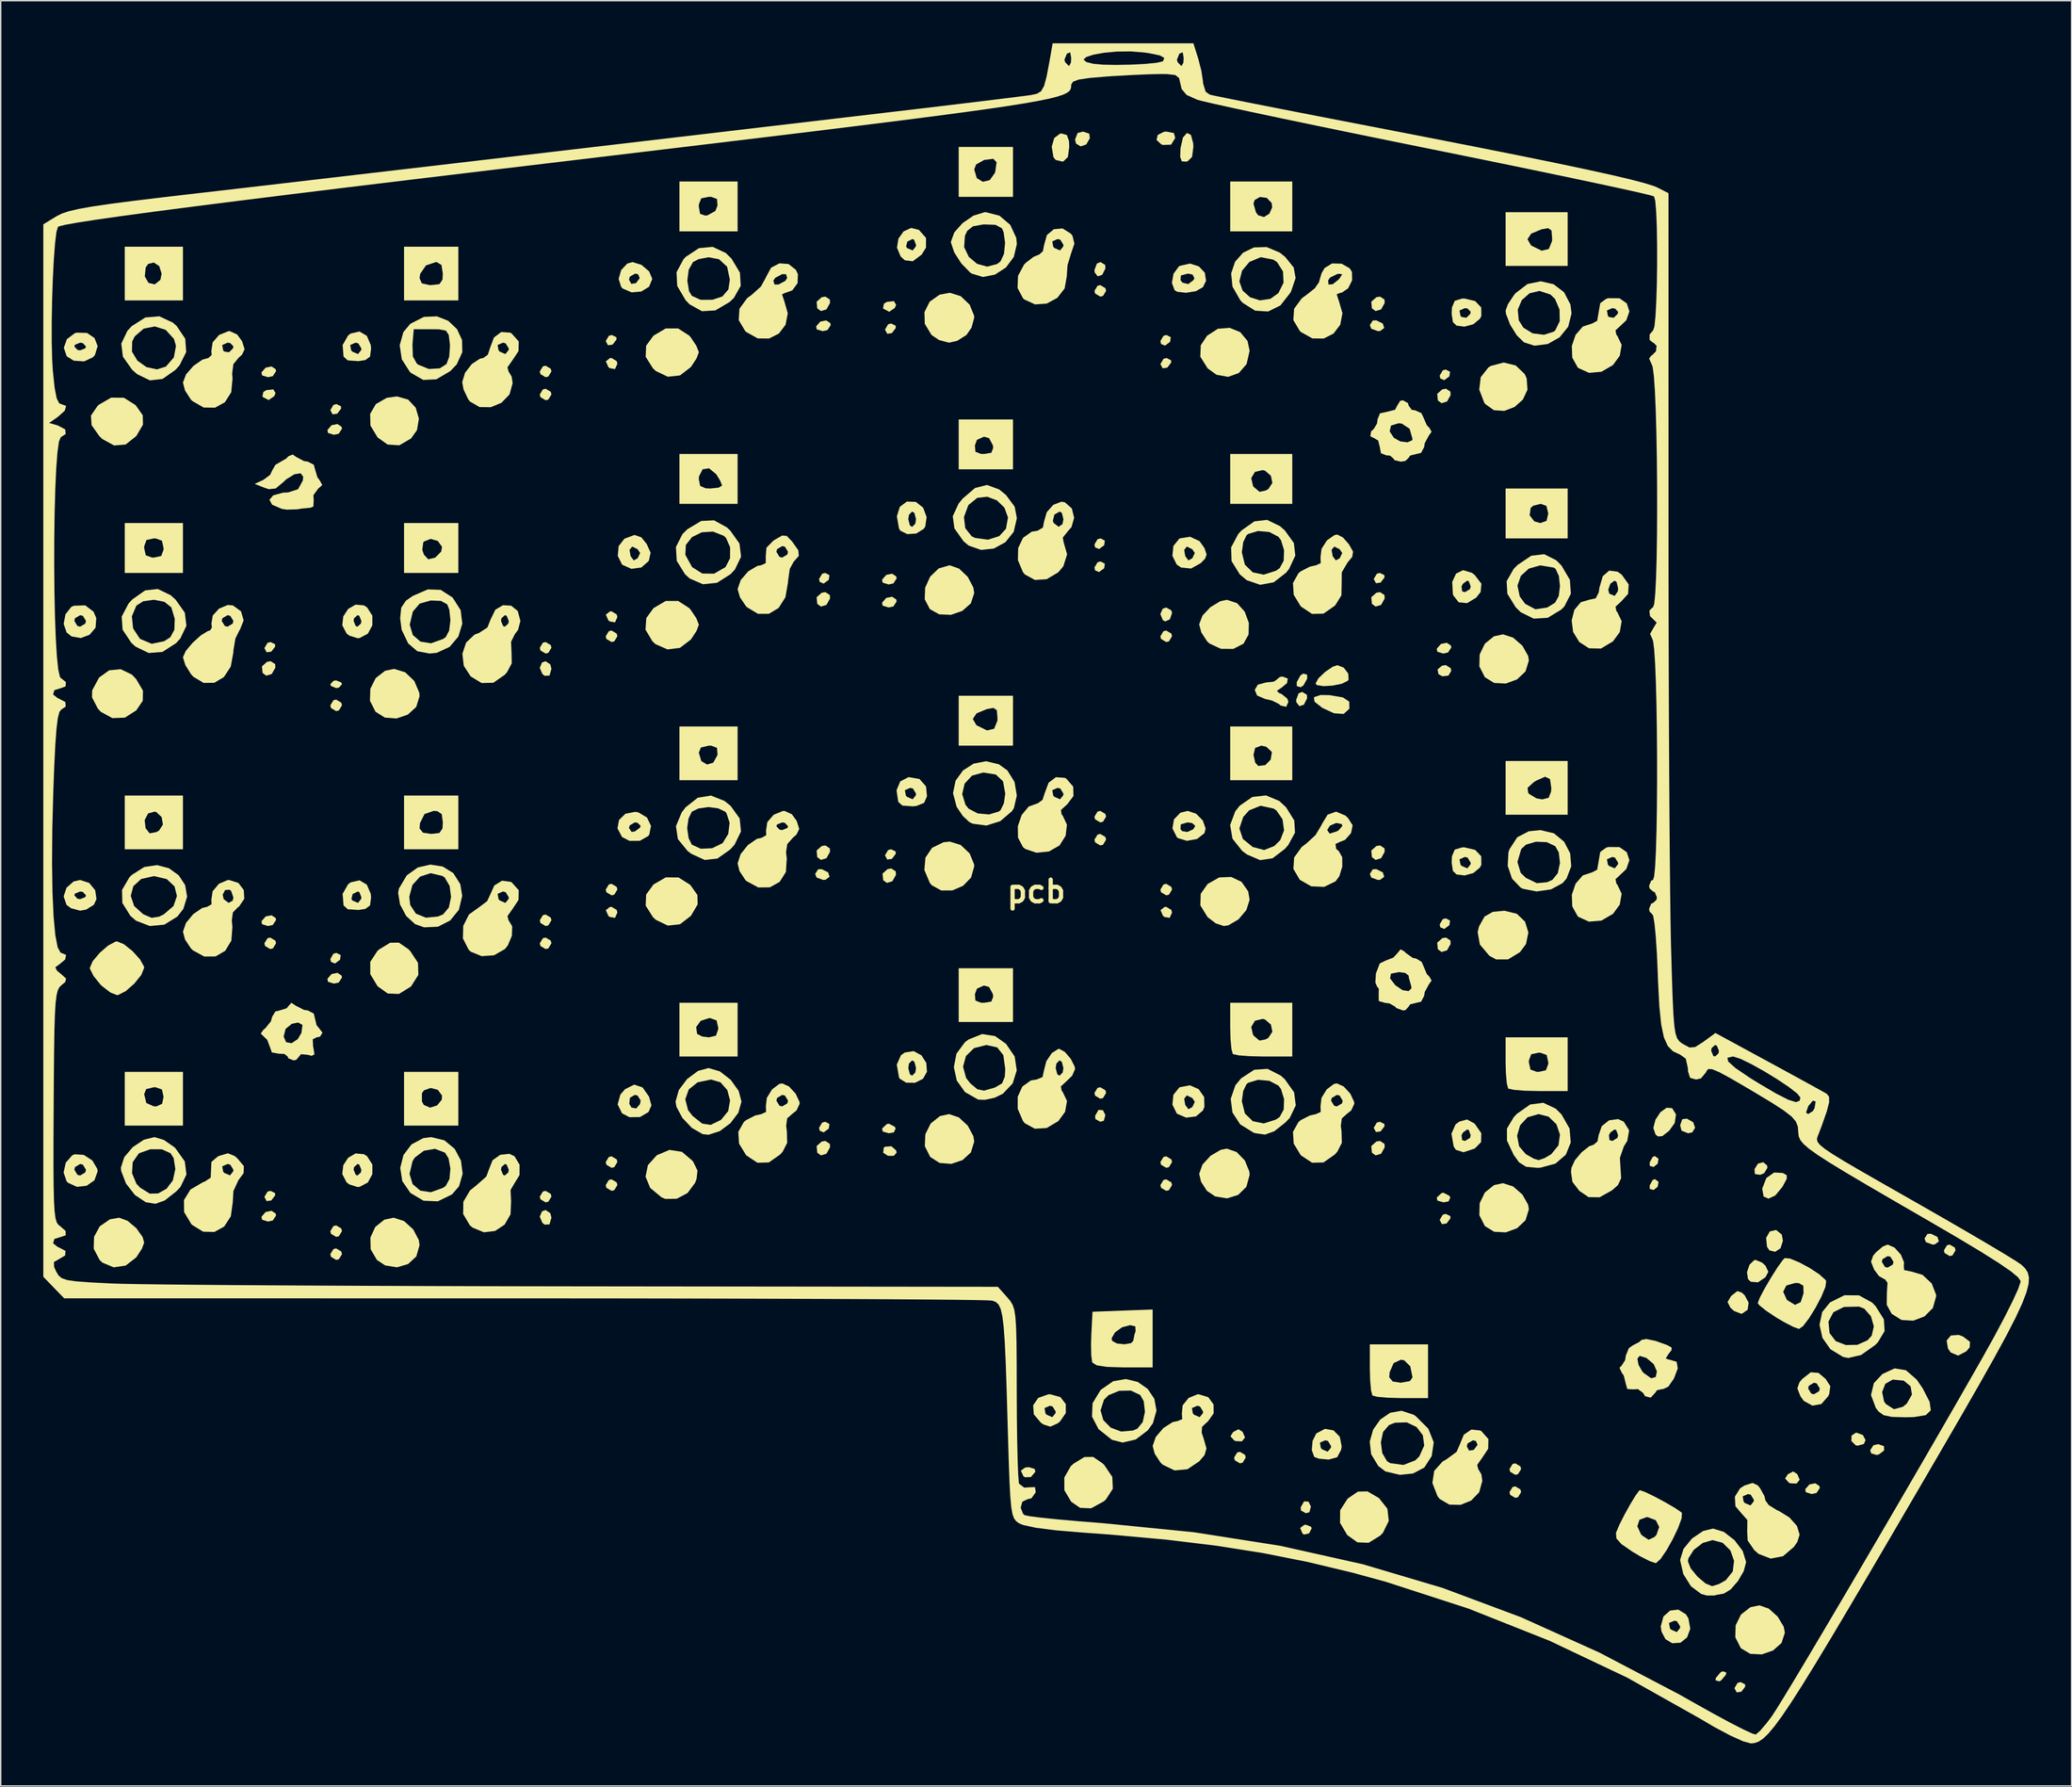
<source format=kicad_pcb>
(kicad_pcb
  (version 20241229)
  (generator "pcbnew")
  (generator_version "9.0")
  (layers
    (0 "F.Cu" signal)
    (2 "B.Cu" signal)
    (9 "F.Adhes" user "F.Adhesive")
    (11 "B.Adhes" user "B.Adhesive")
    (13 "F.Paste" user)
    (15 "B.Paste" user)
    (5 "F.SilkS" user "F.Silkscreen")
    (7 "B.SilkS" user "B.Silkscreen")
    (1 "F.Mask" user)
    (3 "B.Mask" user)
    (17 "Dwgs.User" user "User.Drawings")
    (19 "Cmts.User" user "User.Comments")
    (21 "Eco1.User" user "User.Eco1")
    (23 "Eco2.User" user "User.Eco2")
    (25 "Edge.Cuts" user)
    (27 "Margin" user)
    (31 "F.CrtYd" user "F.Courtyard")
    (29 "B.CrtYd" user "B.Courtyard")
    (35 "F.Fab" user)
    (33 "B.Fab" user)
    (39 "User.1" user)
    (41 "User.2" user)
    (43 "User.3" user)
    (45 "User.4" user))
  (footprint "pcb"
    (layer "F.Cu")
    (at 69.918 59.717)
    (property "Reference" "pcb" (at 0 0 0) (layer "F.SilkS") (effects (font (size 1.524 1.524) (thickness 0.3))))
    (attr board_only exclude_from_pos_files exclude_from_bom)
    (fp_poly (pts (xy -53.6 -17.407) (xy -53.594 -17.243) (xy -53.866 -16.886) (xy -54.193 -16.841) (xy -54.351 -17.136) (xy -54.131 -17.508) (xy -53.918 -17.564)) (stroke (width 0) (type solid)) (fill yes) (layer "F.SilkS"))
    (fp_poly (pts (xy -53.6 21.234) (xy -53.594 21.397) (xy -53.866 21.754) (xy -54.193 21.8) (xy -54.351 21.504) (xy -54.131 21.132) (xy -53.918 21.077)) (stroke (width 0) (type solid)) (fill yes) (layer "F.SilkS"))
    (fp_poly (pts (xy -48.976 4.481) (xy -49.024 4.805) (xy -49.383 5.072) (xy -49.662 4.955) (xy -49.708 4.751) (xy -49.488 4.379) (xy -49.275 4.323)) (stroke (width 0) (type solid)) (fill yes) (layer "F.SilkS"))
    (fp_poly (pts (xy -48.957 -34.16) (xy -48.951 -33.996) (xy -49.223 -33.639) (xy -49.55 -33.594) (xy -49.708 -33.889) (xy -49.488 -34.261) (xy -49.275 -34.317)) (stroke (width 0) (type solid)) (fill yes) (layer "F.SilkS"))
    (fp_poly (pts (xy -29.565 -39.024) (xy -29.559 -38.86) (xy -29.831 -38.503) (xy -30.158 -38.458) (xy -30.316 -38.753) (xy -30.096 -39.125) (xy -29.884 -39.181)) (stroke (width 0) (type solid)) (fill yes) (layer "F.SilkS"))
    (fp_poly (pts (xy -14.563 -22.27) (xy -14.611 -21.946) (xy -14.97 -21.679) (xy -15.249 -21.797) (xy -15.295 -22) (xy -15.075 -22.372) (xy -14.862 -22.428)) (stroke (width 0) (type solid)) (fill yes) (layer "F.SilkS"))
    (fp_poly (pts (xy -14.563 16.37) (xy -14.611 16.694) (xy -14.97 16.961) (xy -15.249 16.844) (xy -15.295 16.641) (xy -15.075 16.268) (xy -14.862 16.213)) (stroke (width 0) (type solid)) (fill yes) (layer "F.SilkS"))
    (fp_poly (pts (xy -9.901 -39.834) (xy -9.895 -39.671) (xy -10.167 -39.314) (xy -10.494 -39.268) (xy -10.652 -39.564) (xy -10.432 -39.936) (xy -10.219 -39.991)) (stroke (width 0) (type solid)) (fill yes) (layer "F.SilkS"))
    (fp_poly (pts (xy -9.901 -2.815) (xy -9.895 -2.651) (xy -10.167 -2.295) (xy -10.494 -2.249) (xy -10.652 -2.545) (xy -10.432 -2.917) (xy -10.219 -2.972)) (stroke (width 0) (type solid)) (fill yes) (layer "F.SilkS"))
    (fp_poly (pts (xy 4.693 15.398) (xy 4.864 15.74) (xy 4.758 16.142) (xy 4.506 16.213) (xy 4.161 16.019) (xy 4.145 15.793) (xy 4.381 15.378)) (stroke (width 0) (type solid)) (fill yes) (layer "F.SilkS"))
    (fp_poly (pts (xy 4.828 -24.702) (xy 4.781 -24.378) (xy 4.421 -24.111) (xy 4.143 -24.228) (xy 4.097 -24.432) (xy 4.317 -24.804) (xy 4.529 -24.86)) (stroke (width 0) (type solid)) (fill yes) (layer "F.SilkS"))
    (fp_poly (pts (xy 4.828 -23.081) (xy 4.781 -22.757) (xy 4.421 -22.49) (xy 4.143 -22.607) (xy 4.097 -22.81) (xy 4.317 -23.183) (xy 4.529 -23.238)) (stroke (width 0) (type solid)) (fill yes) (layer "F.SilkS"))
    (fp_poly (pts (xy 9.471 -39.023) (xy 9.424 -38.699) (xy 9.064 -38.432) (xy 8.786 -38.55) (xy 8.74 -38.753) (xy 8.96 -39.125) (xy 9.172 -39.181)) (stroke (width 0) (type solid)) (fill yes) (layer "F.SilkS"))
    (fp_poly (pts (xy 9.491 -37.402) (xy 9.497 -37.239) (xy 9.225 -36.882) (xy 8.897 -36.836) (xy 8.74 -37.132) (xy 8.96 -37.504) (xy 9.172 -37.56)) (stroke (width 0) (type solid)) (fill yes) (layer "F.SilkS"))
    (fp_poly (pts (xy 19.169 42.959) (xy 19.339 43.302) (xy 19.233 43.703) (xy 18.982 43.774) (xy 18.636 43.581) (xy 18.62 43.355) (xy 18.857 42.94)) (stroke (width 0) (type solid)) (fill yes) (layer "F.SilkS"))
    (fp_poly (pts (xy 24.512 -22.271) (xy 24.518 -22.107) (xy 24.246 -21.75) (xy 23.919 -21.705) (xy 23.761 -22) (xy 23.981 -22.372) (xy 24.194 -22.428)) (stroke (width 0) (type solid)) (fill yes) (layer "F.SilkS"))
    (fp_poly (pts (xy 24.512 16.37) (xy 24.518 16.534) (xy 24.246 16.89) (xy 23.919 16.936) (xy 23.761 16.641) (xy 23.981 16.268) (xy 24.194 16.213)) (stroke (width 0) (type solid)) (fill yes) (layer "F.SilkS"))
    (fp_poly (pts (xy 29.136 -36.591) (xy 29.088 -36.267) (xy 28.729 -36) (xy 28.45 -36.118) (xy 28.404 -36.321) (xy 28.624 -36.693) (xy 28.837 -36.749)) (stroke (width 0) (type solid)) (fill yes) (layer "F.SilkS"))
    (fp_poly (pts (xy 29.136 2.049) (xy 29.088 2.373) (xy 28.729 2.64) (xy 28.45 2.523) (xy 28.404 2.319) (xy 28.624 1.947) (xy 28.837 1.891)) (stroke (width 0) (type solid)) (fill yes) (layer "F.SilkS"))
    (fp_poly (pts (xy 29.155 22.855) (xy 29.161 23.019) (xy 28.889 23.376) (xy 28.562 23.421) (xy 28.404 23.126) (xy 28.624 22.753) (xy 28.837 22.698)) (stroke (width 0) (type solid)) (fill yes) (layer "F.SilkS"))
    (fp_poly (pts (xy 43.816 18.819) (xy 43.757 19.165) (xy 43.468 19.396) (xy 43.196 19.318) (xy 43.195 19.067) (xy 43.41 18.686) (xy 43.562 18.63)) (stroke (width 0) (type solid)) (fill yes) (layer "F.SilkS"))
    (fp_poly (pts (xy 43.816 20.44) (xy 43.757 20.787) (xy 43.468 21.018) (xy 43.196 20.939) (xy 43.195 20.688) (xy 43.41 20.307) (xy 43.562 20.252)) (stroke (width 0) (type solid)) (fill yes) (layer "F.SilkS"))
    (fp_poly (pts (xy 49.912 55.821) (xy 49.918 55.985) (xy 49.646 56.342) (xy 49.319 56.387) (xy 49.161 56.092) (xy 49.381 55.719) (xy 49.594 55.664)) (stroke (width 0) (type solid)) (fill yes) (layer "F.SilkS"))
    (fp_poly (pts (xy -53.592 -16.007) (xy -53.579 -15.762) (xy -53.832 -15.312) (xy -54.22 -15.196) (xy -54.478 -15.388) (xy -54.523 -15.852) (xy -54.164 -16.17) (xy -53.905 -16.213)) (stroke (width 0) (type solid)) (fill yes) (layer "F.SilkS"))
    (fp_poly (pts (xy -53.579 3.459) (xy -53.531 3.648) (xy -53.75 4.006) (xy -53.941 4.053) (xy -54.303 3.837) (xy -54.351 3.648) (xy -54.132 3.29) (xy -53.941 3.243)) (stroke (width 0) (type solid)) (fill yes) (layer "F.SilkS"))
    (fp_poly (pts (xy -53.568 -35.096) (xy -53.657 -34.875) (xy -54.053 -34.599) (xy -54.457 -34.813) (xy -54.488 -34.859) (xy -54.427 -35.167) (xy -54.22 -35.298) (xy -53.724 -35.351)) (stroke (width 0) (type solid)) (fill yes) (layer "F.SilkS"))
    (fp_poly (pts (xy -53.559 -36.774) (xy -53.531 -36.634) (xy -53.761 -36.283) (xy -54.1 -36.209) (xy -54.516 -36.338) (xy -54.556 -36.546) (xy -54.262 -36.883) (xy -53.849 -36.966)) (stroke (width 0) (type solid)) (fill yes) (layer "F.SilkS"))
    (fp_poly (pts (xy -53.559 1.866) (xy -53.531 2.007) (xy -53.761 2.358) (xy -54.1 2.432) (xy -54.516 2.303) (xy -54.556 2.094) (xy -54.262 1.758) (xy -53.849 1.675)) (stroke (width 0) (type solid)) (fill yes) (layer "F.SilkS"))
    (fp_poly (pts (xy -53.559 22.673) (xy -53.531 22.813) (xy -53.761 23.164) (xy -54.1 23.238) (xy -54.516 23.109) (xy -54.556 22.901) (xy -54.262 22.564) (xy -53.849 22.481)) (stroke (width 0) (type solid)) (fill yes) (layer "F.SilkS"))
    (fp_poly (pts (xy -48.936 -13.294) (xy -48.888 -13.105) (xy -49.107 -12.747) (xy -49.298 -12.7) (xy -49.66 -12.916) (xy -49.708 -13.105) (xy -49.489 -13.464) (xy -49.298 -13.511)) (stroke (width 0) (type solid)) (fill yes) (layer "F.SilkS"))
    (fp_poly (pts (xy -48.936 23.725) (xy -48.888 23.914) (xy -49.107 24.272) (xy -49.298 24.319) (xy -49.66 24.103) (xy -49.708 23.914) (xy -49.489 23.556) (xy -49.298 23.509)) (stroke (width 0) (type solid)) (fill yes) (layer "F.SilkS"))
    (fp_poly (pts (xy -48.936 25.346) (xy -48.888 25.535) (xy -49.107 25.893) (xy -49.298 25.94) (xy -49.66 25.724) (xy -49.708 25.535) (xy -49.489 25.177) (xy -49.298 25.13)) (stroke (width 0) (type solid)) (fill yes) (layer "F.SilkS"))
    (fp_poly (pts (xy -48.934 -14.716) (xy -48.888 -14.591) (xy -49.109 -14.352) (xy -49.298 -14.321) (xy -49.661 -14.467) (xy -49.708 -14.591) (xy -49.486 -14.831) (xy -49.298 -14.862)) (stroke (width 0) (type solid)) (fill yes) (layer "F.SilkS"))
    (fp_poly (pts (xy -48.916 -32.721) (xy -48.888 -32.58) (xy -49.118 -32.23) (xy -49.457 -32.155) (xy -49.873 -32.284) (xy -49.912 -32.493) (xy -49.619 -32.83) (xy -49.206 -32.912)) (stroke (width 0) (type solid)) (fill yes) (layer "F.SilkS"))
    (fp_poly (pts (xy -48.916 5.92) (xy -48.888 6.06) (xy -49.118 6.411) (xy -49.457 6.485) (xy -49.873 6.356) (xy -49.912 6.147) (xy -49.619 5.811) (xy -49.206 5.728)) (stroke (width 0) (type solid)) (fill yes) (layer "F.SilkS"))
    (fp_poly (pts (xy -34.216 -15.987) (xy -34.14 -15.672) (xy -34.276 -15.202) (xy -34.617 -15.186) (xy -34.777 -15.312) (xy -34.961 -15.745) (xy -34.803 -16.122) (xy -34.549 -16.213)) (stroke (width 0) (type solid)) (fill yes) (layer "F.SilkS"))
    (fp_poly (pts (xy -34.216 22.653) (xy -34.14 22.968) (xy -34.276 23.439) (xy -34.617 23.454) (xy -34.777 23.328) (xy -34.961 22.896) (xy -34.803 22.518) (xy -34.549 22.428)) (stroke (width 0) (type solid)) (fill yes) (layer "F.SilkS"))
    (fp_poly (pts (xy -34.187 -36.803) (xy -34.14 -36.614) (xy -34.358 -36.256) (xy -34.549 -36.209) (xy -34.912 -36.425) (xy -34.959 -36.614) (xy -34.741 -36.972) (xy -34.549 -37.019)) (stroke (width 0) (type solid)) (fill yes) (layer "F.SilkS"))
    (fp_poly (pts (xy -34.187 -35.182) (xy -34.14 -34.993) (xy -34.358 -34.634) (xy -34.549 -34.587) (xy -34.912 -34.804) (xy -34.959 -34.993) (xy -34.741 -35.351) (xy -34.549 -35.398)) (stroke (width 0) (type solid)) (fill yes) (layer "F.SilkS"))
    (fp_poly (pts (xy -34.187 -17.348) (xy -34.14 -17.159) (xy -34.358 -16.8) (xy -34.549 -16.753) (xy -34.912 -16.969) (xy -34.959 -17.159) (xy -34.741 -17.517) (xy -34.549 -17.564)) (stroke (width 0) (type solid)) (fill yes) (layer "F.SilkS"))
    (fp_poly (pts (xy -34.187 1.838) (xy -34.14 2.027) (xy -34.358 2.385) (xy -34.549 2.432) (xy -34.912 2.216) (xy -34.959 2.027) (xy -34.741 1.668) (xy -34.549 1.621)) (stroke (width 0) (type solid)) (fill yes) (layer "F.SilkS"))
    (fp_poly (pts (xy -34.187 3.459) (xy -34.14 3.648) (xy -34.358 4.006) (xy -34.549 4.053) (xy -34.912 3.837) (xy -34.959 3.648) (xy -34.741 3.29) (xy -34.549 3.243)) (stroke (width 0) (type solid)) (fill yes) (layer "F.SilkS"))
    (fp_poly (pts (xy -34.187 21.293) (xy -34.14 21.482) (xy -34.358 21.84) (xy -34.549 21.887) (xy -34.912 21.671) (xy -34.959 21.482) (xy -34.741 21.124) (xy -34.549 21.077)) (stroke (width 0) (type solid)) (fill yes) (layer "F.SilkS"))
    (fp_poly (pts (xy -29.544 -37.343) (xy -29.497 -37.154) (xy -29.663 -36.782) (xy -30.041 -36.849) (xy -30.134 -36.929) (xy -30.308 -37.325) (xy -30.024 -37.551) (xy -29.906 -37.56)) (stroke (width 0) (type solid)) (fill yes) (layer "F.SilkS"))
    (fp_poly (pts (xy -29.544 -19.509) (xy -29.497 -19.32) (xy -29.663 -18.948) (xy -30.041 -19.015) (xy -30.134 -19.095) (xy -30.308 -19.491) (xy -30.024 -19.716) (xy -29.906 -19.726)) (stroke (width 0) (type solid)) (fill yes) (layer "F.SilkS"))
    (fp_poly (pts (xy -29.544 -18.158) (xy -29.497 -17.969) (xy -29.715 -17.611) (xy -29.906 -17.564) (xy -30.269 -17.78) (xy -30.316 -17.969) (xy -30.098 -18.327) (xy -29.906 -18.374)) (stroke (width 0) (type solid)) (fill yes) (layer "F.SilkS"))
    (fp_poly (pts (xy -29.544 -0.324) (xy -29.497 -0.135) (xy -29.715 0.223) (xy -29.906 0.27) (xy -30.269 0.054) (xy -30.316 -0.135) (xy -30.098 -0.493) (xy -29.906 -0.54)) (stroke (width 0) (type solid)) (fill yes) (layer "F.SilkS"))
    (fp_poly (pts (xy -29.544 1.297) (xy -29.497 1.486) (xy -29.663 1.858) (xy -30.041 1.791) (xy -30.134 1.711) (xy -30.308 1.316) (xy -30.024 1.09) (xy -29.906 1.081)) (stroke (width 0) (type solid)) (fill yes) (layer "F.SilkS"))
    (fp_poly (pts (xy -29.544 18.861) (xy -29.497 19.05) (xy -29.715 19.408) (xy -29.906 19.455) (xy -30.269 19.239) (xy -30.316 19.05) (xy -30.098 18.692) (xy -29.906 18.645)) (stroke (width 0) (type solid)) (fill yes) (layer "F.SilkS"))
    (fp_poly (pts (xy -29.544 20.482) (xy -29.497 20.671) (xy -29.715 21.03) (xy -29.906 21.077) (xy -30.269 20.86) (xy -30.316 20.671) (xy -30.098 20.313) (xy -29.906 20.266)) (stroke (width 0) (type solid)) (fill yes) (layer "F.SilkS"))
    (fp_poly (pts (xy -14.657 -1.348) (xy -14.555 -1.036) (xy -14.835 -0.826) (xy -14.999 -0.811) (xy -15.468 -0.982) (xy -15.568 -1.236) (xy -15.363 -1.56) (xy -15.112 -1.574)) (stroke (width 0) (type solid)) (fill yes) (layer "F.SilkS"))
    (fp_poly (pts (xy -14.536 -41.677) (xy -14.524 -41.432) (xy -14.776 -40.982) (xy -15.164 -40.866) (xy -15.422 -41.058) (xy -15.467 -41.522) (xy -15.109 -41.841) (xy -14.849 -41.883)) (stroke (width 0) (type solid)) (fill yes) (layer "F.SilkS"))
    (fp_poly (pts (xy -14.536 -20.87) (xy -14.524 -20.626) (xy -14.776 -20.176) (xy -15.164 -20.06) (xy -15.422 -20.252) (xy -15.467 -20.716) (xy -15.109 -21.034) (xy -14.849 -21.077)) (stroke (width 0) (type solid)) (fill yes) (layer "F.SilkS"))
    (fp_poly (pts (xy -14.536 -3.036) (xy -14.524 -2.792) (xy -14.776 -2.342) (xy -15.164 -2.226) (xy -15.422 -2.418) (xy -15.467 -2.882) (xy -15.109 -3.2) (xy -14.849 -3.243)) (stroke (width 0) (type solid)) (fill yes) (layer "F.SilkS"))
    (fp_poly (pts (xy -14.536 17.77) (xy -14.524 18.014) (xy -14.776 18.465) (xy -15.164 18.581) (xy -15.422 18.389) (xy -15.467 17.925) (xy -15.109 17.606) (xy -14.849 17.564)) (stroke (width 0) (type solid)) (fill yes) (layer "F.SilkS"))
    (fp_poly (pts (xy -14.503 -40.017) (xy -14.475 -39.876) (xy -14.705 -39.525) (xy -15.044 -39.451) (xy -15.461 -39.58) (xy -15.5 -39.789) (xy -15.206 -40.125) (xy -14.793 -40.208)) (stroke (width 0) (type solid)) (fill yes) (layer "F.SilkS"))
    (fp_poly (pts (xy -9.968 16.561) (xy -9.901 16.686) (xy -10.027 16.957) (xy -10.378 17.023) (xy -10.812 16.899) (xy -10.856 16.686) (xy -10.521 16.372) (xy -10.378 16.348)) (stroke (width 0) (type solid)) (fill yes) (layer "F.SilkS"))
    (fp_poly (pts (xy -9.893 -1.415) (xy -9.881 -1.171) (xy -10.133 -0.72) (xy -10.521 -0.605) (xy -10.779 -0.796) (xy -10.824 -1.26) (xy -10.466 -1.579) (xy -10.206 -1.621)) (stroke (width 0) (type solid)) (fill yes) (layer "F.SilkS"))
    (fp_poly (pts (xy -9.869 -41.311) (xy -9.958 -41.09) (xy -10.355 -40.814) (xy -10.758 -41.028) (xy -10.789 -41.074) (xy -10.728 -41.382) (xy -10.521 -41.513) (xy -10.026 -41.566)) (stroke (width 0) (type solid)) (fill yes) (layer "F.SilkS"))
    (fp_poly (pts (xy -9.866 18.23) (xy -9.832 18.39) (xy -10.034 18.611) (xy -10.446 18.61) (xy -10.777 18.393) (xy -10.742 18.046) (xy -10.656 17.972) (xy -10.202 17.936)) (stroke (width 0) (type solid)) (fill yes) (layer "F.SilkS"))
    (fp_poly (pts (xy -9.86 -22.183) (xy -9.832 -22.042) (xy -10.062 -21.691) (xy -10.401 -21.617) (xy -10.818 -21.746) (xy -10.857 -21.955) (xy -10.563 -22.291) (xy -10.15 -22.374)) (stroke (width 0) (type solid)) (fill yes) (layer "F.SilkS"))
    (fp_poly (pts (xy -9.86 -20.561) (xy -9.832 -20.421) (xy -10.062 -20.07) (xy -10.401 -19.996) (xy -10.818 -20.125) (xy -10.857 -20.334) (xy -10.563 -20.67) (xy -10.15 -20.753)) (stroke (width 0) (type solid)) (fill yes) (layer "F.SilkS"))
    (fp_poly (pts (xy -0.113 40.656) (xy -0.063 40.853) (xy -0.38 41.227) (xy -0.805 41.241) (xy -0.905 41.168) (xy -1.086 40.781) (xy -0.78 40.556) (xy -0.523 40.532)) (stroke (width 0) (type solid)) (fill yes) (layer "F.SilkS"))
    (fp_poly (pts (xy 3.733 -53.357) (xy 3.772 -53.032) (xy 3.518 -52.595) (xy 3.125 -52.462) (xy 2.802 -52.653) (xy 2.731 -52.942) (xy 2.911 -53.404) (xy 3.297 -53.502)) (stroke (width 0) (type solid)) (fill yes) (layer "F.SilkS"))
    (fp_poly (pts (xy 4.855 -44.112) (xy 4.868 -43.864) (xy 4.64 -43.414) (xy 4.324 -43.313) (xy 4.112 -43.59) (xy 4.097 -43.752) (xy 4.27 -44.216) (xy 4.526 -44.315)) (stroke (width 0) (type solid)) (fill yes) (layer "F.SilkS"))
    (fp_poly (pts (xy 4.869 -42.477) (xy 4.916 -42.288) (xy 4.698 -41.93) (xy 4.506 -41.883) (xy 4.144 -42.099) (xy 4.097 -42.288) (xy 4.315 -42.647) (xy 4.506 -42.694)) (stroke (width 0) (type solid)) (fill yes) (layer "F.SilkS"))
    (fp_poly (pts (xy 4.869 -5.458) (xy 4.916 -5.269) (xy 4.698 -4.911) (xy 4.506 -4.864) (xy 4.144 -5.08) (xy 4.097 -5.269) (xy 4.315 -5.627) (xy 4.506 -5.674)) (stroke (width 0) (type solid)) (fill yes) (layer "F.SilkS"))
    (fp_poly (pts (xy 4.869 -3.837) (xy 4.916 -3.648) (xy 4.698 -3.29) (xy 4.506 -3.243) (xy 4.144 -3.459) (xy 4.097 -3.648) (xy 4.315 -4.006) (xy 4.506 -4.053)) (stroke (width 0) (type solid)) (fill yes) (layer "F.SilkS"))
    (fp_poly (pts (xy 4.869 13.997) (xy 4.916 14.186) (xy 4.698 14.544) (xy 4.506 14.591) (xy 4.144 14.375) (xy 4.097 14.186) (xy 4.315 13.828) (xy 4.506 13.781)) (stroke (width 0) (type solid)) (fill yes) (layer "F.SilkS"))
    (fp_poly (pts (xy 9.512 -18.158) (xy 9.559 -17.969) (xy 9.341 -17.611) (xy 9.149 -17.564) (xy 8.787 -17.78) (xy 8.74 -17.969) (xy 8.958 -18.327) (xy 9.149 -18.374)) (stroke (width 0) (type solid)) (fill yes) (layer "F.SilkS"))
    (fp_poly (pts (xy 9.512 -0.324) (xy 9.559 -0.135) (xy 9.341 0.223) (xy 9.149 0.27) (xy 8.787 0.054) (xy 8.74 -0.135) (xy 8.958 -0.493) (xy 9.149 -0.54)) (stroke (width 0) (type solid)) (fill yes) (layer "F.SilkS"))
    (fp_poly (pts (xy 9.512 1.297) (xy 9.559 1.486) (xy 9.393 1.858) (xy 9.015 1.791) (xy 8.922 1.711) (xy 8.748 1.316) (xy 9.032 1.09) (xy 9.149 1.081)) (stroke (width 0) (type solid)) (fill yes) (layer "F.SilkS"))
    (fp_poly (pts (xy 9.512 18.861) (xy 9.559 19.05) (xy 9.341 19.408) (xy 9.149 19.455) (xy 8.787 19.239) (xy 8.74 19.05) (xy 8.958 18.692) (xy 9.149 18.645)) (stroke (width 0) (type solid)) (fill yes) (layer "F.SilkS"))
    (fp_poly (pts (xy 9.512 20.482) (xy 9.559 20.671) (xy 9.341 21.03) (xy 9.149 21.077) (xy 8.787 20.86) (xy 8.74 20.671) (xy 8.958 20.313) (xy 9.149 20.266)) (stroke (width 0) (type solid)) (fill yes) (layer "F.SilkS"))
    (fp_poly (pts (xy 9.512 -19.788) (xy 9.559 -19.606) (xy 9.408 -19.164) (xy 9.085 -19.014) (xy 8.914 -19.102) (xy 8.737 -19.532) (xy 8.9 -19.907) (xy 9.149 -19.996)) (stroke (width 0) (type solid)) (fill yes) (layer "F.SilkS"))
    (fp_poly (pts (xy 14.53 38.046) (xy 14.697 38.444) (xy 14.48 38.714) (xy 14.038 38.697) (xy 13.929 38.64) (xy 13.673 38.358) (xy 13.863 38.057) (xy 14.239 37.862)) (stroke (width 0) (type solid)) (fill yes) (layer "F.SilkS"))
    (fp_poly (pts (xy 14.701 39.667) (xy 14.748 39.856) (xy 14.53 40.215) (xy 14.339 40.262) (xy 13.977 40.045) (xy 13.929 39.856) (xy 14.148 39.498) (xy 14.339 39.451)) (stroke (width 0) (type solid)) (fill yes) (layer "F.SilkS"))
    (fp_poly (pts (xy 19.057 -13.848) (xy 19.07 -13.601) (xy 18.842 -13.15) (xy 18.526 -13.05) (xy 18.314 -13.326) (xy 18.299 -13.488) (xy 18.472 -13.953) (xy 18.729 -14.051)) (stroke (width 0) (type solid)) (fill yes) (layer "F.SilkS"))
    (fp_poly (pts (xy 19.074 -15.263) (xy 19.076 -14.983) (xy 18.814 -14.509) (xy 18.614 -14.38) (xy 18.343 -14.46) (xy 18.341 -14.741) (xy 18.603 -15.215) (xy 18.803 -15.343)) (stroke (width 0) (type solid)) (fill yes) (layer "F.SilkS"))
    (fp_poly (pts (xy 19.345 44.723) (xy 19.391 44.839) (xy 19.211 45.192) (xy 18.86 45.277) (xy 18.747 45.208) (xy 18.581 44.816) (xy 18.873 44.593) (xy 18.982 44.585)) (stroke (width 0) (type solid)) (fill yes) (layer "F.SilkS"))
    (fp_poly (pts (xy 24.399 -39.988) (xy 24.5 -39.676) (xy 24.221 -39.466) (xy 24.057 -39.451) (xy 23.588 -39.623) (xy 23.488 -39.876) (xy 23.693 -40.201) (xy 23.943 -40.214)) (stroke (width 0) (type solid)) (fill yes) (layer "F.SilkS"))
    (fp_poly (pts (xy 24.399 -1.348) (xy 24.5 -1.036) (xy 24.221 -0.826) (xy 24.057 -0.811) (xy 23.588 -0.982) (xy 23.488 -1.236) (xy 23.693 -1.56) (xy 23.943 -1.574)) (stroke (width 0) (type solid)) (fill yes) (layer "F.SilkS"))
    (fp_poly (pts (xy 24.52 -41.677) (xy 24.532 -41.432) (xy 24.28 -40.982) (xy 23.892 -40.866) (xy 23.634 -41.058) (xy 23.589 -41.522) (xy 23.947 -41.841) (xy 24.207 -41.883)) (stroke (width 0) (type solid)) (fill yes) (layer "F.SilkS"))
    (fp_poly (pts (xy 24.52 -20.87) (xy 24.532 -20.626) (xy 24.28 -20.176) (xy 23.892 -20.06) (xy 23.634 -20.252) (xy 23.589 -20.716) (xy 23.947 -21.034) (xy 24.207 -21.077)) (stroke (width 0) (type solid)) (fill yes) (layer "F.SilkS"))
    (fp_poly (pts (xy 24.52 -3.036) (xy 24.532 -2.792) (xy 24.28 -2.342) (xy 23.892 -2.226) (xy 23.634 -2.418) (xy 23.589 -2.882) (xy 23.947 -3.2) (xy 24.207 -3.243)) (stroke (width 0) (type solid)) (fill yes) (layer "F.SilkS"))
    (fp_poly (pts (xy 24.52 17.77) (xy 24.532 18.014) (xy 24.28 18.465) (xy 23.892 18.581) (xy 23.634 18.389) (xy 23.589 17.925) (xy 23.947 17.606) (xy 24.207 17.564)) (stroke (width 0) (type solid)) (fill yes) (layer "F.SilkS"))
    (fp_poly (pts (xy 29.088 21.425) (xy 29.155 21.549) (xy 29.029 21.821) (xy 28.677 21.887) (xy 28.244 21.763) (xy 28.199 21.549) (xy 28.535 21.236) (xy 28.677 21.212)) (stroke (width 0) (type solid)) (fill yes) (layer "F.SilkS"))
    (fp_poly (pts (xy 29.163 -35.192) (xy 29.175 -34.947) (xy 28.923 -34.497) (xy 28.535 -34.381) (xy 28.277 -34.573) (xy 28.232 -35.037) (xy 28.59 -35.355) (xy 28.85 -35.398)) (stroke (width 0) (type solid)) (fill yes) (layer "F.SilkS"))
    (fp_poly (pts (xy 29.163 3.449) (xy 29.175 3.693) (xy 28.923 4.143) (xy 28.535 4.259) (xy 28.277 4.067) (xy 28.232 3.604) (xy 28.59 3.285) (xy 28.85 3.243)) (stroke (width 0) (type solid)) (fill yes) (layer "F.SilkS"))
    (fp_poly (pts (xy 29.178 -15.726) (xy 29.224 -15.537) (xy 29.02 -15.197) (xy 28.589 -15.15) (xy 28.321 -15.305) (xy 28.257 -15.635) (xy 28.57 -15.898) (xy 28.83 -15.943)) (stroke (width 0) (type solid)) (fill yes) (layer "F.SilkS"))
    (fp_poly (pts (xy 29.196 -17.319) (xy 29.224 -17.178) (xy 28.994 -16.828) (xy 28.655 -16.753) (xy 28.238 -16.882) (xy 28.199 -17.091) (xy 28.493 -17.427) (xy 28.906 -17.51)) (stroke (width 0) (type solid)) (fill yes) (layer "F.SilkS"))
    (fp_poly (pts (xy 34.092 40.478) (xy 34.14 40.667) (xy 33.921 41.025) (xy 33.73 41.072) (xy 33.368 40.856) (xy 33.32 40.667) (xy 33.539 40.309) (xy 33.73 40.262)) (stroke (width 0) (type solid)) (fill yes) (layer "F.SilkS"))
    (fp_poly (pts (xy 34.092 42.099) (xy 34.14 42.288) (xy 33.921 42.647) (xy 33.73 42.694) (xy 33.368 42.477) (xy 33.32 42.288) (xy 33.539 41.93) (xy 33.73 41.883)) (stroke (width 0) (type solid)) (fill yes) (layer "F.SilkS"))
    (fp_poly (pts (xy 46.255 16.245) (xy 46.389 16.634) (xy 46.196 16.953) (xy 45.904 17.023) (xy 45.437 16.845) (xy 45.338 16.463) (xy 45.485 16.033) (xy 45.812 15.993)) (stroke (width 0) (type solid)) (fill yes) (layer "F.SilkS"))
    (fp_poly (pts (xy 48.579 54.978) (xy 48.564 55.14) (xy 48.218 55.55) (xy 48.086 55.613) (xy 47.832 55.539) (xy 47.847 55.377) (xy 48.193 54.967) (xy 48.325 54.904)) (stroke (width 0) (type solid)) (fill yes) (layer "F.SilkS"))
    (fp_poly (pts (xy 51.455 19.282) (xy 51.483 19.452) (xy 51.255 19.831) (xy 50.98 19.949) (xy 50.599 19.893) (xy 50.574 19.547) (xy 50.817 19.16) (xy 51.187 19.063)) (stroke (width 0) (type solid)) (fill yes) (layer "F.SilkS"))
    (fp_poly (pts (xy 53.586 41.018) (xy 53.753 41.416) (xy 53.536 41.686) (xy 53.094 41.669) (xy 52.985 41.613) (xy 52.729 41.33) (xy 52.919 41.03) (xy 53.295 40.834)) (stroke (width 0) (type solid)) (fill yes) (layer "F.SilkS"))
    (fp_poly (pts (xy 55.142 41.858) (xy 55.17 41.998) (xy 54.94 42.349) (xy 54.601 42.423) (xy 54.185 42.294) (xy 54.146 42.086) (xy 54.439 41.749) (xy 54.852 41.666)) (stroke (width 0) (type solid)) (fill yes) (layer "F.SilkS"))
    (fp_poly (pts (xy 59.69 39.053) (xy 59.7 39.354) (xy 59.348 39.626) (xy 59.176 39.674) (xy 58.786 39.557) (xy 58.72 39.336) (xy 58.95 38.985) (xy 59.289 38.911)) (stroke (width 0) (type solid)) (fill yes) (layer "F.SilkS"))
    (fp_poly (pts (xy 63.455 24.322) (xy 63.556 24.635) (xy 63.276 24.845) (xy 63.113 24.86) (xy 62.644 24.688) (xy 62.544 24.434) (xy 62.749 24.11) (xy 62.999 24.097)) (stroke (width 0) (type solid)) (fill yes) (layer "F.SilkS"))
    (fp_poly (pts (xy 64.681 25.076) (xy 64.729 25.265) (xy 64.51 25.623) (xy 64.319 25.67) (xy 63.957 25.454) (xy 63.91 25.265) (xy 64.128 24.907) (xy 64.319 24.86)) (stroke (width 0) (type solid)) (fill yes) (layer "F.SilkS"))
    (fp_poly (pts (xy 9.692 -53.399) (xy 9.784 -53.052) (xy 9.492 -52.581) (xy 8.918 -52.562) (xy 8.808 -52.601) (xy 8.468 -52.912) (xy 8.554 -53.267) (xy 8.993 -53.489) (xy 9.169 -53.502)) (stroke (width 0) (type solid)) (fill yes) (layer "F.SilkS"))
    (fp_poly (pts (xy 52.492 24.152) (xy 52.575 24.589) (xy 52.406 25.118) (xy 52.026 25.368) (xy 51.624 25.268) (xy 51.453 25.015) (xy 51.392 24.386) (xy 51.652 23.934) (xy 52.096 23.83)) (stroke (width 0) (type solid)) (fill yes) (layer "F.SilkS"))
    (fp_poly (pts (xy 58.203 38.268) (xy 58.393 38.629) (xy 58.273 38.9) (xy 57.832 39.019) (xy 57.696 38.989) (xy 57.395 38.69) (xy 57.409 38.305) (xy 57.723 38.101) (xy 57.748 38.1)) (stroke (width 0) (type solid)) (fill yes) (layer "F.SilkS"))
    (fp_poly (pts (xy 65.258 31.335) (xy 65.747 31.706) (xy 65.725 32.095) (xy 65.494 32.371) (xy 64.914 32.678) (xy 64.394 32.458) (xy 64.198 32.184) (xy 64.101 31.617) (xy 64.401 31.259) (xy 64.961 31.22)) (stroke (width 0) (type solid)) (fill yes) (layer "F.SilkS"))
    (fp_poly (pts (xy 10.888 -53.272) (xy 11.051 -52.679) (xy 11.061 -52.425) (xy 10.972 -51.722) (xy 10.666 -51.415) (xy 10.565 -51.388) (xy 10.248 -51.407) (xy 10.133 -51.715) (xy 10.156 -52.331) (xy 10.328 -53.086) (xy 10.609 -53.404)) (stroke (width 0) (type solid)) (fill yes) (layer "F.SilkS"))
    (fp_poly (pts (xy 20.646 -13.825) (xy 21.586 -13.665) (xy 22.037 -13.368) (xy 22.048 -12.9) (xy 22.031 -12.853) (xy 21.645 -12.501) (xy 20.957 -12.55) (xy 20.143 -12.927) (xy 19.589 -13.366) (xy 19.553 -13.681) (xy 20.017 -13.834)) (stroke (width 0) (type solid)) (fill yes) (layer "F.SilkS"))
    (fp_poly (pts (xy 44.774 15.256) (xy 45.045 15.693) (xy 44.954 16.303) (xy 44.565 16.846) (xy 44.083 17.222) (xy 43.781 17.248) (xy 43.608 17.113) (xy 43.449 16.654) (xy 43.597 16.074) (xy 43.945 15.542) (xy 44.389 15.224)) (stroke (width 0) (type solid)) (fill yes) (layer "F.SilkS"))
    (fp_poly (pts (xy 51.11 26.13) (xy 51.346 26.346) (xy 51.549 26.778) (xy 51.346 27.156) (xy 50.82 27.518) (xy 50.309 27.477) (xy 50.116 27.289) (xy 50.043 26.804) (xy 50.225 26.272) (xy 50.558 25.955) (xy 50.648 25.94)) (stroke (width 0) (type solid)) (fill yes) (layer "F.SilkS"))
    (fp_poly (pts (xy 2.152 -53.261) (xy 2.304 -52.846) (xy 2.322 -52.425) (xy 2.228 -51.715) (xy 1.916 -51.41) (xy 1.843 -51.392) (xy 1.362 -51.506) (xy 1.207 -51.706) (xy 1.089 -52.44) (xy 1.265 -53.05) (xy 1.675 -53.358) (xy 1.775 -53.367)) (stroke (width 0) (type solid)) (fill yes) (layer "F.SilkS"))
    (fp_poly (pts (xy 49.682 28.243) (xy 49.881 28.429) (xy 50.16 28.95) (xy 50.089 29.449) (xy 49.71 29.716) (xy 49.613 29.723) (xy 49.13 29.532) (xy 48.877 29.305) (xy 48.677 28.907) (xy 48.906 28.511) (xy 48.98 28.436) (xy 49.365 28.134)) (stroke (width 0) (type solid)) (fill yes) (layer "F.SilkS"))
    (fp_poly (pts (xy 52.555 19.816) (xy 52.841 19.974) (xy 52.84 20.239) (xy 52.547 20.781) (xy 52.533 20.804) (xy 52.038 21.4) (xy 51.559 21.627) (xy 51.214 21.477) (xy 51.119 20.943) (xy 51.123 20.901) (xy 51.406 20.175) (xy 51.952 19.787)) (stroke (width 0) (type solid)) (fill yes) (layer "F.SilkS"))
    (fp_poly (pts (xy -44.229 -34.633) (xy -43.696 -34.06) (xy -43.471 -33.293) (xy -43.606 -32.484) (xy -44.024 -31.896) (xy -44.852 -31.414) (xy -45.679 -31.469) (xy -46.382 -31.97) (xy -46.884 -32.804) (xy -46.905 -33.625) (xy -46.503 -34.316) (xy -45.732 -34.759) (xy -45.019 -34.857)) (stroke (width 0) (type solid)) (fill yes) (layer "F.SilkS"))
    (fp_poly (pts (xy 14.359 -39.383) (xy 14.875 -38.762) (xy 15.022 -38.071) (xy 14.81 -37.134) (xy 14.262 -36.503) (xy 13.51 -36.234) (xy 12.686 -36.382) (xy 12.065 -36.834) (xy 11.551 -37.652) (xy 11.583 -38.458) (xy 12.028 -39.13) (xy 12.787 -39.619) (xy 13.614 -39.686)) (stroke (width 0) (type solid)) (fill yes) (layer "F.SilkS"))
    (fp_poly (pts (xy 21.652 -15.757) (xy 21.965 -15.347) (xy 21.994 -14.924) (xy 21.93 -14.833) (xy 21.511 -14.626) (xy 20.873 -14.496) (xy 20.222 -14.458) (xy 19.763 -14.531) (xy 19.665 -14.643) (xy 19.869 -15.011) (xy 20.345 -15.464) (xy 20.883 -15.827) (xy 21.202 -15.934)) (stroke (width 0) (type solid)) (fill yes) (layer "F.SilkS"))
    (fp_poly (pts (xy -63.684 -15.272) (xy -63.383 -14.96) (xy -62.902 -14.14) (xy -62.915 -13.429) (xy -63.374 -12.751) (xy -64.177 -12.238) (xy -65.06 -12.208) (xy -65.872 -12.652) (xy -66.08 -12.878) (xy -66.489 -13.668) (xy -66.477 -14.161) (xy -65.99 -15.064) (xy -65.281 -15.571) (xy -64.471 -15.651)) (stroke (width 0) (type solid)) (fill yes) (layer "F.SilkS"))
    (fp_poly (pts (xy -44.518 23.204) (xy -43.87 23.792) (xy -43.475 24.55) (xy -43.426 24.903) (xy -43.654 25.695) (xy -44.235 26.232) (xy -45.017 26.46) (xy -45.848 26.328) (xy -46.43 25.94) (xy -46.868 25.19) (xy -46.886 24.364) (xy -46.544 23.618) (xy -45.904 23.106) (xy -45.249 22.968)) (stroke (width 0) (type solid)) (fill yes) (layer "F.SilkS"))
    (fp_poly (pts (xy -44.434 -15.431) (xy -43.794 -14.819) (xy -43.448 -14.007) (xy -43.426 -13.745) (xy -43.66 -12.993) (xy -44.254 -12.453) (xy -45.043 -12.183) (xy -45.864 -12.241) (xy -46.524 -12.654) (xy -46.918 -13.426) (xy -46.892 -14.268) (xy -46.514 -15.025) (xy -45.852 -15.539) (xy -45.212 -15.672)) (stroke (width 0) (type solid)) (fill yes) (layer "F.SilkS"))
    (fp_poly (pts (xy -5.45 15.907) (xy -4.822 16.488) (xy -4.428 17.231) (xy -4.37 17.607) (xy -4.603 18.37) (xy -5.195 18.913) (xy -5.983 19.179) (xy -6.806 19.112) (xy -7.468 18.691) (xy -7.848 17.931) (xy -7.812 17.092) (xy -7.433 16.332) (xy -6.778 15.811) (xy -6.141 15.672)) (stroke (width 0) (type solid)) (fill yes) (layer "F.SilkS"))
    (fp_poly (pts (xy -5.437 -22.734) (xy -4.825 -22.152) (xy -4.433 -21.408) (xy -4.37 -21.007) (xy -4.607 -20.286) (xy -5.208 -19.756) (xy -6.006 -19.479) (xy -6.835 -19.513) (xy -7.491 -19.88) (xy -7.855 -20.573) (xy -7.825 -21.389) (xy -7.473 -22.166) (xy -6.871 -22.746) (xy -6.107 -22.968)) (stroke (width 0) (type solid)) (fill yes) (layer "F.SilkS"))
    (fp_poly (pts (xy 14.451 -0.68) (xy 14.921 -0.011) (xy 15.022 0.582) (xy 14.795 1.304) (xy 14.237 1.965) (xy 13.534 2.378) (xy 13.208 2.432) (xy 12.638 2.244) (xy 12.065 1.807) (xy 11.553 0.977) (xy 11.579 0.162) (xy 12.069 -0.53) (xy 12.884 -0.992) (xy 13.725 -1.024)) (stroke (width 0) (type solid)) (fill yes) (layer "F.SilkS"))
    (fp_poly (pts (xy 33.577 -17.873) (xy 34.229 -17.305) (xy 34.634 -16.589) (xy 34.686 -16.263) (xy 34.45 -15.494) (xy 33.854 -14.932) (xy 33.063 -14.641) (xy 32.241 -14.683) (xy 31.587 -15.086) (xy 31.199 -15.85) (xy 31.221 -16.69) (xy 31.587 -17.448) (xy 32.231 -17.967) (xy 32.863 -18.104)) (stroke (width 0) (type solid)) (fill yes) (layer "F.SilkS"))
    (fp_poly (pts (xy 33.577 20.768) (xy 34.229 21.336) (xy 34.634 22.052) (xy 34.686 22.378) (xy 34.45 23.147) (xy 33.854 23.709) (xy 33.063 24) (xy 32.241 23.958) (xy 31.587 23.555) (xy 31.199 22.791) (xy 31.221 21.951) (xy 31.587 21.192) (xy 32.231 20.674) (xy 32.863 20.536)) (stroke (width 0) (type solid)) (fill yes) (layer "F.SilkS"))
    (fp_poly (pts (xy 33.837 1.569) (xy 34.417 2.126) (xy 34.65 2.884) (xy 34.484 3.701) (xy 34.054 4.276) (xy 33.215 4.783) (xy 32.381 4.784) (xy 31.904 4.526) (xy 31.235 3.735) (xy 31.078 2.855) (xy 31.18 2.452) (xy 31.566 1.763) (xy 32.148 1.434) (xy 32.964 1.355)) (stroke (width 0) (type solid)) (fill yes) (layer "F.SilkS"))
    (fp_poly (pts (xy 51.576 50.489) (xy 52.205 51.053) (xy 52.629 51.763) (xy 52.712 52.188) (xy 52.475 52.911) (xy 51.878 53.439) (xy 51.088 53.713) (xy 50.272 53.674) (xy 49.613 53.278) (xy 49.221 52.508) (xy 49.246 51.667) (xy 49.621 50.909) (xy 50.279 50.394) (xy 50.917 50.26)) (stroke (width 0) (type solid)) (fill yes) (layer "F.SilkS"))
    (fp_poly (pts (xy -44.226 4.051) (xy -44.096 4.176) (xy -43.536 5.017) (xy -43.508 5.867) (xy -44.012 6.665) (xy -44.058 6.708) (xy -44.877 7.215) (xy -45.669 7.182) (xy -46.382 6.67) (xy -46.896 5.818) (xy -46.897 4.955) (xy -46.39 4.184) (xy -46.257 4.073) (xy -45.502 3.61) (xy -44.883 3.6)) (stroke (width 0) (type solid)) (fill yes) (layer "F.SilkS"))
    (fp_poly (pts (xy -25.188 -0.987) (xy -24.369 -0.47) (xy -24.355 -0.455) (xy -23.861 0.246) (xy -23.844 0.91) (xy -24.302 1.688) (xy -24.327 1.72) (xy -25.084 2.306) (xy -25.947 2.399) (xy -26.788 1.996) (xy -26.991 1.807) (xy -27.503 0.996) (xy -27.47 0.213) (xy -26.953 -0.493) (xy -26.086 -0.995)) (stroke (width 0) (type solid)) (fill yes) (layer "F.SilkS"))
    (fp_poly (pts (xy -24.952 18.329) (xy -24.212 18.956) (xy -24.142 19.056) (xy -23.856 19.649) (xy -23.918 20.233) (xy -24.028 20.52) (xy -24.556 21.232) (xy -25.315 21.633) (xy -26.117 21.644) (xy -26.377 21.539) (xy -27.184 20.872) (xy -27.511 20.081) (xy -27.348 19.269) (xy -26.721 18.569) (xy -25.826 18.193)) (stroke (width 0) (type solid)) (fill yes) (layer "F.SilkS"))
    (fp_poly (pts (xy -5.321 -3.274) (xy -4.692 -2.68) (xy -4.379 -1.914) (xy -4.37 -1.767) (xy -4.591 -0.982) (xy -5.154 -0.4) (xy -5.905 -0.077) (xy -6.692 -0.072) (xy -7.361 -0.44) (xy -7.495 -0.601) (xy -7.88 -1.514) (xy -7.806 -2.38) (xy -7.337 -3.074) (xy -6.532 -3.467) (xy -6.084 -3.513)) (stroke (width 0) (type solid)) (fill yes) (layer "F.SilkS"))
    (fp_poly (pts (xy -5.319 -41.914) (xy -4.692 -41.318) (xy -4.379 -40.547) (xy -4.37 -40.397) (xy -4.56 -39.698) (xy -4.916 -39.181) (xy -5.567 -38.772) (xy -6.145 -38.64) (xy -6.852 -38.828) (xy -7.374 -39.181) (xy -7.85 -39.965) (xy -7.874 -40.793) (xy -7.506 -41.525) (xy -6.807 -42.021) (xy -6.084 -42.153)) (stroke (width 0) (type solid)) (fill yes) (layer "F.SilkS"))
    (fp_poly (pts (xy 4.662 40.259) (xy 4.792 40.385) (xy 5.354 41.221) (xy 5.391 42.052) (xy 4.904 42.807) (xy 4.743 42.944) (xy 3.863 43.428) (xy 3.085 43.396) (xy 2.458 42.964) (xy 1.978 42.154) (xy 1.972 41.264) (xy 2.43 40.461) (xy 2.631 40.281) (xy 3.387 39.819) (xy 4.005 39.809)) (stroke (width 0) (type solid)) (fill yes) (layer "F.SilkS"))
    (fp_poly (pts (xy 14.107 18.343) (xy 14.686 18.941) (xy 15.002 19.716) (xy 15.022 19.954) (xy 14.796 20.793) (xy 14.217 21.362) (xy 13.434 21.606) (xy 12.597 21.469) (xy 12.017 21.077) (xy 11.605 20.441) (xy 11.471 19.88) (xy 11.703 19.228) (xy 12.273 18.606) (xy 12.991 18.187) (xy 13.42 18.104)) (stroke (width 0) (type solid)) (fill yes) (layer "F.SilkS"))
    (fp_poly (pts (xy 14.139 -20.3) (xy 14.676 -19.704) (xy 14.968 -18.913) (xy 14.951 -18.096) (xy 14.592 -17.448) (xy 13.872 -17.078) (xy 13 -17.086) (xy 12.2 -17.457) (xy 12.028 -17.615) (xy 11.617 -18.248) (xy 11.471 -18.811) (xy 11.7 -19.42) (xy 12.261 -20.018) (xy 12.961 -20.439) (xy 13.42 -20.536)) (stroke (width 0) (type solid)) (fill yes) (layer "F.SilkS"))
    (fp_poly (pts (xy 24.101 42.688) (xy 24.134 42.713) (xy 24.726 43.461) (xy 24.82 44.315) (xy 24.413 45.148) (xy 24.222 45.349) (xy 23.402 45.855) (xy 22.611 45.823) (xy 21.897 45.311) (xy 21.39 44.453) (xy 21.398 43.565) (xy 21.921 42.754) (xy 21.935 42.741) (xy 22.645 42.252) (xy 23.316 42.235)) (stroke (width 0) (type solid)) (fill yes) (layer "F.SilkS"))
    (fp_poly (pts (xy 33.76 -37.036) (xy 34.39 -36.433) (xy 34.529 -36.136) (xy 34.589 -35.332) (xy 34.263 -34.633) (xy 33.676 -34.111) (xy 32.954 -33.837) (xy 32.223 -33.885) (xy 31.609 -34.326) (xy 31.542 -34.419) (xy 31.191 -35.335) (xy 31.295 -36.208) (xy 31.829 -36.89) (xy 32.005 -37.002) (xy 32.91 -37.244)) (stroke (width 0) (type solid)) (fill yes) (layer "F.SilkS"))
    (fp_poly (pts (xy -64.244 -34.763) (xy -63.425 -34.246) (xy -63.411 -34.232) (xy -62.917 -33.53) (xy -62.9 -32.867) (xy -63.358 -32.089) (xy -63.383 -32.057) (xy -64.119 -31.469) (xy -64.934 -31.403) (xy -65.762 -31.857) (xy -65.971 -32.06) (xy -66.52 -32.833) (xy -66.563 -33.506) (xy -66.103 -34.18) (xy -66.009 -34.27) (xy -65.142 -34.772)) (stroke (width 0) (type solid)) (fill yes) (layer "F.SilkS"))
    (fp_poly (pts (xy -63.989 23.184) (xy -63.372 23.702) (xy -62.925 24.329) (xy -62.817 24.724) (xy -62.975 25.152) (xy -63.356 25.735) (xy -63.383 25.769) (xy -64.12 26.338) (xy -64.966 26.462) (xy -65.757 26.13) (xy -65.95 25.949) (xy -66.369 25.153) (xy -66.345 24.312) (xy -65.944 23.574) (xy -65.234 23.084) (xy -64.582 22.968)) (stroke (width 0) (type solid)) (fill yes) (layer "F.SilkS"))
    (fp_poly (pts (xy -60.086 -41.613) (xy -64.183 -41.613) (xy -64.183 -43.301) (xy -62.772 -43.301) (xy -62.511 -42.849) (xy -62.067 -42.745) (xy -61.672 -43.067) (xy -61.588 -43.504) (xy -61.757 -44.032) (xy -62.137 -44.283) (xy -62.539 -44.183) (xy -62.711 -43.93) (xy -62.772 -43.301) (xy -64.183 -43.301) (xy -64.183 -45.396) (xy -60.086 -45.396)) (stroke (width 0) (type solid)) (fill yes) (layer "F.SilkS"))
    (fp_poly (pts (xy 37.417 -24.86) (xy 33.047 -24.86) (xy 33.047 -26.481) (xy 34.741 -26.481) (xy 35.069 -26.059) (xy 35.497 -25.94) (xy 35.931 -26.095) (xy 36.052 -26.616) (xy 35.921 -27.149) (xy 35.521 -27.291) (xy 34.994 -27.161) (xy 34.814 -27.008) (xy 34.741 -26.481) (xy 33.047 -26.481) (xy 33.047 -28.372) (xy 37.417 -28.372)) (stroke (width 0) (type solid)) (fill yes) (layer "F.SilkS"))
    (fp_poly (pts (xy -60.086 -2.972) (xy -64.183 -2.972) (xy -64.183 -5.027) (xy -62.782 -5.027) (xy -62.718 -4.459) (xy -62.431 -4.093) (xy -61.958 -4.182) (xy -61.766 -4.292) (xy -61.497 -4.718) (xy -61.584 -5.238) (xy -61.968 -5.595) (xy -62.07 -5.624) (xy -62.538 -5.496) (xy -62.782 -5.027) (xy -64.183 -5.027) (xy -64.183 -6.755) (xy -60.086 -6.755)) (stroke (width 0) (type solid)) (fill yes) (layer "F.SilkS"))
    (fp_poly (pts (xy -60.086 16.483) (xy -64.183 16.483) (xy -64.183 14.276) (xy -62.817 14.276) (xy -62.666 14.89) (xy -62.153 15.123) (xy -61.952 15.132) (xy -61.552 14.946) (xy -61.452 14.456) (xy -61.564 13.942) (xy -62.009 13.784) (xy -62.134 13.781) (xy -62.68 13.917) (xy -62.817 14.276) (xy -64.183 14.276) (xy -64.183 12.7) (xy -60.086 12.7)) (stroke (width 0) (type solid)) (fill yes) (layer "F.SilkS"))
    (fp_poly (pts (xy -40.695 16.483) (xy -44.518 16.483) (xy -44.518 14.206) (xy -43.259 14.206) (xy -43.258 14.783) (xy -43.129 15.025) (xy -42.685 15.219) (xy -42.189 15.061) (xy -41.864 14.665) (xy -41.842 14.371) (xy -42.137 13.966) (xy -42.648 13.834) (xy -43.12 14.004) (xy -43.259 14.206) (xy -44.518 14.206) (xy -44.518 12.7) (xy -40.695 12.7)) (stroke (width 0) (type solid)) (fill yes) (layer "F.SilkS"))
    (fp_poly (pts (xy -24.44 -39.141) (xy -24.327 -39.009) (xy -23.937 -38.425) (xy -23.762 -37.981) (xy -23.761 -37.965) (xy -23.919 -37.537) (xy -24.3 -36.955) (xy -24.327 -36.92) (xy -25.084 -36.335) (xy -25.947 -36.241) (xy -26.788 -36.644) (xy -26.991 -36.834) (xy -27.503 -37.645) (xy -27.47 -38.427) (xy -26.953 -39.134) (xy -26.091 -39.642) (xy -25.219 -39.643)) (stroke (width 0) (type solid)) (fill yes) (layer "F.SilkS"))
    (fp_poly (pts (xy -24.44 -19.956) (xy -24.327 -19.824) (xy -23.937 -19.24) (xy -23.762 -18.796) (xy -23.761 -18.78) (xy -23.919 -18.352) (xy -24.3 -17.77) (xy -24.327 -17.735) (xy -25.087 -17.154) (xy -25.965 -17.044) (xy -26.808 -17.412) (xy -27.028 -17.615) (xy -27.515 -18.434) (xy -27.459 -19.252) (xy -26.953 -19.949) (xy -26.091 -20.457) (xy -25.219 -20.457)) (stroke (width 0) (type solid)) (fill yes) (layer "F.SilkS"))
    (fp_poly (pts (xy -21.03 -7.836) (xy -25.127 -7.836) (xy -25.127 -9.773) (xy -23.761 -9.773) (xy -23.585 -9.179) (xy -23.182 -8.939) (xy -22.743 -9.071) (xy -22.458 -9.588) (xy -22.445 -9.663) (xy -22.482 -10.115) (xy -22.873 -10.263) (xy -23.059 -10.268) (xy -23.615 -10.139) (xy -23.761 -9.773) (xy -25.127 -9.773) (xy -25.127 -11.619) (xy -21.03 -11.619)) (stroke (width 0) (type solid)) (fill yes) (layer "F.SilkS"))
    (fp_poly (pts (xy -1.639 -29.723) (xy -5.462 -29.723) (xy -5.462 -31.412) (xy -4.321 -31.412) (xy -4.286 -30.962) (xy -3.905 -30.811) (xy -3.687 -30.804) (xy -3.165 -30.888) (xy -3.035 -31.227) (xy -3.054 -31.412) (xy -3.325 -31.921) (xy -3.687 -32.02) (xy -4.176 -31.799) (xy -4.321 -31.412) (xy -5.462 -31.412) (xy -5.462 -33.236) (xy -1.639 -33.236)) (stroke (width 0) (type solid)) (fill yes) (layer "F.SilkS"))
    (fp_poly (pts (xy -1.639 9.187) (xy -5.462 9.187) (xy -5.462 7.228) (xy -4.321 7.228) (xy -4.286 7.678) (xy -3.905 7.829) (xy -3.687 7.836) (xy -3.165 7.753) (xy -3.035 7.413) (xy -3.054 7.228) (xy -3.325 6.72) (xy -3.687 6.62) (xy -4.176 6.841) (xy -4.321 7.228) (xy -5.462 7.228) (xy -5.462 5.404) (xy -1.639 5.404)) (stroke (width 0) (type solid)) (fill yes) (layer "F.SilkS"))
    (fp_poly (pts (xy 18.026 -46.477) (xy 13.656 -46.477) (xy 13.656 -48.422) (xy 15.295 -48.422) (xy 15.469 -47.821) (xy 15.624 -47.61) (xy 16.032 -47.485) (xy 16.418 -47.726) (xy 16.613 -48.178) (xy 16.57 -48.482) (xy 16.229 -48.834) (xy 15.752 -48.898) (xy 15.375 -48.684) (xy 15.295 -48.422) (xy 13.656 -48.422) (xy 13.656 -49.989) (xy 18.026 -49.989)) (stroke (width 0) (type solid)) (fill yes) (layer "F.SilkS"))
    (fp_poly (pts (xy 18.026 -7.836) (xy 13.656 -7.836) (xy 13.656 -9.615) (xy 15.295 -9.615) (xy 15.42 -9.065) (xy 15.636 -8.837) (xy 16.122 -8.895) (xy 16.503 -9.28) (xy 16.588 -9.784) (xy 16.57 -9.842) (xy 16.192 -10.193) (xy 15.849 -10.268) (xy 15.41 -10.108) (xy 15.295 -9.615) (xy 13.656 -9.615) (xy 13.656 -11.619) (xy 18.026 -11.619)) (stroke (width 0) (type solid)) (fill yes) (layer "F.SilkS"))
    (fp_poly (pts (xy -40.695 -22.428) (xy -44.518 -22.428) (xy -44.518 -24.059) (xy -43.233 -24.059) (xy -43.122 -23.722) (xy -42.816 -23.39) (xy -42.363 -23.494) (xy -42.305 -23.523) (xy -41.905 -23.927) (xy -41.842 -24.267) (xy -42.14 -24.68) (xy -42.65 -24.825) (xy -43.108 -24.642) (xy -43.169 -24.563) (xy -43.233 -24.059) (xy -44.518 -24.059) (xy -44.518 -25.94) (xy -40.695 -25.94)) (stroke (width 0) (type solid)) (fill yes) (layer "F.SilkS"))
    (fp_poly (pts (xy -40.695 -2.972) (xy -44.518 -2.972) (xy -44.518 -4.436) (xy -43.426 -4.436) (xy -43.18 -4.138) (xy -42.606 -4.053) (xy -42.026 -4.12) (xy -41.812 -4.436) (xy -41.787 -4.864) (xy -41.862 -5.445) (xy -42.175 -5.657) (xy -42.441 -5.674) (xy -43.078 -5.452) (xy -43.396 -4.81) (xy -43.426 -4.436) (xy -44.518 -4.436) (xy -44.518 -6.755) (xy -40.695 -6.755)) (stroke (width 0) (type solid)) (fill yes) (layer "F.SilkS"))
    (fp_poly (pts (xy -21.03 -46.477) (xy -25.127 -46.477) (xy -25.127 -48.214) (xy -23.761 -48.214) (xy -23.672 -47.708) (xy -23.312 -47.589) (xy -23.147 -47.606) (xy -22.595 -47.914) (xy -22.445 -48.301) (xy -22.482 -48.755) (xy -22.871 -48.903) (xy -23.059 -48.909) (xy -23.588 -48.805) (xy -23.756 -48.386) (xy -23.761 -48.214) (xy -25.127 -48.214) (xy -25.127 -49.989) (xy -21.03 -49.989)) (stroke (width 0) (type solid)) (fill yes) (layer "F.SilkS"))
    (fp_poly (pts (xy -21.03 11.619) (xy -25.127 11.619) (xy -25.127 9.545) (xy -23.947 9.545) (xy -23.883 10.022) (xy -23.519 10.212) (xy -23.062 10.268) (xy -22.554 10.153) (xy -22.398 9.704) (xy -22.396 9.593) (xy -22.511 9.076) (xy -22.953 8.919) (xy -23.049 8.917) (xy -23.628 9.105) (xy -23.947 9.545) (xy -25.127 9.545) (xy -25.127 7.836) (xy -21.03 7.836)) (stroke (width 0) (type solid)) (fill yes) (layer "F.SilkS"))
    (fp_poly (pts (xy -1.639 -48.909) (xy -5.462 -48.909) (xy -5.462 -50.84) (xy -4.37 -50.84) (xy -4.188 -50.225) (xy -3.763 -49.967) (xy -3.278 -50.083) (xy -2.915 -50.591) (xy -2.884 -50.697) (xy -2.794 -51.343) (xy -3.023 -51.586) (xy -3.652 -51.508) (xy -3.674 -51.503) (xy -4.234 -51.189) (xy -4.37 -50.84) (xy -5.462 -50.84) (xy -5.462 -52.421) (xy -1.639 -52.421)) (stroke (width 0) (type solid)) (fill yes) (layer "F.SilkS"))
    (fp_poly (pts (xy -1.639 -10.268) (xy -5.462 -10.268) (xy -5.462 -12.148) (xy -4.468 -12.148) (xy -4.226 -11.726) (xy -4.176 -11.687) (xy -3.467 -11.34) (xy -2.967 -11.458) (xy -2.739 -12.019) (xy -2.731 -12.189) (xy -2.776 -12.76) (xy -3.011 -12.925) (xy -3.48 -12.843) (xy -4.206 -12.541) (xy -4.468 -12.148) (xy -5.462 -12.148) (xy -5.462 -13.781) (xy -1.639 -13.781)) (stroke (width 0) (type solid)) (fill yes) (layer "F.SilkS"))
    (fp_poly (pts (xy 18.026 -27.291) (xy 13.656 -27.291) (xy 13.656 -29.102) (xy 15.136 -29.102) (xy 15.261 -28.556) (xy 15.323 -28.473) (xy 15.72 -28.14) (xy 16.156 -28.23) (xy 16.346 -28.341) (xy 16.624 -28.765) (xy 16.522 -29.269) (xy 16.111 -29.626) (xy 15.941 -29.67) (xy 15.397 -29.541) (xy 15.136 -29.102) (xy 13.656 -29.102) (xy 13.656 -30.804) (xy 18.026 -30.804)) (stroke (width 0) (type solid)) (fill yes) (layer "F.SilkS"))
    (fp_poly (pts (xy 37.417 -44.045) (xy 33.047 -44.045) (xy 33.047 -45.924) (xy 34.588 -45.924) (xy 34.83 -45.502) (xy 34.88 -45.463) (xy 35.589 -45.116) (xy 36.089 -45.234) (xy 36.317 -45.795) (xy 36.325 -45.965) (xy 36.28 -46.537) (xy 36.045 -46.702) (xy 35.576 -46.62) (xy 34.85 -46.318) (xy 34.588 -45.924) (xy 33.047 -45.924) (xy 33.047 -47.828) (xy 37.417 -47.828)) (stroke (width 0) (type solid)) (fill yes) (layer "F.SilkS"))
    (fp_poly (pts (xy -60.086 -22.428) (xy -64.183 -22.428) (xy -64.183 -24.184) (xy -62.817 -24.184) (xy -62.704 -23.67) (xy -62.26 -23.511) (xy -62.134 -23.509) (xy -61.615 -23.62) (xy -61.454 -24.06) (xy -61.452 -24.184) (xy -61.564 -24.698) (xy -62.009 -24.857) (xy -62.134 -24.86) (xy -62.654 -24.748) (xy -62.814 -24.309) (xy -62.817 -24.184) (xy -64.183 -24.184) (xy -64.183 -25.94) (xy -60.086 -25.94)) (stroke (width 0) (type solid)) (fill yes) (layer "F.SilkS"))
    (fp_poly (pts (xy -40.695 -41.613) (xy -44.518 -41.613) (xy -44.518 -43.18) (xy -43.426 -43.18) (xy -43.267 -42.817) (xy -42.716 -42.695) (xy -42.606 -42.694) (xy -42.026 -42.761) (xy -41.812 -43.076) (xy -41.787 -43.504) (xy -41.882 -44.11) (xy -42.213 -44.312) (xy -42.279 -44.315) (xy -42.975 -44.079) (xy -43.382 -43.487) (xy -43.426 -43.18) (xy -44.518 -43.18) (xy -44.518 -45.396) (xy -40.695 -45.396)) (stroke (width 0) (type solid)) (fill yes) (layer "F.SilkS"))
    (fp_poly (pts (xy -21.03 -27.291) (xy -25.127 -27.291) (xy -25.127 -29.019) (xy -23.761 -29.019) (xy -23.667 -28.555) (xy -23.275 -28.386) (xy -22.942 -28.372) (xy -22.366 -28.433) (xy -22.123 -28.58) (xy -22.123 -28.582) (xy -22.265 -28.941) (xy -22.54 -29.382) (xy -23.039 -29.794) (xy -23.492 -29.729) (xy -23.746 -29.231) (xy -23.761 -29.019) (xy -25.127 -29.019) (xy -25.127 -30.804) (xy -21.03 -30.804)) (stroke (width 0) (type solid)) (fill yes) (layer "F.SilkS"))
    (fp_poly (pts (xy 37.417 -5.404) (xy 33.047 -5.404) (xy 33.047 -7.299) (xy 34.596 -7.299) (xy 34.632 -6.965) (xy 34.706 -6.866) (xy 35.224 -6.555) (xy 35.634 -6.485) (xy 36.078 -6.596) (xy 36.248 -7.03) (xy 36.265 -7.296) (xy 36.173 -7.915) (xy 35.825 -8.08) (xy 35.191 -7.799) (xy 35.007 -7.677) (xy 34.596 -7.299) (xy 33.047 -7.299) (xy 33.047 -9.187) (xy 37.417 -9.187)) (stroke (width 0) (type solid)) (fill yes) (layer "F.SilkS"))
    (fp_poly (pts (xy -64.247 3.71) (xy -63.65 4.185) (xy -63.119 4.766) (xy -62.83 5.278) (xy -62.817 5.372) (xy -63.02 5.877) (xy -63.509 6.483) (xy -64.11 7.012) (xy -64.646 7.287) (xy -64.729 7.296) (xy -65.196 7.112) (xy -65.785 6.658) (xy -65.907 6.538) (xy -66.384 5.946) (xy -66.631 5.447) (xy -66.641 5.372) (xy -66.438 4.903) (xy -65.949 4.323) (xy -65.352 3.806) (xy -64.826 3.526) (xy -64.729 3.513)) (stroke (width 0) (type solid)) (fill yes) (layer "F.SilkS"))
    (fp_poly (pts (xy 17.71 -14.992) (xy 17.656 -14.669) (xy 17.275 -14.353) (xy 16.942 -14.128) (xy 17.094 -13.977) (xy 17.275 -13.905) (xy 17.678 -13.576) (xy 17.753 -13.347) (xy 17.597 -13.001) (xy 17.211 -13.09) (xy 17.056 -13.218) (xy 16.601 -13.443) (xy 16.114 -13.555) (xy 15.55 -13.798) (xy 15.384 -14.197) (xy 15.606 -14.566) (xy 16.182 -14.716) (xy 16.727 -14.775) (xy 16.933 -14.919) (xy 17.155 -15.108) (xy 17.343 -15.132)) (stroke (width 0) (type solid)) (fill yes) (layer "F.SilkS"))
    (fp_poly (pts (xy -27.801 -44.12) (xy -27.263 -43.66) (xy -27.039 -43.134) (xy -27.265 -42.577) (xy -27.815 -42.243) (xy -28.495 -42.183) (xy -29.111 -42.446) (xy -29.23 -42.567) (xy -29.389 -43.076) (xy -28.677 -43.076) (xy -28.518 -42.781) (xy -28.191 -42.828) (xy -27.921 -43.183) (xy -28.04 -43.459) (xy -28.245 -43.504) (xy -28.621 -43.287) (xy -28.677 -43.076) (xy -29.389 -43.076) (xy -29.407 -43.132) (xy -29.228 -43.755) (xy -28.797 -44.212) (xy -28.43 -44.315)) (stroke (width 0) (type solid)) (fill yes) (layer "F.SilkS"))
    (fp_poly (pts (xy -8.262 -46.581) (xy -7.764 -46.016) (xy -7.767 -45.328) (xy -8.075 -44.835) (xy -8.696 -44.373) (xy -9.252 -44.439) (xy -9.547 -44.705) (xy -9.807 -45.325) (xy -9.794 -45.411) (xy -9.166 -45.411) (xy -9.097 -45.298) (xy -8.7 -45.134) (xy -8.475 -45.423) (xy -8.467 -45.531) (xy -8.606 -45.891) (xy -8.724 -45.936) (xy -9.08 -45.757) (xy -9.166 -45.411) (xy -9.794 -45.411) (xy -9.708 -45.962) (xy -9.345 -46.473) (xy -8.815 -46.717)) (stroke (width 0) (type solid)) (fill yes) (layer "F.SilkS"))
    (fp_poly (pts (xy -66.837 -39.326) (xy -66.311 -38.962) (xy -66.093 -38.399) (xy -66.28 -37.781) (xy -66.422 -37.614) (xy -67.045 -37.322) (xy -67.777 -37.373) (xy -68.269 -37.682) (xy -68.474 -38.281) (xy -68.442 -38.37) (xy -67.733 -38.37) (xy -67.512 -38.13) (xy -67.324 -38.1) (xy -66.96 -38.246) (xy -66.914 -38.37) (xy -67.135 -38.61) (xy -67.324 -38.64) (xy -67.687 -38.495) (xy -67.733 -38.37) (xy -68.442 -38.37) (xy -68.257 -38.889) (xy -67.703 -39.306) (xy -67.575 -39.346)) (stroke (width 0) (type solid)) (fill yes) (layer "F.SilkS"))
    (fp_poly (pts (xy -66.682 -0.598) (xy -66.264 -0.085) (xy -66.175 0.539) (xy -66.361 0.938) (xy -66.902 1.274) (xy -67.324 1.351) (xy -67.971 1.177) (xy -68.286 0.938) (xy -68.486 0.347) (xy -68.461 0.27) (xy -67.733 0.27) (xy -67.512 0.51) (xy -67.324 0.54) (xy -66.96 0.395) (xy -66.914 0.27) (xy -67.135 0.03) (xy -67.324 0) (xy -67.687 0.146) (xy -67.733 0.27) (xy -68.461 0.27) (xy -68.285 -0.263) (xy -67.788 -0.704) (xy -67.324 -0.811)) (stroke (width 0) (type solid)) (fill yes) (layer "F.SilkS"))
    (fp_poly (pts (xy -66.382 -19.701) (xy -66.189 -19.248) (xy -66.24 -18.57) (xy -66.661 -18.075) (xy -67.281 -17.844) (xy -67.933 -17.959) (xy -68.277 -18.236) (xy -68.485 -18.838) (xy -68.445 -19.05) (xy -67.733 -19.05) (xy -67.515 -18.692) (xy -67.324 -18.645) (xy -66.962 -18.861) (xy -66.914 -19.05) (xy -67.133 -19.408) (xy -67.324 -19.455) (xy -67.686 -19.239) (xy -67.733 -19.05) (xy -68.445 -19.05) (xy -68.356 -19.52) (xy -67.956 -20.03) (xy -67.771 -20.119) (xy -66.963 -20.145)) (stroke (width 0) (type solid)) (fill yes) (layer "F.SilkS"))
    (fp_poly (pts (xy -47.138 -39.122) (xy -46.859 -38.468) (xy -46.84 -38.206) (xy -46.913 -37.657) (xy -47.244 -37.415) (xy -47.729 -37.34) (xy -48.484 -37.392) (xy -48.777 -37.662) (xy -48.843 -38.472) (xy -48.841 -38.476) (xy -48.308 -38.476) (xy -48.241 -38.102) (xy -48.16 -38.01) (xy -47.76 -37.838) (xy -47.532 -38.119) (xy -47.523 -38.235) (xy -47.741 -38.593) (xy -47.932 -38.64) (xy -48.308 -38.476) (xy -48.841 -38.476) (xy -48.457 -39.147) (xy -48.274 -39.286) (xy -47.652 -39.427)) (stroke (width 0) (type solid)) (fill yes) (layer "F.SilkS"))
    (fp_poly (pts (xy -47.138 -0.482) (xy -46.859 0.172) (xy -46.84 0.435) (xy -46.913 0.984) (xy -47.244 1.226) (xy -47.729 1.301) (xy -48.484 1.249) (xy -48.777 0.979) (xy -48.814 0.525) (xy -48.222 0.525) (xy -48.152 0.638) (xy -47.756 0.802) (xy -47.531 0.513) (xy -47.523 0.405) (xy -47.662 0.046) (xy -47.78 0) (xy -48.136 0.179) (xy -48.222 0.525) (xy -48.814 0.525) (xy -48.843 0.169) (xy -48.457 -0.506) (xy -48.274 -0.645) (xy -47.652 -0.786)) (stroke (width 0) (type solid)) (fill yes) (layer "F.SilkS"))
    (fp_poly (pts (xy -28.016 -5.569) (xy -27.41 -5.206) (xy -27.128 -4.617) (xy -27.252 -4.002) (xy -27.323 -3.905) (xy -27.912 -3.569) (xy -28.645 -3.565) (xy -29.169 -3.837) (xy -29.49 -4.443) (xy -29.486 -4.467) (xy -28.677 -4.467) (xy -28.496 -4.194) (xy -28.268 -4.226) (xy -27.906 -4.491) (xy -27.858 -4.623) (xy -28.08 -4.837) (xy -28.268 -4.864) (xy -28.63 -4.652) (xy -28.677 -4.467) (xy -29.486 -4.467) (xy -29.379 -5.037) (xy -28.932 -5.474) (xy -28.245 -5.607)) (stroke (width 0) (type solid)) (fill yes) (layer "F.SilkS"))
    (fp_poly (pts (xy -27.723 13.796) (xy -27.269 14.441) (xy -27.098 15.059) (xy -27.302 15.526) (xy -27.305 15.529) (xy -27.908 15.882) (xy -28.65 15.89) (xy -29.169 15.618) (xy -29.478 14.99) (xy -29.466 14.949) (xy -28.659 14.949) (xy -28.503 15.215) (xy -28.169 15.277) (xy -27.903 14.968) (xy -27.858 14.711) (xy -28.077 14.366) (xy -28.268 14.321) (xy -28.611 14.523) (xy -28.659 14.949) (xy -29.466 14.949) (xy -29.285 14.299) (xy -28.961 13.925) (xy -28.311 13.597)) (stroke (width 0) (type solid)) (fill yes) (layer "F.SilkS"))
    (fp_poly (pts (xy -8.48 -27.431) (xy -7.967 -27.025) (xy -7.721 -26.363) (xy -7.816 -25.697) (xy -7.923 -25.532) (xy -8.452 -25.203) (xy -9.082 -25.161) (xy -9.571 -25.402) (xy -9.666 -25.557) (xy -9.781 -26.211) (xy -9.013 -26.211) (xy -8.899 -25.772) (xy -8.74 -25.67) (xy -8.518 -25.897) (xy -8.467 -26.211) (xy -8.581 -26.65) (xy -8.74 -26.751) (xy -8.962 -26.525) (xy -9.013 -26.211) (xy -9.781 -26.211) (xy -9.816 -26.414) (xy -9.608 -27.084) (xy -9.113 -27.453)) (stroke (width 0) (type solid)) (fill yes) (layer "F.SilkS"))
    (fp_poly (pts (xy -8.223 -7.921) (xy -7.763 -7.397) (xy -7.695 -6.703) (xy -7.898 -6.237) (xy -8.432 -6.025) (xy -8.673 -5.995) (xy -9.431 -6.049) (xy -9.719 -6.313) (xy -9.839 -7.125) (xy -9.837 -7.131) (xy -9.253 -7.131) (xy -9.185 -6.757) (xy -9.104 -6.665) (xy -8.704 -6.493) (xy -8.476 -6.774) (xy -8.467 -6.89) (xy -8.685 -7.249) (xy -8.876 -7.296) (xy -9.253 -7.131) (xy -9.837 -7.131) (xy -9.577 -7.753) (xy -8.993 -8.052) (xy -8.99 -8.052)) (stroke (width 0) (type solid)) (fill yes) (layer "F.SilkS"))
    (fp_poly (pts (xy -8.088 11.534) (xy -7.743 12.069) (xy -7.698 12.695) (xy -7.975 13.186) (xy -8.531 13.468) (xy -9.161 13.461) (xy -9.615 13.18) (xy -9.666 13.083) (xy -9.78 12.43) (xy -9.013 12.43) (xy -8.899 12.869) (xy -8.74 12.97) (xy -8.518 12.744) (xy -8.467 12.43) (xy -8.581 11.991) (xy -8.74 11.889) (xy -8.962 12.116) (xy -9.013 12.43) (xy -9.78 12.43) (xy -9.822 12.188) (xy -9.53 11.532) (xy -9.263 11.337) (xy -8.629 11.24)) (stroke (width 0) (type solid)) (fill yes) (layer "F.SilkS"))
    (fp_poly (pts (xy 11.257 -5.475) (xy 11.724 -5) (xy 11.924 -4.436) (xy 11.842 -4.105) (xy 11.318 -3.696) (xy 10.606 -3.567) (xy 9.978 -3.758) (xy 9.899 -3.825) (xy 9.609 -4.399) (xy 10.152 -4.399) (xy 10.269 -4.252) (xy 10.637 -4.19) (xy 11.053 -4.38) (xy 11.198 -4.623) (xy 10.969 -4.819) (xy 10.652 -4.864) (xy 10.177 -4.729) (xy 10.152 -4.399) (xy 9.609 -4.399) (xy 9.587 -4.442) (xy 9.697 -5.079) (xy 10.15 -5.548) (xy 10.664 -5.674)) (stroke (width 0) (type solid)) (fill yes) (layer "F.SilkS"))
    (fp_poly (pts (xy 11.436 13.919) (xy 11.819 14.469) (xy 11.839 15.163) (xy 11.733 15.422) (xy 11.242 15.836) (xy 10.553 15.922) (xy 9.924 15.653) (xy 9.887 15.618) (xy 9.585 15.004) (xy 9.628 14.589) (xy 10.415 14.589) (xy 10.49 15.03) (xy 10.715 15.329) (xy 10.988 15.177) (xy 11.163 14.808) (xy 10.984 14.542) (xy 10.602 14.354) (xy 10.415 14.589) (xy 9.628 14.589) (xy 9.656 14.314) (xy 10.07 13.801) (xy 10.105 13.781) (xy 10.821 13.646)) (stroke (width 0) (type solid)) (fill yes) (layer "F.SilkS"))
    (fp_poly (pts (xy 11.5 -24.663) (xy 11.849 -24.169) (xy 11.993 -23.726) (xy 11.892 -23.439) (xy 11.588 -23.122) (xy 10.901 -22.74) (xy 10.193 -22.81) (xy 9.887 -23.022) (xy 9.585 -23.637) (xy 9.628 -24.051) (xy 10.415 -24.051) (xy 10.49 -23.61) (xy 10.715 -23.311) (xy 10.988 -23.463) (xy 11.163 -23.832) (xy 10.984 -24.098) (xy 10.602 -24.286) (xy 10.415 -24.051) (xy 9.628 -24.051) (xy 9.656 -24.327) (xy 10.07 -24.84) (xy 10.105 -24.86) (xy 10.83 -24.976)) (stroke (width 0) (type solid)) (fill yes) (layer "F.SilkS"))
    (fp_poly (pts (xy 30.676 -22.436) (xy 30.873 -22.283) (xy 31.344 -21.667) (xy 31.287 -21.082) (xy 30.979 -20.691) (xy 30.333 -20.3) (xy 29.747 -20.36) (xy 29.363 -20.848) (xy 29.336 -20.941) (xy 29.305 -21.482) (xy 29.944 -21.482) (xy 29.986 -21.133) (xy 30.188 -21.077) (xy 30.543 -21.293) (xy 30.589 -21.482) (xy 30.457 -21.842) (xy 30.345 -21.887) (xy 30.047 -21.672) (xy 29.944 -21.482) (xy 29.305 -21.482) (xy 29.287 -21.791) (xy 29.558 -22.38) (xy 30.054 -22.623)) (stroke (width 0) (type solid)) (fill yes) (layer "F.SilkS"))
    (fp_poly (pts (xy 30.835 16.324) (xy 30.885 16.368) (xy 31.336 17.016) (xy 31.322 17.643) (xy 30.88 18.095) (xy 30.084 18.358) (xy 29.544 18.189) (xy 29.389 17.947) (xy 29.253 17.159) (xy 29.944 17.159) (xy 29.986 17.507) (xy 30.188 17.564) (xy 30.543 17.347) (xy 30.589 17.159) (xy 30.457 16.799) (xy 30.345 16.753) (xy 30.047 16.968) (xy 29.944 17.159) (xy 29.253 17.159) (xy 29.234 17.052) (xy 29.526 16.396) (xy 29.793 16.201) (xy 30.332 16.051)) (stroke (width 0) (type solid)) (fill yes) (layer "F.SilkS"))
    (fp_poly (pts (xy 45.74 50.887) (xy 45.918 51.171) (xy 46.051 51.906) (xy 45.827 52.515) (xy 45.363 52.891) (xy 44.779 52.928) (xy 44.3 52.637) (xy 44.026 52.111) (xy 43.972 51.746) (xy 44.037 51.505) (xy 44.552 51.505) (xy 44.62 51.879) (xy 44.7 51.971) (xy 45.1 52.143) (xy 45.328 51.862) (xy 45.338 51.746) (xy 45.119 51.388) (xy 44.928 51.34) (xy 44.552 51.505) (xy 44.037 51.505) (xy 44.164 51.04) (xy 44.631 50.629) (xy 45.21 50.562)) (stroke (width 0) (type solid)) (fill yes) (layer "F.SilkS"))
    (fp_poly (pts (xy -67.068 18.546) (xy -66.464 18.941) (xy -66.117 19.528) (xy -66.095 19.713) (xy -66.32 20.337) (xy -66.869 20.718) (xy -67.551 20.796) (xy -68.176 20.509) (xy -68.277 20.405) (xy -68.49 19.785) (xy -68.447 19.59) (xy -67.733 19.59) (xy -67.515 19.949) (xy -67.324 19.996) (xy -66.962 19.779) (xy -66.914 19.59) (xy -67.133 19.232) (xy -67.324 19.185) (xy -67.686 19.401) (xy -67.733 19.59) (xy -68.447 19.59) (xy -68.337 19.094) (xy -67.892 18.584) (xy -67.713 18.503)) (stroke (width 0) (type solid)) (fill yes) (layer "F.SilkS"))
    (fp_poly (pts (xy -47.344 -20.144) (xy -47.121 -20.002) (xy -46.748 -19.417) (xy -46.75 -18.737) (xy -47.068 -18.151) (xy -47.646 -17.845) (xy -47.796 -17.834) (xy -48.369 -18.014) (xy -48.56 -18.158) (xy -48.867 -18.744) (xy -48.833 -19.05) (xy -48.069 -19.05) (xy -47.921 -18.69) (xy -47.796 -18.645) (xy -47.553 -18.864) (xy -47.523 -19.05) (xy -47.67 -19.41) (xy -47.796 -19.455) (xy -48.038 -19.236) (xy -48.069 -19.05) (xy -48.833 -19.05) (xy -48.797 -19.366) (xy -48.452 -19.893) (xy -47.934 -20.196)) (stroke (width 0) (type solid)) (fill yes) (layer "F.SilkS"))
    (fp_poly (pts (xy -47.344 18.496) (xy -47.121 18.638) (xy -46.748 19.224) (xy -46.75 19.904) (xy -47.068 20.49) (xy -47.646 20.795) (xy -47.796 20.806) (xy -48.369 20.626) (xy -48.56 20.482) (xy -48.867 19.897) (xy -48.833 19.59) (xy -48.069 19.59) (xy -47.921 19.95) (xy -47.796 19.996) (xy -47.553 19.777) (xy -47.523 19.59) (xy -47.67 19.231) (xy -47.796 19.185) (xy -48.038 19.404) (xy -48.069 19.59) (xy -48.833 19.59) (xy -48.797 19.275) (xy -48.452 18.747) (xy -47.934 18.444)) (stroke (width 0) (type solid)) (fill yes) (layer "F.SilkS"))
    (fp_poly (pts (xy -27.809 -24.935) (xy -27.435 -24.472) (xy -27.156 -23.857) (xy -27.276 -23.306) (xy -27.302 -23.256) (xy -27.81 -22.813) (xy -28.509 -22.717) (xy -29.146 -23) (xy -29.169 -23.022) (xy -29.469 -23.63) (xy -29.43 -24.051) (xy -28.641 -24.051) (xy -28.566 -23.61) (xy -28.341 -23.311) (xy -28.068 -23.463) (xy -27.892 -23.832) (xy -28.072 -24.098) (xy -28.453 -24.286) (xy -28.641 -24.051) (xy -29.43 -24.051) (xy -29.406 -24.317) (xy -29.01 -24.827) (xy -28.968 -24.85) (xy -28.291 -25.103)) (stroke (width 0) (type solid)) (fill yes) (layer "F.SilkS"))
    (fp_poly (pts (xy 1.698 35.597) (xy 2.078 36.09) (xy 2.08 36.719) (xy 1.663 37.326) (xy 1.489 37.456) (xy 0.992 37.679) (xy 0.523 37.533) (xy 0.329 37.406) (xy -0.173 36.813) (xy -0.206 36.373) (xy 0.58 36.373) (xy 0.648 36.747) (xy 0.728 36.839) (xy 1.128 37.011) (xy 1.356 36.73) (xy 1.366 36.614) (xy 1.147 36.256) (xy 0.956 36.209) (xy 0.58 36.373) (xy -0.206 36.373) (xy -0.22 36.177) (xy 0.138 35.654) (xy 0.85 35.402) (xy 0.977 35.398)) (stroke (width 0) (type solid)) (fill yes) (layer "F.SilkS"))
    (fp_poly (pts (xy 11.449 -44.011) (xy 11.867 -43.569) (xy 11.956 -42.995) (xy 11.733 -42.546) (xy 11.246 -42.27) (xy 10.55 -42.153) (xy 9.929 -42.224) (xy 9.741 -42.333) (xy 9.549 -42.851) (xy 9.583 -43.042) (xy 10.156 -43.042) (xy 10.293 -42.868) (xy 10.7 -42.765) (xy 11.074 -43.05) (xy 11.135 -43.183) (xy 11.001 -43.438) (xy 10.674 -43.504) (xy 10.183 -43.374) (xy 10.156 -43.042) (xy 9.583 -43.042) (xy 9.666 -43.496) (xy 10.033 -43.999) (xy 10.116 -44.05) (xy 10.824 -44.21)) (stroke (width 0) (type solid)) (fill yes) (layer "F.SilkS"))
    (fp_poly (pts (xy 27.585 35.668) (xy 25.719 35.668) (xy 24.755 35.643) (xy 24.019 35.579) (xy 23.671 35.488) (xy 23.67 35.488) (xy 23.575 35.142) (xy 23.51 34.421) (xy 23.504 34.204) (xy 24.854 34.204) (xy 25.1 34.502) (xy 25.673 34.587) (xy 26.311 34.472) (xy 26.492 34.204) (xy 26.334 33.431) (xy 25.91 33.01) (xy 25.673 32.966) (xy 25.162 33.206) (xy 24.883 33.846) (xy 24.854 34.204) (xy 23.504 34.204) (xy 23.488 33.596) (xy 23.488 31.885) (xy 27.585 31.885)) (stroke (width 0) (type solid)) (fill yes) (layer "F.SilkS"))
    (fp_poly (pts (xy 30.902 -41.57) (xy 31.331 -41.121) (xy 31.341 -40.525) (xy 31.243 -40.329) (xy 30.781 -39.941) (xy 30.157 -39.769) (xy 29.593 -39.841) (xy 29.337 -40.089) (xy 29.248 -40.675) (xy 29.259 -40.906) (xy 29.803 -40.906) (xy 29.87 -40.533) (xy 29.945 -40.449) (xy 30.285 -40.395) (xy 30.561 -40.668) (xy 30.589 -40.818) (xy 30.368 -41.044) (xy 30.18 -41.072) (xy 29.803 -40.906) (xy 29.259 -40.906) (xy 29.27 -41.12) (xy 29.467 -41.588) (xy 29.978 -41.744) (xy 30.15 -41.748)) (stroke (width 0) (type solid)) (fill yes) (layer "F.SilkS"))
    (fp_poly (pts (xy 30.902 -2.93) (xy 31.331 -2.481) (xy 31.341 -1.885) (xy 31.243 -1.689) (xy 30.781 -1.301) (xy 30.157 -1.129) (xy 29.593 -1.2) (xy 29.337 -1.448) (xy 29.248 -2.034) (xy 29.259 -2.267) (xy 29.803 -2.267) (xy 29.871 -1.894) (xy 29.952 -1.801) (xy 30.352 -1.629) (xy 30.58 -1.911) (xy 30.589 -2.027) (xy 30.371 -2.385) (xy 30.18 -2.432) (xy 29.803 -2.267) (xy 29.259 -2.267) (xy 29.27 -2.48) (xy 29.467 -2.948) (xy 29.978 -3.103) (xy 30.15 -3.107)) (stroke (width 0) (type solid)) (fill yes) (layer "F.SilkS"))
    (fp_poly (pts (xy 55.078 33.893) (xy 55.581 34.318) (xy 55.912 34.83) (xy 55.836 35.371) (xy 55.765 35.534) (xy 55.28 36.088) (xy 54.65 36.199) (xy 54.045 35.866) (xy 53.806 35.536) (xy 53.594 34.993) (xy 54.351 34.993) (xy 54.569 35.351) (xy 54.76 35.398) (xy 55.122 35.182) (xy 55.17 34.993) (xy 54.951 34.634) (xy 54.76 34.587) (xy 54.398 34.804) (xy 54.351 34.993) (xy 53.594 34.993) (xy 53.59 34.983) (xy 53.739 34.556) (xy 53.938 34.32) (xy 54.534 33.85)) (stroke (width 0) (type solid)) (fill yes) (layer "F.SilkS"))
    (fp_poly (pts (xy 18.026 11.619) (xy 16.023 11.619) (xy 15.024 11.596) (xy 14.25 11.536) (xy 13.853 11.45) (xy 13.838 11.439) (xy 13.743 11.093) (xy 13.677 10.372) (xy 13.656 9.548) (xy 13.656 9.538) (xy 15.136 9.538) (xy 15.261 10.084) (xy 15.323 10.167) (xy 15.72 10.5) (xy 16.156 10.41) (xy 16.346 10.299) (xy 16.624 9.875) (xy 16.522 9.371) (xy 16.111 9.014) (xy 15.941 8.97) (xy 15.397 9.1) (xy 15.136 9.538) (xy 13.656 9.538) (xy 13.656 7.836) (xy 18.026 7.836)) (stroke (width 0) (type solid)) (fill yes) (layer "F.SilkS"))
    (fp_poly (pts (xy 20.931 37.943) (xy 21.37 38.387) (xy 21.506 39.071) (xy 21.465 39.312) (xy 21.191 39.83) (xy 20.622 39.99) (xy 20.524 39.991) (xy 19.901 39.933) (xy 19.573 39.811) (xy 19.401 39.331) (xy 19.446 38.805) (xy 19.971 38.805) (xy 20.039 39.179) (xy 20.12 39.271) (xy 20.519 39.443) (xy 20.748 39.162) (xy 20.757 39.046) (xy 20.538 38.688) (xy 20.347 38.64) (xy 19.971 38.805) (xy 19.446 38.805) (xy 19.457 38.678) (xy 19.716 38.157) (xy 19.719 38.154) (xy 20.333 37.833)) (stroke (width 0) (type solid)) (fill yes) (layer "F.SilkS"))
    (fp_poly (pts (xy 37.417 14.051) (xy 35.414 14.051) (xy 34.415 14.028) (xy 33.641 13.967) (xy 33.244 13.882) (xy 33.229 13.871) (xy 33.135 13.525) (xy 33.069 12.804) (xy 33.048 12.024) (xy 34.686 12.024) (xy 34.799 12.539) (xy 35.243 12.697) (xy 35.369 12.7) (xy 35.889 12.588) (xy 36.049 12.149) (xy 36.052 12.024) (xy 35.939 11.51) (xy 35.495 11.352) (xy 35.369 11.349) (xy 34.849 11.461) (xy 34.689 11.9) (xy 34.686 12.024) (xy 33.048 12.024) (xy 33.047 11.979) (xy 33.047 10.268) (xy 37.417 10.268)) (stroke (width 0) (type solid)) (fill yes) (layer "F.SilkS"))
    (fp_poly (pts (xy 8.194 33.506) (xy 6.137 33.506) (xy 4.962 33.472) (xy 4.256 33.362) (xy 3.949 33.164) (xy 3.937 33.138) (xy 3.873 32.681) (xy 3.856 31.883) (xy 3.869 31.449) (xy 5.306 31.449) (xy 5.339 31.637) (xy 5.679 31.824) (xy 6.209 31.879) (xy 6.674 31.8) (xy 6.828 31.637) (xy 6.918 31.184) (xy 6.994 30.961) (xy 6.973 30.617) (xy 6.604 30.534) (xy 6.037 30.686) (xy 5.547 31.041) (xy 5.306 31.449) (xy 3.869 31.449) (xy 3.877 31.179) (xy 3.96 29.588) (xy 6.077 29.509) (xy 8.194 29.43)) (stroke (width 0) (type solid)) (fill yes) (layer "F.SilkS"))
    (fp_poly (pts (xy 61.236 33.707) (xy 61.995 34.367) (xy 62.426 34.999) (xy 62.904 35.931) (xy 62.987 36.532) (xy 62.634 36.868) (xy 61.804 37.005) (xy 61.193 37.019) (xy 60.242 36.992) (xy 59.668 36.873) (xy 59.305 36.611) (xy 59.115 36.359) (xy 58.777 35.456) (xy 58.828 35.241) (xy 59.561 35.241) (xy 59.692 35.891) (xy 59.825 36.088) (xy 60.393 36.451) (xy 61.022 36.281) (xy 61.296 36.054) (xy 61.66 35.42) (xy 61.564 34.838) (xy 61.085 34.441) (xy 60.306 34.364) (xy 59.785 34.663) (xy 59.561 35.241) (xy 58.828 35.241) (xy 58.977 34.617) (xy 59.584 33.971) (xy 60.439 33.577)) (stroke (width 0) (type solid)) (fill yes) (layer "F.SilkS"))
    (fp_poly (pts (xy -60.799 -40.054) (xy -60.533 -39.82) (xy -59.925 -38.919) (xy -59.857 -37.981) (xy -60.328 -37.042) (xy -60.611 -36.728) (xy -61.519 -36.087) (xy -62.413 -35.986) (xy -63.313 -36.424) (xy -63.658 -36.728) (xy -64.314 -37.652) (xy -64.358 -38.013) (xy -63.676 -38.013) (xy -63.293 -37.376) (xy -62.658 -36.922) (xy -61.919 -36.761) (xy -61.288 -36.956) (xy -60.727 -37.602) (xy -60.577 -38.411) (xy -60.718 -38.9) (xy -61.302 -39.544) (xy -62.068 -39.783) (xy -62.848 -39.629) (xy -63.474 -39.091) (xy -63.661 -38.725) (xy -63.676 -38.013) (xy -64.358 -38.013) (xy -64.427 -38.575) (xy -63.997 -39.474) (xy -63.69 -39.806) (xy -62.734 -40.414) (xy -61.748 -40.497)) (stroke (width 0) (type solid)) (fill yes) (layer "F.SilkS"))
    (fp_poly (pts (xy -41.668 17.523) (xy -40.952 18.121) (xy -40.51 18.95) (xy -40.391 19.873) (xy -40.644 20.753) (xy -41.141 21.327) (xy -42.138 21.814) (xy -43.146 21.772) (xy -44.069 21.225) (xy -44.641 20.393) (xy -44.72 19.884) (xy -44.131 19.884) (xy -43.915 20.602) (xy -43.379 21.059) (xy -42.631 21.175) (xy -41.779 20.868) (xy -41.582 20.731) (xy -41.319 20.245) (xy -41.254 19.513) (xy -41.382 18.794) (xy -41.634 18.388) (xy -42.34 18.118) (xy -43.119 18.252) (xy -43.76 18.734) (xy -43.919 18.987) (xy -44.131 19.884) (xy -44.72 19.884) (xy -44.786 19.458) (xy -44.555 18.552) (xy -43.996 17.81) (xy -43.159 17.364) (xy -42.606 17.294)) (stroke (width 0) (type solid)) (fill yes) (layer "F.SilkS"))
    (fp_poly (pts (xy -36.742 18.638) (xy -36.382 19.239) (xy -36.389 19.969) (xy -36.74 20.541) (xy -37.018 21.018) (xy -36.98 21.805) (xy -37.019 22.732) (xy -37.436 23.455) (xy -38.104 23.9) (xy -38.898 23.995) (xy -39.691 23.666) (xy -39.891 23.493) (xy -40.355 22.706) (xy -40.341 21.845) (xy -39.873 21.049) (xy -39.408 20.675) (xy -38.725 20.07) (xy -38.547 19.59) (xy -37.69 19.59) (xy -37.543 19.95) (xy -37.417 19.996) (xy -37.175 19.777) (xy -37.144 19.59) (xy -37.292 19.231) (xy -37.417 19.185) (xy -37.66 19.404) (xy -37.69 19.59) (xy -38.547 19.59) (xy -38.52 19.517) (xy -38.286 18.925) (xy -37.747 18.541) (xy -37.11 18.469)) (stroke (width 0) (type solid)) (fill yes) (layer "F.SilkS"))
    (fp_poly (pts (xy 17.112 -6.373) (xy 17.592 -5.924) (xy 18.167 -5) (xy 18.218 -4.143) (xy 17.74 -3.267) (xy 17.507 -3.001) (xy 16.639 -2.338) (xy 15.763 -2.207) (xy 14.832 -2.607) (xy 14.496 -2.861) (xy 13.814 -3.72) (xy 13.692 -4.438) (xy 14.301 -4.438) (xy 14.549 -3.697) (xy 15.243 -3.132) (xy 16.048 -2.918) (xy 16.762 -3.203) (xy 17.18 -3.617) (xy 17.447 -4.306) (xy 17.338 -5.085) (xy 16.906 -5.711) (xy 16.705 -5.84) (xy 15.793 -6.036) (xy 14.991 -5.714) (xy 14.572 -5.246) (xy 14.301 -4.438) (xy 13.692 -4.438) (xy 13.651 -4.677) (xy 14.012 -5.645) (xy 14.326 -6.04) (xy 15.213 -6.655) (xy 16.178 -6.764)) (stroke (width 0) (type solid)) (fill yes) (layer "F.SilkS"))
    (fp_poly (pts (xy 57.926 28.433) (xy 58.85 28.94) (xy 59.106 29.204) (xy 59.682 30.123) (xy 59.734 30.949) (xy 59.26 31.742) (xy 59.062 31.939) (xy 58.079 32.635) (xy 57.178 32.844) (xy 56.809 32.772) (xy 55.918 32.227) (xy 55.355 31.424) (xy 55.151 30.505) (xy 55.198 30.284) (xy 55.78 30.284) (xy 55.858 31.092) (xy 56.288 31.653) (xy 57.002 31.933) (xy 57.812 31.919) (xy 58.53 31.6) (xy 58.826 31.277) (xy 58.976 30.615) (xy 58.771 29.906) (xy 58.305 29.373) (xy 57.936 29.228) (xy 56.87 29.251) (xy 56.129 29.623) (xy 55.78 30.284) (xy 55.198 30.284) (xy 55.341 29.61) (xy 55.89 28.932) (xy 56.906 28.427)) (stroke (width 0) (type solid)) (fill yes) (layer "F.SilkS"))
    (fp_poly (pts (xy -61.072 -1.636) (xy -60.384 -1.141) (xy -59.93 -0.448) (xy -59.793 0.366) (xy -60.057 1.224) (xy -60.483 1.769) (xy -61.397 2.334) (xy -62.416 2.431) (xy -63.385 2.06) (xy -63.786 1.717) (xy -64.352 0.807) (xy -64.365 0.311) (xy -63.76 0.311) (xy -63.522 1.024) (xy -62.882 1.601) (xy -62.292 1.855) (xy -61.766 1.773) (xy -61.44 1.615) (xy -60.751 1.023) (xy -60.509 0.318) (xy -60.679 -0.36) (xy -61.226 -0.873) (xy -62.112 -1.081) (xy -62.134 -1.081) (xy -63.028 -0.88) (xy -63.583 -0.37) (xy -63.76 0.311) (xy -64.365 0.311) (xy -64.375 -0.109) (xy -63.856 -0.997) (xy -63.69 -1.165) (xy -62.808 -1.725) (xy -61.908 -1.857)) (stroke (width 0) (type solid)) (fill yes) (layer "F.SilkS"))
    (fp_poly (pts (xy -41.793 -1.757) (xy -41.05 -1.294) (xy -40.557 -0.519) (xy -40.422 0.308) (xy -40.657 1.292) (xy -41.272 2.043) (xy -42.133 2.481) (xy -43.104 2.525) (xy -43.738 2.299) (xy -44.368 1.724) (xy -44.801 0.911) (xy -44.888 0.373) (xy -44.149 0.373) (xy -44.083 0.95) (xy -43.684 1.559) (xy -42.976 1.845) (xy -42.12 1.76) (xy -41.769 1.612) (xy -41.361 1.126) (xy -41.208 0.385) (xy -41.307 -0.391) (xy -41.655 -0.983) (xy -41.813 -1.094) (xy -42.65 -1.29) (xy -43.392 -1.045) (xy -43.928 -0.457) (xy -44.149 0.373) (xy -44.888 0.373) (xy -44.934 0.086) (xy -44.876 -0.21) (xy -44.326 -1.135) (xy -43.55 -1.691) (xy -42.666 -1.894)) (stroke (width 0) (type solid)) (fill yes) (layer "F.SilkS"))
    (fp_poly (pts (xy -36.974 -20.123) (xy -36.511 -19.747) (xy -36.325 -19.05) (xy -36.488 -18.422) (xy -36.714 -18.121) (xy -36.982 -17.581) (xy -36.95 -16.861) (xy -36.934 -16.063) (xy -37.27 -15.432) (xy -37.427 -15.256) (xy -38.231 -14.697) (xy -39.056 -14.676) (xy -39.824 -15.142) (xy -40.312 -15.889) (xy -40.409 -16.739) (xy -40.147 -17.525) (xy -39.559 -18.082) (xy -39.235 -18.205) (xy -38.648 -18.587) (xy -38.463 -19.05) (xy -37.69 -19.05) (xy -37.543 -18.69) (xy -37.417 -18.645) (xy -37.175 -18.864) (xy -37.144 -19.05) (xy -37.292 -19.41) (xy -37.417 -19.455) (xy -37.66 -19.236) (xy -37.69 -19.05) (xy -38.463 -19.05) (xy -38.419 -19.16) (xy -38.089 -19.838) (xy -37.554 -20.156)) (stroke (width 0) (type solid)) (fill yes) (layer "F.SilkS"))
    (fp_poly (pts (xy -21.868 -44.958) (xy -21.464 -44.564) (xy -20.867 -43.573) (xy -20.811 -42.644) (xy -21.294 -41.788) (xy -21.597 -41.502) (xy -22.599 -40.911) (xy -23.538 -40.855) (xy -24.404 -41.334) (xy -24.693 -41.633) (xy -25.281 -42.634) (xy -25.3 -43.004) (xy -24.57 -43.004) (xy -24.45 -42.268) (xy -24.253 -41.937) (xy -23.637 -41.658) (xy -22.801 -41.662) (xy -22.105 -41.892) (xy -21.678 -42.391) (xy -21.576 -43.075) (xy -21.77 -43.989) (xy -22.343 -44.518) (xy -23.078 -44.653) (xy -23.777 -44.521) (xy -24.17 -44.316) (xy -24.474 -43.777) (xy -24.57 -43.004) (xy -25.3 -43.004) (xy -25.33 -43.603) (xy -24.84 -44.513) (xy -24.68 -44.683) (xy -23.751 -45.296) (xy -22.787 -45.387)) (stroke (width 0) (type solid)) (fill yes) (layer "F.SilkS"))
    (fp_poly (pts (xy -21.798 -25.643) (xy -21.555 -25.421) (xy -20.899 -24.497) (xy -20.786 -23.574) (xy -21.216 -22.675) (xy -21.523 -22.343) (xy -22.479 -21.735) (xy -23.47 -21.632) (xy -24.401 -22.035) (xy -24.73 -22.332) (xy -25.315 -23.279) (xy -25.341 -23.706) (xy -24.71 -23.706) (xy -24.707 -23.697) (xy -24.235 -22.84) (xy -23.519 -22.387) (xy -22.688 -22.376) (xy -21.884 -22.838) (xy -21.563 -23.457) (xy -21.556 -24.231) (xy -21.847 -24.894) (xy -22.004 -25.041) (xy -22.764 -25.342) (xy -23.558 -25.288) (xy -24.243 -24.95) (xy -24.675 -24.399) (xy -24.71 -23.706) (xy -25.341 -23.706) (xy -25.375 -24.251) (xy -24.914 -25.162) (xy -24.56 -25.511) (xy -23.594 -26.087) (xy -22.689 -26.132)) (stroke (width 0) (type solid)) (fill yes) (layer "F.SilkS"))
    (fp_poly (pts (xy -2.615 -28.307) (xy -2.132 -27.916) (xy -1.521 -27.093) (xy -1.366 -26.283) (xy -1.59 -25.321) (xy -2.175 -24.59) (xy -2.988 -24.147) (xy -3.894 -24.05) (xy -4.763 -24.355) (xy -5.121 -24.657) (xy -5.764 -25.564) (xy -5.873 -26.362) (xy -5.093 -26.362) (xy -5 -25.581) (xy -4.549 -25.01) (xy -4.318 -24.894) (xy -3.406 -24.768) (xy -2.608 -25.019) (xy -2.133 -25.54) (xy -1.992 -26.338) (xy -2.247 -27.03) (xy -2.775 -27.54) (xy -3.452 -27.794) (xy -4.154 -27.714) (xy -4.758 -27.225) (xy -4.793 -27.174) (xy -5.093 -26.362) (xy -5.873 -26.362) (xy -5.881 -26.42) (xy -5.471 -27.306) (xy -5.182 -27.664) (xy -4.311 -28.409) (xy -3.469 -28.623)) (stroke (width 0) (type solid)) (fill yes) (layer "F.SilkS"))
    (fp_poly (pts (xy 7.146 34.531) (xy 7.843 35.02) (xy 8.313 35.718) (xy 8.465 36.548) (xy 8.214 37.434) (xy 7.852 37.94) (xy 7.004 38.582) (xy 6.082 38.798) (xy 5.326 38.604) (xy 4.384 37.854) (xy 3.924 36.97) (xy 3.942 36.533) (xy 4.526 36.533) (xy 4.721 37.218) (xy 5.24 37.747) (xy 5.973 38.024) (xy 6.81 37.952) (xy 7.119 37.82) (xy 7.496 37.355) (xy 7.652 36.63) (xy 7.567 35.887) (xy 7.32 35.452) (xy 6.663 35.139) (xy 5.839 35.154) (xy 5.087 35.464) (xy 4.766 35.785) (xy 4.526 36.533) (xy 3.942 36.533) (xy 3.964 36.029) (xy 4.521 35.113) (xy 4.558 35.075) (xy 5.415 34.482) (xy 6.307 34.326)) (stroke (width 0) (type solid)) (fill yes) (layer "F.SilkS"))
    (fp_poly (pts (xy 17.148 -44.982) (xy 17.533 -44.67) (xy 18.128 -43.931) (xy 18.26 -43.187) (xy 17.951 -42.275) (xy 17.886 -42.148) (xy 17.188 -41.26) (xy 16.329 -40.836) (xy 15.412 -40.892) (xy 14.54 -41.443) (xy 14.363 -41.633) (xy 13.816 -42.588) (xy 13.778 -42.961) (xy 14.299 -42.961) (xy 14.527 -42.311) (xy 15.051 -41.838) (xy 15.746 -41.618) (xy 16.486 -41.728) (xy 17.048 -42.129) (xy 17.412 -42.861) (xy 17.371 -43.657) (xy 16.956 -44.311) (xy 16.689 -44.488) (xy 15.808 -44.66) (xy 15.01 -44.327) (xy 14.492 -43.71) (xy 14.299 -42.961) (xy 13.778 -42.961) (xy 13.722 -43.515) (xy 13.998 -44.337) (xy 14.561 -44.974) (xy 15.329 -45.346) (xy 16.219 -45.375)) (stroke (width 0) (type solid)) (fill yes) (layer "F.SilkS"))
    (fp_poly (pts (xy 26.573 36.841) (xy 26.721 36.941) (xy 27.605 37.823) (xy 27.986 38.78) (xy 27.845 39.752) (xy 27.322 40.559) (xy 26.533 40.975) (xy 25.602 41.072) (xy 24.583 40.832) (xy 24.082 40.447) (xy 23.579 39.617) (xy 23.487 38.778) (xy 24.265 38.778) (xy 24.36 39.536) (xy 24.7 40.111) (xy 24.922 40.251) (xy 25.857 40.375) (xy 26.687 40.052) (xy 26.97 39.777) (xy 27.316 39.009) (xy 27.219 38.284) (xy 26.777 37.706) (xy 26.091 37.377) (xy 25.26 37.401) (xy 24.836 37.569) (xy 24.421 38.051) (xy 24.265 38.778) (xy 23.487 38.778) (xy 23.482 38.732) (xy 23.721 37.887) (xy 24.222 37.179) (xy 24.912 36.705) (xy 25.72 36.56)) (stroke (width 0) (type solid)) (fill yes) (layer "F.SilkS"))
    (fp_poly (pts (xy 31.259 37.95) (xy 31.34 37.995) (xy 31.836 38.551) (xy 31.822 39.233) (xy 31.413 39.852) (xy 31.046 40.373) (xy 31.115 40.654) (xy 31.343 41.038) (xy 31.409 41.494) (xy 31.188 42.297) (xy 30.626 42.879) (xy 29.874 43.186) (xy 29.085 43.168) (xy 28.409 42.771) (xy 28.254 42.576) (xy 27.892 41.647) (xy 28.02 40.795) (xy 28.61 40.133) (xy 28.867 39.991) (xy 29.595 39.455) (xy 29.765 39.068) (xy 30.316 39.068) (xy 30.475 39.364) (xy 30.803 39.317) (xy 31.073 38.961) (xy 30.954 38.686) (xy 30.749 38.64) (xy 30.372 38.858) (xy 30.316 39.068) (xy 29.765 39.068) (xy 29.822 38.938) (xy 30.105 38.245) (xy 30.634 37.884)) (stroke (width 0) (type solid)) (fill yes) (layer "F.SilkS"))
    (fp_poly (pts (xy 36.616 -23.318) (xy 36.983 -22.947) (xy 37.575 -21.941) (xy 37.642 -20.964) (xy 37.186 -20.072) (xy 36.968 -19.848) (xy 36.01 -19.269) (xy 35.028 -19.21) (xy 34.107 -19.666) (xy 33.754 -20.016) (xy 33.17 -20.967) (xy 33.138 -21.533) (xy 33.883 -21.533) (xy 34.045 -20.766) (xy 34.427 -20.252) (xy 35.149 -19.869) (xy 35.982 -19.995) (xy 36.53 -20.332) (xy 36.788 -20.799) (xy 36.875 -21.501) (xy 36.798 -22.214) (xy 36.567 -22.715) (xy 36.439 -22.804) (xy 35.481 -22.961) (xy 34.682 -22.733) (xy 34.122 -22.223) (xy 33.883 -21.533) (xy 33.138 -21.533) (xy 33.12 -21.847) (xy 33.609 -22.703) (xy 33.896 -22.995) (xy 34.857 -23.64) (xy 35.764 -23.748)) (stroke (width 0) (type solid)) (fill yes) (layer "F.SilkS"))
    (fp_poly (pts (xy -60.955 -20.861) (xy -60.611 -20.557) (xy -59.955 -19.633) (xy -59.842 -18.71) (xy -60.272 -17.811) (xy -60.579 -17.479) (xy -61.529 -16.868) (xy -62.496 -16.79) (xy -63.428 -17.242) (xy -63.722 -17.511) (xy -64.334 -18.429) (xy -64.399 -19.351) (xy -64.389 -19.371) (xy -63.684 -19.371) (xy -63.595 -18.52) (xy -63.127 -17.81) (xy -63.086 -17.777) (xy -62.283 -17.44) (xy -61.409 -17.621) (xy -60.974 -17.9) (xy -60.691 -18.425) (xy -60.663 -19.196) (xy -60.898 -19.981) (xy -60.915 -20.014) (xy -61.391 -20.394) (xy -62.125 -20.539) (xy -62.876 -20.437) (xy -63.364 -20.13) (xy -63.684 -19.371) (xy -64.389 -19.371) (xy -63.919 -20.271) (xy -63.658 -20.557) (xy -62.75 -21.198) (xy -61.856 -21.299)) (stroke (width 0) (type solid)) (fill yes) (layer "F.SilkS"))
    (fp_poly (pts (xy -41.404 -40.179) (xy -40.788 -39.594) (xy -40.434 -38.829) (xy -40.415 -37.973) (xy -40.807 -37.113) (xy -41.262 -36.638) (xy -42.244 -36.06) (xy -43.164 -36.018) (xy -44.027 -36.512) (xy -44.121 -36.602) (xy -44.676 -37.469) (xy -44.823 -38.455) (xy -44.806 -38.516) (xy -43.924 -38.516) (xy -43.898 -37.671) (xy -43.618 -37.169) (xy -43.53 -37.097) (xy -42.771 -36.787) (xy -42.004 -36.833) (xy -41.53 -37.135) (xy -41.338 -37.646) (xy -41.283 -38.406) (xy -41.292 -38.554) (xy -41.37 -39.188) (xy -41.569 -39.489) (xy -42.05 -39.58) (xy -42.606 -39.586) (xy -43.835 -39.586) (xy -43.924 -38.516) (xy -44.806 -38.516) (xy -44.566 -39.386) (xy -44.072 -39.972) (xy -43.12 -40.456) (xy -42.206 -40.496)) (stroke (width 0) (type solid)) (fill yes) (layer "F.SilkS"))
    (fp_poly (pts (xy -22.281 12.665) (xy -21.518 13.257) (xy -20.956 14.041) (xy -20.757 14.79) (xy -20.977 15.577) (xy -21.536 16.313) (xy -22.285 16.872) (xy -23.073 17.126) (xy -23.488 17.085) (xy -24.246 16.65) (xy -24.915 15.945) (xy -25.335 15.166) (xy -25.4 14.79) (xy -25.354 14.629) (xy -24.715 14.629) (xy -24.52 15.393) (xy -24.2 15.803) (xy -23.522 16.343) (xy -22.928 16.434) (xy -22.237 16.099) (xy -22.183 16.062) (xy -21.69 15.457) (xy -21.562 14.708) (xy -21.758 13.98) (xy -22.236 13.436) (xy -22.899 13.24) (xy -23.844 13.434) (xy -24.469 13.937) (xy -24.715 14.629) (xy -25.354 14.629) (xy -25.169 13.979) (xy -24.586 13.204) (xy -23.815 12.632) (xy -23.078 12.43)) (stroke (width 0) (type solid)) (fill yes) (layer "F.SilkS"))
    (fp_poly (pts (xy -2.901 10.181) (xy -2.132 10.724) (xy -1.521 11.617) (xy -1.374 12.591) (xy -1.661 13.511) (xy -2.352 14.239) (xy -2.932 14.522) (xy -3.621 14.669) (xy -4.097 14.65) (xy -5.021 14.121) (xy -5.597 13.313) (xy -5.804 12.366) (xy -5.798 12.335) (xy -5.157 12.335) (xy -4.94 13.131) (xy -4.643 13.511) (xy -4.147 13.926) (xy -3.684 14.021) (xy -3.01 13.834) (xy -2.886 13.788) (xy -2.411 13.511) (xy -2.214 13.039) (xy -2.185 12.491) (xy -2.32 11.521) (xy -2.75 10.978) (xy -3.515 10.809) (xy -4.383 11.027) (xy -4.951 11.585) (xy -5.157 12.335) (xy -5.798 12.335) (xy -5.619 11.418) (xy -5.02 10.608) (xy -4.769 10.421) (xy -3.81 10.036)) (stroke (width 0) (type solid)) (fill yes) (layer "F.SilkS"))
    (fp_poly (pts (xy -2.631 -8.954) (xy -2.036 -8.524) (xy -1.53 -7.713) (xy -1.369 -6.754) (xy -1.576 -5.87) (xy -1.716 -5.651) (xy -2.535 -4.952) (xy -3.513 -4.645) (xy -4.479 -4.773) (xy -4.711 -4.885) (xy -5.173 -5.316) (xy -5.605 -5.956) (xy -5.846 -6.857) (xy -5.216 -6.857) (xy -4.981 -6.1) (xy -4.76 -5.829) (xy -4.12 -5.494) (xy -3.321 -5.424) (xy -2.636 -5.63) (xy -2.513 -5.729) (xy -2.278 -6.216) (xy -2.185 -6.89) (xy -2.341 -7.759) (xy -2.849 -8.236) (xy -3.732 -8.377) (xy -4.528 -8.155) (xy -5.044 -7.595) (xy -5.216 -6.857) (xy -5.846 -6.857) (xy -5.863 -6.922) (xy -5.681 -7.802) (xy -5.161 -8.52) (xy -4.41 -9.002) (xy -3.532 -9.172)) (stroke (width 0) (type solid)) (fill yes) (layer "F.SilkS"))
    (fp_poly (pts (xy 36.452 -4.095) (xy 37.169 -3.503) (xy 37.594 -2.683) (xy 37.669 -1.772) (xy 37.338 -0.909) (xy 37.058 -0.588) (xy 36.241 -0.146) (xy 35.221 -0.004) (xy 34.27 -0.19) (xy 34.107 -0.272) (xy 33.502 -0.903) (xy 33.195 -1.806) (xy 33.21 -2.078) (xy 33.881 -2.078) (xy 34.11 -1.314) (xy 34.474 -0.961) (xy 35.247 -0.584) (xy 35.976 -0.654) (xy 36.343 -0.82) (xy 36.72 -1.285) (xy 36.876 -2.011) (xy 36.791 -2.753) (xy 36.543 -3.189) (xy 35.951 -3.473) (xy 35.183 -3.504) (xy 34.486 -3.3) (xy 34.149 -2.99) (xy 33.881 -2.078) (xy 33.21 -2.078) (xy 33.248 -2.762) (xy 33.325 -2.983) (xy 33.87 -3.819) (xy 34.683 -4.24) (xy 35.5 -4.323)) (stroke (width 0) (type solid)) (fill yes) (layer "F.SilkS"))
    (fp_poly (pts (xy 36.573 15.288) (xy 36.983 15.693) (xy 37.55 16.69) (xy 37.635 17.672) (xy 37.288 18.531) (xy 36.558 19.159) (xy 35.494 19.448) (xy 35.267 19.455) (xy 34.495 19.384) (xy 33.998 19.073) (xy 33.616 18.545) (xy 33.142 17.537) (xy 33.142 17.196) (xy 33.857 17.196) (xy 34.001 17.947) (xy 34.474 18.494) (xy 35.027 18.81) (xy 35.369 18.915) (xy 35.792 18.772) (xy 36.264 18.494) (xy 36.771 17.87) (xy 36.874 17.113) (xy 36.624 16.386) (xy 36.073 15.853) (xy 35.369 15.672) (xy 34.593 15.896) (xy 34.071 16.458) (xy 33.857 17.196) (xy 33.142 17.196) (xy 33.142 16.692) (xy 33.624 15.886) (xy 33.846 15.652) (xy 34.78 14.996) (xy 35.698 14.875)) (stroke (width 0) (type solid)) (fill yes) (layer "F.SilkS"))
    (fp_poly (pts (xy -56.452 18.621) (xy -56.263 18.779) (xy -55.797 19.33) (xy -55.814 19.83) (xy -56.179 20.324) (xy -56.533 21.091) (xy -56.578 21.879) (xy -56.716 22.874) (xy -57.185 23.592) (xy -57.872 23.972) (xy -58.662 23.954) (xy -59.44 23.476) (xy -59.492 23.424) (xy -60.004 22.573) (xy -60.014 21.724) (xy -59.558 20.984) (xy -58.668 20.463) (xy -58.555 20.427) (xy -58.131 20.148) (xy -58.107 19.592) (xy -58.095 19.35) (xy -57.321 19.35) (xy -57.254 19.723) (xy -57.173 19.816) (xy -56.773 19.988) (xy -56.545 19.706) (xy -56.535 19.59) (xy -56.754 19.232) (xy -56.945 19.185) (xy -57.321 19.35) (xy -58.095 19.35) (xy -58.079 19.036) (xy -57.641 18.666) (xy -57.523 18.61) (xy -56.923 18.433)) (stroke (width 0) (type solid)) (fill yes) (layer "F.SilkS"))
    (fp_poly (pts (xy -41.94 -21.238) (xy -41.122 -20.713) (xy -41.092 -20.684) (xy -40.531 -19.808) (xy -40.417 -18.852) (xy -40.694 -17.946) (xy -41.311 -17.22) (xy -42.212 -16.804) (xy -42.711 -16.753) (xy -43.582 -16.916) (xy -44.225 -17.465) (xy -44.687 -18.426) (xy -44.733 -18.782) (xy -44.117 -18.782) (xy -43.901 -18.058) (xy -43.364 -17.594) (xy -42.617 -17.474) (xy -41.767 -17.78) (xy -41.582 -17.909) (xy -41.34 -18.369) (xy -41.252 -19.096) (xy -41.328 -19.837) (xy -41.479 -20.218) (xy -41.92 -20.459) (xy -42.633 -20.489) (xy -43.414 -20.271) (xy -43.884 -19.725) (xy -43.905 -19.683) (xy -44.117 -18.782) (xy -44.733 -18.782) (xy -44.791 -19.226) (xy -44.714 -19.985) (xy -44.385 -20.475) (xy -43.904 -20.809) (xy -42.842 -21.269)) (stroke (width 0) (type solid)) (fill yes) (layer "F.SilkS"))
    (fp_poly (pts (xy -36.99 -0.675) (xy -36.939 -0.645) (xy -36.443 -0.09) (xy -36.457 0.593) (xy -36.867 1.212) (xy -37.233 1.732) (xy -37.165 2.014) (xy -36.901 2.454) (xy -36.925 3.122) (xy -37.213 3.803) (xy -37.417 4.053) (xy -38.178 4.491) (xy -39.053 4.553) (xy -39.821 4.238) (xy -39.969 4.099) (xy -40.372 3.303) (xy -40.348 2.416) (xy -39.943 1.617) (xy -39.202 1.084) (xy -39.197 1.082) (xy -38.665 0.677) (xy -38.462 0.245) (xy -38.426 0.165) (xy -37.93 0.165) (xy -37.862 0.538) (xy -37.781 0.63) (xy -37.382 0.803) (xy -37.153 0.521) (xy -37.144 0.405) (xy -37.363 0.047) (xy -37.554 0) (xy -37.93 0.165) (xy -38.426 0.165) (xy -38.163 -0.422) (xy -37.617 -0.761)) (stroke (width 0) (type solid)) (fill yes) (layer "F.SilkS"))
    (fp_poly (pts (xy -21.95 -6.375) (xy -21.523 -6.029) (xy -20.886 -5.145) (xy -20.792 -4.228) (xy -21.241 -3.302) (xy -21.555 -2.952) (xy -22.45 -2.32) (xy -23.347 -2.221) (xy -24.292 -2.654) (xy -24.56 -2.861) (xy -25.236 -3.69) (xy -25.351 -4.459) (xy -24.581 -4.459) (xy -24.481 -3.759) (xy -24.253 -3.297) (xy -23.622 -3.008) (xy -22.82 -3.046) (xy -22.103 -3.396) (xy -22.076 -3.42) (xy -21.687 -4.056) (xy -21.593 -4.842) (xy -21.817 -5.518) (xy -21.904 -5.62) (xy -22.397 -5.853) (xy -23.078 -5.945) (xy -23.786 -5.846) (xy -24.253 -5.62) (xy -24.488 -5.132) (xy -24.581 -4.459) (xy -25.351 -4.459) (xy -25.372 -4.594) (xy -24.968 -5.564) (xy -24.693 -5.924) (xy -23.837 -6.602) (xy -22.905 -6.753)) (stroke (width 0) (type solid)) (fill yes) (layer "F.SilkS"))
    (fp_poly (pts (xy 2.011 -27.403) (xy 2.503 -26.97) (xy 2.667 -26.31) (xy 2.477 -25.65) (xy 2.251 -25.398) (xy 1.868 -24.919) (xy 1.932 -24.566) (xy 2.171 -23.738) (xy 1.907 -22.898) (xy 1.553 -22.475) (xy 0.735 -21.987) (xy -0.101 -21.936) (xy -0.801 -22.32) (xy -0.94 -22.488) (xy -1.294 -23.33) (xy -1.274 -24.184) (xy -0.931 -24.901) (xy -0.319 -25.335) (xy 0.09 -25.4) (xy 0.467 -25.624) (xy 0.546 -26.034) (xy 0.564 -26.098) (xy 1.168 -26.098) (xy 1.229 -25.94) (xy 1.575 -25.675) (xy 1.85 -25.874) (xy 1.912 -26.211) (xy 1.804 -26.65) (xy 1.655 -26.751) (xy 1.274 -26.537) (xy 1.168 -26.098) (xy 0.564 -26.098) (xy 0.737 -26.703) (xy 1.2 -27.224) (xy 1.77 -27.443)) (stroke (width 0) (type solid)) (fill yes) (layer "F.SilkS"))
    (fp_poly (pts (xy 2.434 -46.317) (xy 2.551 -46.16) (xy 2.684 -45.613) (xy 2.457 -44.944) (xy 2.199 -44.095) (xy 2.149 -43.321) (xy 1.998 -42.46) (xy 1.481 -41.794) (xy 0.739 -41.395) (xy -0.084 -41.334) (xy -0.845 -41.684) (xy -0.936 -41.767) (xy -1.316 -42.486) (xy -1.285 -43.343) (xy -0.861 -44.137) (xy -0.733 -44.268) (xy -0.194 -44.681) (xy 0.22 -44.855) (xy 0.222 -44.855) (xy 0.47 -45.085) (xy 0.546 -45.498) (xy 0.623 -45.772) (xy 1.126 -45.772) (xy 1.194 -45.398) (xy 1.275 -45.306) (xy 1.674 -45.134) (xy 1.903 -45.415) (xy 1.912 -45.531) (xy 1.693 -45.889) (xy 1.502 -45.936) (xy 1.126 -45.772) (xy 0.623 -45.772) (xy 0.747 -46.217) (xy 1.239 -46.629) (xy 1.856 -46.681)) (stroke (width 0) (type solid)) (fill yes) (layer "F.SilkS"))
    (fp_poly (pts (xy 17.156 -25.725) (xy 17.501 -25.421) (xy 18.139 -24.536) (xy 18.239 -23.648) (xy 17.801 -22.713) (xy 17.592 -22.448) (xy 16.723 -21.771) (xy 15.763 -21.593) (xy 14.818 -21.918) (xy 14.326 -22.332) (xy 13.752 -23.262) (xy 13.731 -23.875) (xy 14.475 -23.875) (xy 14.69 -23.008) (xy 15.247 -22.468) (xy 16.018 -22.308) (xy 16.875 -22.582) (xy 17.138 -22.764) (xy 17.421 -23.286) (xy 17.449 -24.026) (xy 17.232 -24.73) (xy 17.05 -24.975) (xy 16.411 -25.31) (xy 15.611 -25.381) (xy 14.926 -25.174) (xy 14.803 -25.076) (xy 14.572 -24.592) (xy 14.475 -23.881) (xy 14.475 -23.875) (xy 13.731 -23.875) (xy 13.718 -24.222) (xy 14.222 -25.169) (xy 14.454 -25.421) (xy 15.362 -26.062) (xy 16.256 -26.163)) (stroke (width 0) (type solid)) (fill yes) (layer "F.SilkS"))
    (fp_poly (pts (xy 36.423 -42.755) (xy 37.162 -42.194) (xy 37.612 -41.327) (xy 37.69 -40.703) (xy 37.457 -39.766) (xy 36.85 -39.018) (xy 36.01 -38.543) (xy 35.078 -38.428) (xy 34.345 -38.662) (xy 33.839 -39.153) (xy 33.366 -39.907) (xy 33.077 -40.662) (xy 33.047 -40.903) (xy 33.07 -40.964) (xy 33.904 -40.964) (xy 33.974 -40.218) (xy 34.298 -39.697) (xy 34.951 -39.297) (xy 35.749 -39.196) (xy 36.436 -39.416) (xy 36.543 -39.505) (xy 36.86 -40.155) (xy 36.845 -40.971) (xy 36.529 -41.716) (xy 36.203 -42.033) (xy 35.43 -42.285) (xy 34.727 -42.114) (xy 34.186 -41.635) (xy 33.904 -40.964) (xy 33.07 -40.964) (xy 33.213 -41.353) (xy 33.624 -41.973) (xy 33.754 -42.132) (xy 34.591 -42.771) (xy 35.523 -42.962)) (stroke (width 0) (type solid)) (fill yes) (layer "F.SilkS"))
    (fp_poly (pts (xy 40.93 -22.516) (xy 41.225 -22.307) (xy 41.714 -21.62) (xy 41.672 -20.952) (xy 41.184 -20.419) (xy 40.788 -20.052) (xy 40.846 -19.745) (xy 40.911 -19.674) (xy 41.22 -19.028) (xy 41.086 -18.264) (xy 40.609 -17.611) (xy 39.762 -17.105) (xy 38.917 -17.124) (xy 38.237 -17.564) (xy 37.802 -18.271) (xy 37.698 -19.079) (xy 37.89 -19.829) (xy 38.341 -20.365) (xy 38.912 -20.536) (xy 39.39 -20.64) (xy 39.605 -21.054) (xy 39.632 -21.243) (xy 40.274 -21.243) (xy 40.349 -20.968) (xy 40.726 -20.813) (xy 40.948 -21.128) (xy 40.968 -21.347) (xy 40.865 -21.786) (xy 40.724 -21.887) (xy 40.424 -21.672) (xy 40.274 -21.243) (xy 39.632 -21.243) (xy 39.653 -21.387) (xy 39.89 -22.201) (xy 40.343 -22.593)) (stroke (width 0) (type solid)) (fill yes) (layer "F.SilkS"))
    (fp_poly (pts (xy 41.369 16.206) (xy 41.745 16.814) (xy 41.616 17.559) (xy 41.373 17.948) (xy 41.096 18.753) (xy 41.137 19.46) (xy 41.184 20.186) (xy 40.957 20.671) (xy 40.549 21.035) (xy 39.664 21.531) (xy 38.892 21.52) (xy 38.237 21.077) (xy 37.753 20.444) (xy 37.652 19.742) (xy 37.682 19.455) (xy 37.924 18.925) (xy 38.406 18.354) (xy 38.941 17.934) (xy 39.24 17.834) (xy 39.516 17.601) (xy 39.601 17.159) (xy 40.323 17.159) (xy 40.365 17.507) (xy 40.567 17.564) (xy 40.921 17.347) (xy 40.968 17.159) (xy 40.836 16.799) (xy 40.724 16.753) (xy 40.425 16.968) (xy 40.323 17.159) (xy 39.601 17.159) (xy 39.602 17.153) (xy 39.818 16.521) (xy 40.337 16.11) (xy 40.969 16.023)) (stroke (width 0) (type solid)) (fill yes) (layer "F.SilkS"))
    (fp_poly (pts (xy -37.055 -39.348) (xy -36.939 -39.286) (xy -36.443 -38.73) (xy -36.457 -38.048) (xy -36.867 -37.429) (xy -37.233 -36.908) (xy -37.165 -36.626) (xy -36.937 -36.243) (xy -36.871 -35.787) (xy -37.093 -34.993) (xy -37.657 -34.411) (xy -38.41 -34.097) (xy -39.199 -34.106) (xy -39.872 -34.495) (xy -39.996 -34.647) (xy -40.325 -35.339) (xy -40.422 -35.863) (xy -40.223 -36.518) (xy -39.745 -37.137) (xy -39.164 -37.518) (xy -38.937 -37.56) (xy -38.616 -37.795) (xy -38.46 -38.275) (xy -38.385 -38.476) (xy -37.93 -38.476) (xy -37.862 -38.102) (xy -37.781 -38.01) (xy -37.382 -37.838) (xy -37.153 -38.119) (xy -37.144 -38.235) (xy -37.363 -38.593) (xy -37.554 -38.64) (xy -37.93 -38.476) (xy -38.385 -38.476) (xy -38.188 -39.003) (xy -37.675 -39.391)) (stroke (width 0) (type solid)) (fill yes) (layer "F.SilkS"))
    (fp_poly (pts (xy -17.447 -44.18) (xy -16.929 -43.769) (xy -16.785 -43.466) (xy -16.808 -42.83) (xy -17.181 -42.321) (xy -17.659 -42.153) (xy -17.903 -42.046) (xy -17.77 -41.645) (xy -17.762 -41.631) (xy -17.497 -40.711) (xy -17.653 -39.901) (xy -18.127 -39.28) (xy -18.815 -38.933) (xy -19.613 -38.941) (xy -20.415 -39.387) (xy -20.5 -39.467) (xy -20.952 -40.228) (xy -20.899 -41.032) (xy -20.36 -41.772) (xy -20.032 -42.014) (xy -19.387 -42.595) (xy -19.162 -43.006) (xy -18.513 -43.006) (xy -18.432 -42.737) (xy -18.148 -42.735) (xy -17.669 -42.995) (xy -17.539 -43.192) (xy -17.62 -43.461) (xy -17.903 -43.463) (xy -18.382 -43.203) (xy -18.513 -43.006) (xy -19.162 -43.006) (xy -19.025 -43.254) (xy -19.019 -43.28) (xy -18.672 -43.92) (xy -18.088 -44.225)) (stroke (width 0) (type solid)) (fill yes) (layer "F.SilkS"))
    (fp_poly (pts (xy 2.002 -8.004) (xy 2.117 -7.942) (xy 2.601 -7.385) (xy 2.619 -6.72) (xy 2.17 -6.127) (xy 2.143 -6.108) (xy 1.738 -5.737) (xy 1.784 -5.431) (xy 1.855 -5.353) (xy 2.158 -4.71) (xy 2.07 -3.928) (xy 1.639 -3.243) (xy 0.894 -2.817) (xy 0.013 -2.729) (xy -0.767 -2.989) (xy -0.936 -3.127) (xy -1.286 -3.789) (xy -1.297 -4.599) (xy -1.027 -5.386) (xy -0.534 -5.981) (xy 0.118 -6.215) (xy 0.439 -6.45) (xy 0.596 -6.931) (xy 0.671 -7.131) (xy 1.126 -7.131) (xy 1.194 -6.757) (xy 1.275 -6.665) (xy 1.674 -6.493) (xy 1.903 -6.774) (xy 1.912 -6.89) (xy 1.693 -7.249) (xy 1.502 -7.296) (xy 1.126 -7.131) (xy 0.671 -7.131) (xy 0.868 -7.659) (xy 1.382 -8.047)) (stroke (width 0) (type solid)) (fill yes) (layer "F.SilkS"))
    (fp_poly (pts (xy 17.212 12.961) (xy 17.501 13.22) (xy 18.156 14.142) (xy 18.272 15.06) (xy 17.85 15.94) (xy 17.548 16.258) (xy 16.758 16.882) (xy 16.105 17.116) (xy 15.415 17.017) (xy 15.295 16.976) (xy 14.36 16.398) (xy 13.815 15.561) (xy 13.713 14.765) (xy 14.475 14.765) (xy 14.69 15.632) (xy 15.247 16.173) (xy 16.018 16.332) (xy 16.875 16.058) (xy 17.138 15.876) (xy 17.421 15.355) (xy 17.449 14.615) (xy 17.232 13.91) (xy 17.05 13.665) (xy 16.411 13.33) (xy 15.611 13.26) (xy 14.926 13.466) (xy 14.803 13.565) (xy 14.572 14.048) (xy 14.475 14.759) (xy 14.475 14.765) (xy 13.713 14.765) (xy 13.692 14.599) (xy 14.019 13.646) (xy 14.422 13.156) (xy 15.35 12.551) (xy 16.282 12.486)) (stroke (width 0) (type solid)) (fill yes) (layer "F.SilkS"))
    (fp_poly (pts (xy 21.597 -24.923) (xy 22.018 -24.444) (xy 22.307 -23.927) (xy 22.248 -23.559) (xy 21.918 -23.161) (xy 21.512 -22.471) (xy 21.503 -21.669) (xy 21.487 -20.852) (xy 21.067 -20.17) (xy 21.016 -20.116) (xy 20.221 -19.561) (xy 19.418 -19.543) (xy 18.636 -20.064) (xy 18.62 -20.081) (xy 18.127 -20.89) (xy 18.075 -21.717) (xy 18.463 -22.41) (xy 18.633 -22.547) (xy 19.258 -22.868) (xy 19.7 -22.968) (xy 20.031 -23.121) (xy 20.014 -23.517) (xy 20.077 -24.051) (xy 20.794 -24.051) (xy 20.869 -23.61) (xy 21.093 -23.311) (xy 21.367 -23.463) (xy 21.542 -23.832) (xy 21.362 -24.098) (xy 20.981 -24.286) (xy 20.794 -24.051) (xy 20.077 -24.051) (xy 20.085 -24.121) (xy 20.468 -24.721) (xy 20.999 -25.094) (xy 21.203 -25.13)) (stroke (width 0) (type solid)) (fill yes) (layer "F.SilkS"))
    (fp_poly (pts (xy -61.431 17.491) (xy -60.707 17.992) (xy -60.611 18.083) (xy -59.956 19.006) (xy -59.839 19.924) (xy -60.262 20.804) (xy -60.564 21.122) (xy -61.367 21.753) (xy -62.025 21.988) (xy -62.691 21.881) (xy -62.711 21.874) (xy -63.469 21.367) (xy -64.097 20.56) (xy -64.376 19.834) (xy -63.672 19.834) (xy -63.362 20.578) (xy -63.094 20.858) (xy -62.421 21.274) (xy -61.83 21.259) (xy -61.239 20.926) (xy -60.798 20.343) (xy -60.622 19.543) (xy -60.739 18.772) (xy -60.96 18.429) (xy -61.569 18.152) (xy -62.383 18.149) (xy -63.136 18.414) (xy -63.209 18.463) (xy -63.624 19.059) (xy -63.672 19.834) (xy -64.376 19.834) (xy -64.435 19.681) (xy -64.456 19.443) (xy -64.219 18.706) (xy -63.621 17.999) (xy -62.834 17.477) (xy -62.092 17.294)) (stroke (width 0) (type solid)) (fill yes) (layer "F.SilkS"))
    (fp_poly (pts (xy -56.266 -39.214) (xy -55.925 -38.744) (xy -55.745 -38.181) (xy -55.926 -37.794) (xy -56.156 -37.59) (xy -56.537 -37.124) (xy -56.622 -36.459) (xy -56.593 -36.124) (xy -56.685 -35.151) (xy -57.136 -34.444) (xy -57.824 -34.064) (xy -58.627 -34.073) (xy -59.424 -34.533) (xy -59.529 -34.638) (xy -59.939 -35.271) (xy -60.086 -35.835) (xy -59.868 -36.407) (xy -59.345 -37.007) (xy -58.712 -37.448) (xy -58.299 -37.56) (xy -58.066 -37.768) (xy -58.084 -38.06) (xy -58.024 -38.474) (xy -57.322 -38.474) (xy -57.254 -38.101) (xy -57.18 -38.017) (xy -56.84 -37.963) (xy -56.564 -38.237) (xy -56.535 -38.386) (xy -56.757 -38.612) (xy -56.945 -38.64) (xy -57.322 -38.474) (xy -58.024 -38.474) (xy -57.997 -38.659) (xy -57.544 -39.181) (xy -56.896 -39.445) (xy -56.783 -39.451)) (stroke (width 0) (type solid)) (fill yes) (layer "F.SilkS"))
    (fp_poly (pts (xy -56.181 -0.603) (xy -55.803 -0.102) (xy -55.767 0.512) (xy -56.132 1.056) (xy -56.23 1.124) (xy -56.568 1.47) (xy -56.647 2.037) (xy -56.603 2.483) (xy -56.677 3.461) (xy -57.112 4.178) (xy -57.789 4.572) (xy -58.588 4.58) (xy -59.388 4.141) (xy -59.529 4.002) (xy -59.939 3.38) (xy -60.086 2.833) (xy -59.872 2.213) (xy -59.358 1.591) (xy -58.733 1.163) (xy -58.387 1.081) (xy -58.07 0.9) (xy -58.084 0.581) (xy -58.031 0.219) (xy -57.288 0.219) (xy -57.218 0.54) (xy -56.87 0.8) (xy -56.583 0.645) (xy -56.535 0.421) (xy -56.69 -0.031) (xy -56.79 -0.124) (xy -57.114 -0.105) (xy -57.288 0.219) (xy -58.031 0.219) (xy -57.997 -0.012) (xy -57.556 -0.54) (xy -56.938 -0.806) (xy -56.844 -0.811)) (stroke (width 0) (type solid)) (fill yes) (layer "F.SilkS"))
    (fp_poly (pts (xy -17.21 -5.438) (xy -16.869 -4.967) (xy -16.691 -4.405) (xy -16.88 -4.01) (xy -17.136 -3.785) (xy -17.533 -3.337) (xy -17.62 -2.755) (xy -17.568 -2.324) (xy -17.628 -1.377) (xy -18.069 -0.677) (xy -18.763 -0.291) (xy -19.581 -0.286) (xy -20.396 -0.728) (xy -20.484 -0.811) (xy -20.896 -1.435) (xy -21.03 -1.979) (xy -20.819 -2.629) (xy -20.308 -3.268) (xy -19.68 -3.702) (xy -19.331 -3.783) (xy -19.014 -3.964) (xy -19.028 -4.283) (xy -18.983 -4.594) (xy -18.299 -4.594) (xy -18.078 -4.354) (xy -17.889 -4.323) (xy -17.526 -4.469) (xy -17.48 -4.594) (xy -17.701 -4.833) (xy -17.889 -4.864) (xy -18.253 -4.718) (xy -18.299 -4.594) (xy -18.983 -4.594) (xy -18.941 -4.882) (xy -18.488 -5.405) (xy -17.84 -5.668) (xy -17.727 -5.674)) (stroke (width 0) (type solid)) (fill yes) (layer "F.SilkS"))
    (fp_poly (pts (xy -2.593 -47.582) (xy -1.833 -46.936) (xy -1.41 -46.024) (xy -1.366 -45.594) (xy -1.581 -44.678) (xy -2.138 -43.931) (xy -2.907 -43.434) (xy -3.756 -43.265) (xy -4.553 -43.507) (xy -4.656 -43.58) (xy -5.28 -44.222) (xy -5.777 -44.998) (xy -5.9 -45.366) (xy -5.079 -45.366) (xy -4.749 -44.679) (xy -4.166 -44.191) (xy -3.457 -43.994) (xy -2.752 -44.18) (xy -2.513 -44.369) (xy -2.271 -44.9) (xy -2.197 -45.676) (xy -2.3 -46.422) (xy -2.422 -46.698) (xy -2.874 -46.938) (xy -3.71 -46.968) (xy -4.459 -46.834) (xy -4.861 -46.512) (xy -5.025 -46.16) (xy -5.079 -45.366) (xy -5.9 -45.366) (xy -6.006 -45.683) (xy -6.009 -45.747) (xy -5.775 -46.4) (xy -5.189 -47.061) (xy -4.421 -47.585) (xy -3.642 -47.825) (xy -3.559 -47.828)) (stroke (width 0) (type solid)) (fill yes) (layer "F.SilkS"))
    (fp_poly (pts (xy 41.065 -41.766) (xy 41.581 -41.407) (xy 41.765 -40.842) (xy 41.547 -40.221) (xy 41.184 -39.874) (xy 40.788 -39.508) (xy 40.846 -39.2) (xy 40.911 -39.129) (xy 41.22 -38.483) (xy 41.086 -37.719) (xy 40.609 -37.066) (xy 39.794 -36.592) (xy 38.917 -36.517) (xy 38.171 -36.855) (xy 38.12 -36.903) (xy 37.74 -37.591) (xy 37.71 -38.409) (xy 37.976 -39.191) (xy 38.483 -39.774) (xy 39.146 -39.991) (xy 39.495 -40.178) (xy 39.602 -40.789) (xy 39.602 -40.797) (xy 39.621 -40.906) (xy 40.181 -40.906) (xy 40.249 -40.533) (xy 40.323 -40.449) (xy 40.663 -40.395) (xy 40.94 -40.668) (xy 40.968 -40.818) (xy 40.746 -41.044) (xy 40.558 -41.072) (xy 40.181 -40.906) (xy 39.621 -40.906) (xy 39.711 -41.423) (xy 40.128 -41.727) (xy 40.288 -41.773)) (stroke (width 0) (type solid)) (fill yes) (layer "F.SilkS"))
    (fp_poly (pts (xy 41.065 -3.126) (xy 41.581 -2.766) (xy 41.765 -2.202) (xy 41.547 -1.581) (xy 41.184 -1.234) (xy 40.788 -0.867) (xy 40.846 -0.559) (xy 40.911 -0.489) (xy 41.22 0.157) (xy 41.086 0.922) (xy 40.609 1.574) (xy 39.794 2.049) (xy 38.917 2.123) (xy 38.171 1.785) (xy 38.12 1.737) (xy 37.74 1.05) (xy 37.71 0.232) (xy 37.976 -0.551) (xy 38.483 -1.133) (xy 39.146 -1.351) (xy 39.495 -1.537) (xy 39.602 -2.148) (xy 39.602 -2.157) (xy 39.621 -2.267) (xy 40.182 -2.267) (xy 40.25 -1.894) (xy 40.33 -1.801) (xy 40.73 -1.629) (xy 40.959 -1.911) (xy 40.968 -2.027) (xy 40.749 -2.385) (xy 40.558 -2.432) (xy 40.182 -2.267) (xy 39.621 -2.267) (xy 39.711 -2.783) (xy 40.128 -3.086) (xy 40.288 -3.132)) (stroke (width 0) (type solid)) (fill yes) (layer "F.SilkS"))
    (fp_poly (pts (xy 53.076 25.845) (xy 53.718 26.109) (xy 54.459 26.508) (xy 55.129 26.948) (xy 55.56 27.335) (xy 55.622 27.438) (xy 55.566 27.844) (xy 55.287 28.518) (xy 54.873 29.305) (xy 54.412 30.05) (xy 53.992 30.6) (xy 53.71 30.799) (xy 53.318 30.661) (xy 52.644 30.311) (xy 52.097 29.988) (xy 51.388 29.514) (xy 50.918 29.136) (xy 50.803 28.98) (xy 50.941 28.609) (xy 51.167 28.179) (xy 52.593 28.179) (xy 52.841 28.729) (xy 52.892 28.782) (xy 53.429 29.104) (xy 53.826 28.914) (xy 54.027 28.284) (xy 54.011 27.754) (xy 53.693 27.573) (xy 53.442 27.562) (xy 52.816 27.741) (xy 52.593 28.179) (xy 51.167 28.179) (xy 51.286 27.955) (xy 51.738 27.183) (xy 52.198 26.458) (xy 52.567 25.947) (xy 52.702 25.811)) (stroke (width 0) (type solid)) (fill yes) (layer "F.SilkS"))
    (fp_poly (pts (xy -56.569 -20.141) (xy -55.998 -19.727) (xy -55.813 -19.089) (xy -56.069 -18.438) (xy -56.101 -18.401) (xy -56.393 -17.809) (xy -56.533 -16.973) (xy -56.535 -16.847) (xy -56.72 -15.833) (xy -57.203 -15.097) (xy -57.875 -14.695) (xy -58.628 -14.683) (xy -59.354 -15.117) (xy -59.52 -15.303) (xy -59.915 -15.938) (xy -60.086 -16.484) (xy -60.086 -16.495) (xy -59.888 -16.934) (xy -59.411 -17.504) (xy -58.829 -18.031) (xy -58.315 -18.346) (xy -58.179 -18.374) (xy -58.048 -18.587) (xy -58.08 -18.858) (xy -58.049 -19.05) (xy -57.355 -19.05) (xy -57.136 -18.692) (xy -56.945 -18.645) (xy -56.583 -18.861) (xy -56.535 -19.05) (xy -56.754 -19.408) (xy -56.945 -19.455) (xy -57.307 -19.239) (xy -57.355 -19.05) (xy -58.049 -19.05) (xy -57.988 -19.428) (xy -57.543 -19.918) (xy -56.932 -20.17)) (stroke (width 0) (type solid)) (fill yes) (layer "F.SilkS"))
    (fp_poly (pts (xy 2.007 11.292) (xy 2.427 11.781) (xy 2.702 12.322) (xy 2.731 12.503) (xy 2.525 12.974) (xy 2.128 13.358) (xy 1.732 13.724) (xy 1.79 14.032) (xy 1.855 14.103) (xy 2.164 14.749) (xy 2.03 15.513) (xy 1.553 16.166) (xy 0.735 16.653) (xy -0.101 16.704) (xy -0.801 16.321) (xy -0.94 16.153) (xy -1.307 15.302) (xy -1.305 14.447) (xy -0.981 13.734) (xy -0.382 13.304) (xy 0.02 13.24) (xy 0.44 13.066) (xy 0.546 12.584) (xy 0.586 12.43) (xy 1.366 12.43) (xy 1.48 12.869) (xy 1.639 12.97) (xy 1.861 12.744) (xy 1.912 12.43) (xy 1.797 11.991) (xy 1.639 11.889) (xy 1.417 12.116) (xy 1.366 12.43) (xy 0.586 12.43) (xy 0.709 11.948) (xy 1.095 11.376) (xy 1.55 11.085) (xy 1.616 11.079)) (stroke (width 0) (type solid)) (fill yes) (layer "F.SilkS"))
    (fp_poly (pts (xy 12.115 35.607) (xy 12.483 36.115) (xy 12.489 36.746) (xy 12.08 37.322) (xy 12.023 37.363) (xy 11.675 37.688) (xy 11.646 38.095) (xy 11.807 38.585) (xy 11.983 39.217) (xy 11.851 39.677) (xy 11.48 40.117) (xy 10.644 40.678) (xy 9.742 40.761) (xy 8.909 40.362) (xy 8.75 40.211) (xy 8.341 39.589) (xy 8.194 39.042) (xy 8.414 38.405) (xy 8.948 37.779) (xy 9.599 37.361) (xy 9.937 37.289) (xy 10.28 37.15) (xy 10.251 36.777) (xy 10.289 36.373) (xy 10.958 36.373) (xy 11.026 36.747) (xy 11.107 36.839) (xy 11.507 37.011) (xy 11.735 36.73) (xy 11.744 36.614) (xy 11.525 36.256) (xy 11.334 36.209) (xy 10.958 36.373) (xy 10.289 36.373) (xy 10.307 36.179) (xy 10.73 35.656) (xy 11.355 35.401) (xy 11.436 35.398)) (stroke (width 0) (type solid)) (fill yes) (layer "F.SilkS"))
    (fp_poly (pts (xy 21.77 -5.344) (xy 21.955 -5.168) (xy 22.276 -4.66) (xy 22.173 -4.149) (xy 22.135 -4.076) (xy 21.743 -3.634) (xy 21.43 -3.513) (xy 21.071 -3.348) (xy 21.115 -3.005) (xy 21.303 -2.837) (xy 21.543 -2.415) (xy 21.547 -1.75) (xy 21.339 -1.075) (xy 21.077 -0.717) (xy 20.271 -0.325) (xy 19.361 -0.364) (xy 18.558 -0.824) (xy 18.555 -0.827) (xy 18.105 -1.588) (xy 18.158 -2.395) (xy 18.695 -3.138) (xy 19.011 -3.374) (xy 19.659 -3.968) (xy 19.878 -4.332) (xy 20.484 -4.332) (xy 20.655 -4.073) (xy 21.155 -4.23) (xy 21.295 -4.313) (xy 21.548 -4.61) (xy 21.512 -4.747) (xy 21.123 -4.825) (xy 20.676 -4.635) (xy 20.484 -4.332) (xy 19.878 -4.332) (xy 20.086 -4.677) (xy 20.103 -4.729) (xy 20.511 -5.406) (xy 21.109 -5.621)) (stroke (width 0) (type solid)) (fill yes) (layer "F.SilkS"))
    (fp_poly (pts (xy -17.57 -25.035) (xy -17.2 -24.649) (xy -17.171 -24.613) (xy -16.755 -24.022) (xy -16.72 -23.627) (xy -17.055 -23.25) (xy -17.07 -23.238) (xy -17.356 -22.718) (xy -17.478 -21.864) (xy -17.48 -21.766) (xy -17.663 -20.717) (xy -18.145 -19.96) (xy -18.825 -19.552) (xy -19.601 -19.551) (xy -20.372 -20.016) (xy -20.436 -20.081) (xy -20.862 -20.706) (xy -21.03 -21.286) (xy -20.81 -21.929) (xy -20.281 -22.541) (xy -19.638 -22.924) (xy -19.378 -22.968) (xy -19.05 -23.117) (xy -19.047 -23.62) (xy -19.023 -23.914) (xy -18.299 -23.914) (xy -18.08 -23.556) (xy -17.889 -23.509) (xy -17.527 -23.725) (xy -17.48 -23.914) (xy -17.698 -24.272) (xy -17.889 -24.319) (xy -18.251 -24.103) (xy -18.299 -23.914) (xy -19.023 -23.914) (xy -18.999 -24.202) (xy -18.527 -24.688) (xy -18.427 -24.755) (xy -17.896 -25.061)) (stroke (width 0) (type solid)) (fill yes) (layer "F.SilkS"))
    (fp_poly (pts (xy -17.411 13.729) (xy -16.942 14.236) (xy -16.674 14.811) (xy -16.66 14.941) (xy -16.878 15.413) (xy -17.189 15.663) (xy -17.541 15.976) (xy -17.611 16.504) (xy -17.561 16.899) (xy -17.539 17.696) (xy -17.854 18.314) (xy -18.036 18.52) (xy -18.832 19.078) (xy -19.635 19.098) (xy -20.416 18.581) (xy -20.436 18.56) (xy -20.929 17.75) (xy -20.981 16.924) (xy -20.593 16.231) (xy -20.423 16.093) (xy -19.797 15.772) (xy -19.356 15.672) (xy -19.025 15.519) (xy -19.041 15.123) (xy -18.996 14.727) (xy -18.299 14.727) (xy -18.08 15.085) (xy -17.889 15.132) (xy -17.527 14.916) (xy -17.48 14.727) (xy -17.698 14.368) (xy -17.889 14.321) (xy -18.251 14.538) (xy -18.299 14.727) (xy -18.996 14.727) (xy -18.973 14.533) (xy -18.605 13.935) (xy -18.099 13.552) (xy -17.889 13.511)) (stroke (width 0) (type solid)) (fill yes) (layer "F.SilkS"))
    (fp_poly (pts (xy 21.502 -44.201) (xy 22.067 -43.877) (xy 22.228 -43.622) (xy 22.241 -43.031) (xy 21.958 -42.465) (xy 21.51 -42.162) (xy 21.421 -42.153) (xy 21.156 -42.053) (xy 21.273 -41.668) (xy 21.294 -41.631) (xy 21.559 -40.711) (xy 21.403 -39.901) (xy 20.929 -39.28) (xy 20.241 -38.933) (xy 19.443 -38.941) (xy 18.641 -39.387) (xy 18.555 -39.467) (xy 18.102 -40.228) (xy 18.155 -41.028) (xy 18.696 -41.764) (xy 19.039 -42.014) (xy 19.615 -42.473) (xy 19.915 -42.909) (xy 19.927 -42.98) (xy 19.942 -43.031) (xy 20.552 -43.031) (xy 20.58 -42.732) (xy 20.877 -42.757) (xy 21.293 -43.088) (xy 21.329 -43.13) (xy 21.544 -43.452) (xy 21.328 -43.493) (xy 21.181 -43.468) (xy 20.694 -43.228) (xy 20.552 -43.031) (xy 19.942 -43.031) (xy 20.09 -43.531) (xy 20.305 -43.898) (xy 20.832 -44.22)) (stroke (width 0) (type solid)) (fill yes) (layer "F.SilkS"))
    (fp_poly (pts (xy 21.645 13.729) (xy 22.113 14.236) (xy 22.382 14.811) (xy 22.396 14.941) (xy 22.178 15.413) (xy 21.867 15.663) (xy 21.515 15.976) (xy 21.445 16.504) (xy 21.495 16.899) (xy 21.517 17.696) (xy 21.202 18.314) (xy 21.02 18.52) (xy 20.223 19.078) (xy 19.421 19.098) (xy 18.64 18.581) (xy 18.62 18.56) (xy 18.127 17.75) (xy 18.075 16.924) (xy 18.463 16.231) (xy 18.633 16.093) (xy 19.258 15.772) (xy 19.7 15.672) (xy 20.031 15.519) (xy 20.014 15.123) (xy 20.06 14.727) (xy 20.757 14.727) (xy 20.976 15.085) (xy 21.167 15.132) (xy 21.529 14.916) (xy 21.576 14.727) (xy 21.358 14.368) (xy 21.167 14.321) (xy 20.805 14.538) (xy 20.757 14.727) (xy 20.06 14.727) (xy 20.083 14.533) (xy 20.451 13.935) (xy 20.957 13.552) (xy 21.167 13.511)) (stroke (width 0) (type solid)) (fill yes) (layer "F.SilkS"))
    (fp_poly (pts (xy 50.798 41.809) (xy 50.966 42.013) (xy 51.269 42.562) (xy 51.346 42.877) (xy 51.575 43.198) (xy 52.141 43.551) (xy 52.302 43.622) (xy 53.028 44.07) (xy 53.542 44.643) (xy 53.578 44.714) (xy 53.749 45.284) (xy 53.591 45.791) (xy 53.347 46.147) (xy 52.583 46.8) (xy 51.714 46.967) (xy 50.86 46.638) (xy 50.55 46.366) (xy 50.089 45.687) (xy 50.054 44.966) (xy 50.063 44.921) (xy 50.07 44.254) (xy 49.7 43.832) (xy 49.69 43.826) (xy 49.228 43.28) (xy 49.191 42.613) (xy 49.206 42.588) (xy 49.741 42.588) (xy 49.809 42.962) (xy 49.89 43.054) (xy 50.289 43.226) (xy 50.518 42.945) (xy 50.527 42.829) (xy 50.308 42.47) (xy 50.117 42.423) (xy 49.741 42.588) (xy 49.206 42.588) (xy 49.559 42.02) (xy 49.874 41.82) (xy 50.436 41.642)) (stroke (width 0) (type solid)) (fill yes) (layer "F.SilkS"))
    (fp_poly (pts (xy 60.432 25.072) (xy 60.874 25.561) (xy 61.103 26.107) (xy 61.084 26.336) (xy 61.107 26.655) (xy 61.576 26.751) (xy 61.597 26.751) (xy 62.404 26.992) (xy 63.05 27.595) (xy 63.358 28.385) (xy 63.363 28.507) (xy 63.132 29.326) (xy 62.544 29.917) (xy 61.755 30.218) (xy 60.924 30.169) (xy 60.228 29.73) (xy 59.885 29.098) (xy 59.896 28.243) (xy 59.939 27.552) (xy 59.757 27.296) (xy 59.705 27.291) (xy 59.336 27.076) (xy 58.995 26.619) (xy 58.783 26.076) (xy 59.54 26.076) (xy 59.758 26.434) (xy 59.949 26.481) (xy 60.312 26.265) (xy 60.359 26.076) (xy 60.141 25.717) (xy 59.949 25.67) (xy 59.587 25.887) (xy 59.54 26.076) (xy 58.783 26.076) (xy 58.779 26.066) (xy 58.929 25.639) (xy 59.128 25.403) (xy 59.609 24.996) (xy 59.949 24.86)) (stroke (width 0) (type solid)) (fill yes) (layer "F.SilkS"))
    (fp_poly (pts (xy 42.867 42.279) (xy 43.517 42.592) (xy 44.275 42.997) (xy 44.961 43.396) (xy 45.4 43.693) (xy 45.464 43.759) (xy 45.441 44.137) (xy 45.197 44.806) (xy 44.813 45.61) (xy 44.372 46.394) (xy 43.954 47.003) (xy 43.64 47.283) (xy 43.612 47.287) (xy 43.2 47.151) (xy 42.511 46.799) (xy 41.96 46.472) (xy 41.199 45.945) (xy 40.847 45.545) (xy 40.819 45.168) (xy 40.832 45.124) (xy 41.013 44.694) (xy 42.322 44.694) (xy 42.579 45.253) (xy 42.661 45.342) (xy 43.12 45.643) (xy 43.526 45.453) (xy 43.67 45.295) (xy 43.864 44.742) (xy 43.621 44.265) (xy 43.038 44.046) (xy 42.987 44.045) (xy 42.473 44.235) (xy 42.322 44.694) (xy 41.013 44.694) (xy 41.053 44.599) (xy 41.414 43.885) (xy 41.827 43.14) (xy 42.205 42.519) (xy 42.46 42.178) (xy 42.502 42.153)) (stroke (width 0) (type solid)) (fill yes) (layer "F.SilkS"))
    (fp_poly (pts (xy 48.41 45.086) (xy 49.161 45.666) (xy 49.74 46.427) (xy 49.98 47.2) (xy 49.981 47.224) (xy 49.815 47.853) (xy 49.406 48.554) (xy 48.891 49.143) (xy 48.403 49.441) (xy 48.327 49.449) (xy 47.893 49.525) (xy 47.75 49.567) (xy 47.216 49.568) (xy 46.821 49.459) (xy 46.098 48.917) (xy 45.559 48.054) (xy 45.356 47.164) (xy 45.884 47.164) (xy 46.083 47.657) (xy 46.557 48.237) (xy 47.123 48.717) (xy 47.586 48.909) (xy 48.069 48.763) (xy 48.554 48.488) (xy 49.043 47.875) (xy 49.132 47.123) (xy 48.877 46.396) (xy 48.33 45.857) (xy 47.617 45.666) (xy 46.931 45.866) (xy 46.298 46.352) (xy 45.919 46.948) (xy 45.884 47.164) (xy 45.356 47.164) (xy 45.338 47.088) (xy 45.338 47.051) (xy 45.575 46.285) (xy 46.171 45.556) (xy 46.954 45.026) (xy 47.651 44.855)) (stroke (width 0) (type solid)) (fill yes) (layer "F.SilkS"))
    (fp_poly (pts (xy -52.122 -30.599) (xy -51.563 -30.303) (xy -51.292 -30.264) (xy -50.872 -30.047) (xy -50.8 -29.777) (xy -50.619 -29.167) (xy -50.459 -28.95) (xy -50.277 -28.621) (xy -50.57 -28.356) (xy -50.898 -27.902) (xy -50.879 -27.562) (xy -50.9 -27.11) (xy -51.11 -27.018) (xy -51.688 -26.964) (xy -52.029 -26.908) (xy -52.772 -26.884) (xy -53.122 -26.938) (xy -53.804 -27.229) (xy -53.996 -27.577) (xy -53.731 -27.889) (xy -53.045 -28.078) (xy -52.673 -28.098) (xy -51.982 -28.322) (xy -51.642 -28.936) (xy -51.619 -29.205) (xy -51.8 -29.447) (xy -52.244 -29.372) (xy -52.806 -29.023) (xy -53.042 -28.804) (xy -53.561 -28.373) (xy -54.038 -28.325) (xy -54.351 -28.427) (xy -55.033 -28.698) (xy -54.419 -28.982) (xy -53.947 -29.334) (xy -53.804 -29.638) (xy -53.581 -30.034) (xy -53.326 -30.185) (xy -52.815 -30.481) (xy -52.655 -30.647) (xy -52.355 -30.767)) (stroke (width 0) (type solid)) (fill yes) (layer "F.SilkS"))
    (fp_poly (pts (xy 25.93 4.227) (xy 26.014 4.323) (xy 26.496 4.667) (xy 26.762 4.729) (xy 27.136 4.956) (xy 27.271 5.269) (xy 27.497 5.807) (xy 27.683 6.001) (xy 27.835 6.273) (xy 27.651 6.528) (xy 27.352 7.081) (xy 27.312 7.35) (xy 27.095 7.76) (xy 26.766 7.836) (xy 26.322 7.949) (xy 26.219 8.106) (xy 25.999 8.349) (xy 25.826 8.377) (xy 25.361 8.212) (xy 25.263 8.106) (xy 24.88 7.884) (xy 24.533 7.836) (xy 24.118 7.714) (xy 24.11 7.309) (xy 24.119 6.846) (xy 23.999 6.699) (xy 23.876 6.409) (xy 23.894 6.118) (xy 24.912 6.118) (xy 25.283 6.601) (xy 25.787 6.945) (xy 26.22 7.014) (xy 26.423 6.81) (xy 26.385 6.598) (xy 26.238 6.083) (xy 26.219 5.923) (xy 25.985 5.736) (xy 25.537 5.674) (xy 24.975 5.786) (xy 24.912 6.118) (xy 23.894 6.118) (xy 23.912 5.813) (xy 23.926 5.74) (xy 24.189 5.065) (xy 24.601 4.864) (xy 25.145 4.652) (xy 25.386 4.391) (xy 25.656 4.073)) (stroke (width 0) (type solid)) (fill yes) (layer "F.SilkS"))
    (fp_poly (pts (xy 43.568 31.633) (xy 43.713 31.68) (xy 44.436 31.94) (xy 44.742 32.114) (xy 44.724 32.303) (xy 44.524 32.554) (xy 44.325 32.878) (xy 44.556 32.965) (xy 44.605 32.966) (xy 45.092 33.114) (xy 45.171 33.578) (xy 44.895 34.302) (xy 44.502 34.864) (xy 44.134 35.036) (xy 44.102 35.028) (xy 43.709 35.111) (xy 43.594 35.28) (xy 43.263 35.637) (xy 42.873 35.537) (xy 42.717 35.293) (xy 42.367 35.037) (xy 42.043 35.054) (xy 41.617 35.03) (xy 41.514 34.673) (xy 41.369 34.084) (xy 41.217 33.861) (xy 41.068 33.535) (xy 41.217 33.386) (xy 41.466 32.992) (xy 41.481 32.889) (xy 42.327 32.889) (xy 42.408 33.33) (xy 42.683 33.806) (xy 42.763 33.892) (xy 43.296 34.274) (xy 43.618 34.183) (xy 43.699 33.786) (xy 43.475 33.274) (xy 42.963 32.841) (xy 42.488 32.696) (xy 42.327 32.889) (xy 41.481 32.889) (xy 41.514 32.671) (xy 41.728 32.15) (xy 41.992 31.964) (xy 42.476 31.707) (xy 42.621 31.57) (xy 42.949 31.508)) (stroke (width 0) (type solid)) (fill yes) (layer "F.SilkS"))
    (fp_poly (pts (xy -52.145 8.039) (xy -51.567 8.336) (xy -51.292 8.377) (xy -50.875 8.592) (xy -50.8 8.901) (xy -50.675 9.418) (xy -50.527 9.593) (xy -50.263 9.939) (xy -50.433 10.222) (xy -50.669 10.268) (xy -50.947 10.406) (xy -50.924 10.895) (xy -50.905 10.974) (xy -50.827 11.466) (xy -51.024 11.569) (xy -51.309 11.496) (xy -51.777 11.455) (xy -51.892 11.601) (xy -52.113 11.857) (xy -52.302 11.889) (xy -52.666 11.745) (xy -52.712 11.622) (xy -52.94 11.439) (xy -53.326 11.42) (xy -53.824 11.333) (xy -53.943 11) (xy -54.154 10.442) (xy -54.353 10.252) (xy -54.393 10.212) (xy -52.995 10.212) (xy -52.822 10.61) (xy -52.435 10.682) (xy -52.001 10.394) (xy -51.741 9.953) (xy -51.671 9.395) (xy -51.972 9.225) (xy -52.418 9.316) (xy -52.857 9.673) (xy -52.995 10.212) (xy -54.393 10.212) (xy -54.606 10.002) (xy -54.415 9.73) (xy -54.282 9.625) (xy -53.893 9.144) (xy -53.804 8.82) (xy -53.578 8.448) (xy -53.281 8.377) (xy -52.786 8.223) (xy -52.632 8.039) (xy -52.45 7.837)) (stroke (width 0) (type solid)) (fill yes) (layer "F.SilkS"))
    (fp_poly (pts (xy 26.172 -34.386) (xy 26.219 -34.212) (xy 26.439 -33.912) (xy 26.687 -33.874) (xy 27.119 -33.678) (xy 27.265 -33.371) (xy 27.496 -32.833) (xy 27.683 -32.639) (xy 27.835 -32.368) (xy 27.651 -32.113) (xy 27.352 -31.559) (xy 27.312 -31.291) (xy 27.095 -30.88) (xy 26.766 -30.804) (xy 26.322 -30.691) (xy 26.219 -30.534) (xy 25.991 -30.314) (xy 25.673 -30.264) (xy 25.229 -30.365) (xy 25.127 -30.504) (xy 24.904 -30.69) (xy 24.649 -30.707) (xy 24.267 -30.86) (xy 24.193 -31.277) (xy 24.074 -31.752) (xy 23.851 -31.885) (xy 23.523 -32.052) (xy 23.576 -32.392) (xy 24.884 -32.392) (xy 25.182 -31.939) (xy 25.634 -31.687) (xy 26.14 -31.625) (xy 26.465 -31.766) (xy 26.492 -31.863) (xy 26.288 -32.58) (xy 25.737 -32.942) (xy 25.507 -32.966) (xy 24.977 -32.802) (xy 24.884 -32.392) (xy 23.576 -32.392) (xy 23.577 -32.395) (xy 23.761 -32.561) (xy 23.991 -32.942) (xy 24.034 -33.252) (xy 24.203 -33.666) (xy 24.717 -33.777) (xy 25.266 -33.918) (xy 25.4 -34.182) (xy 25.619 -34.54) (xy 25.81 -34.587)) (stroke (width 0) (type solid)) (fill yes) (layer "F.SilkS"))
    (fp_poly (pts (xy 11.404 -58.64) (xy 11.625 -57.781) (xy 11.74 -57.023) (xy 11.744 -56.902) (xy 11.927 -56.309) (xy 12.222 -56.102) (xy 12.588 -56.021) (xy 13.43 -55.849) (xy 14.688 -55.597) (xy 16.3 -55.279) (xy 18.208 -54.905) (xy 20.349 -54.488) (xy 22.664 -54.04) (xy 23.352 -53.907) (xy 27.408 -53.12) (xy 30.952 -52.425) (xy 34.008 -51.816) (xy 36.602 -51.287) (xy 38.757 -50.833) (xy 40.5 -50.449) (xy 41.854 -50.13) (xy 42.845 -49.87) (xy 43.497 -49.665) (xy 43.751 -49.558) (xy 44.518 -49.165) (xy 44.519 -25.731) (xy 44.521 -22.041) (xy 44.528 -18.378) (xy 44.538 -14.797) (xy 44.551 -11.351) (xy 44.568 -8.094) (xy 44.587 -5.081) (xy 44.609 -2.365) (xy 44.633 -0.001) (xy 44.659 1.957) (xy 44.686 3.456) (xy 44.7 4.008) (xy 44.758 6.01) (xy 44.81 7.541) (xy 44.864 8.67) (xy 44.929 9.465) (xy 45.013 9.996) (xy 45.124 10.331) (xy 45.271 10.54) (xy 45.463 10.691) (xy 45.533 10.736) (xy 46.006 10.987) (xy 46.398 10.951) (xy 46.952 10.599) (xy 47.003 10.561) (xy 47.821 9.963) (xy 51.564 11.995) (xy 52.876 12.709) (xy 54.033 13.341) (xy 54.944 13.843) (xy 55.517 14.162) (xy 55.655 14.241) (xy 55.821 14.446) (xy 55.831 14.827) (xy 55.666 15.479) (xy 55.308 16.495) (xy 55.108 17.021) (xy 55.018 17.24) (xy 54.968 17.427) (xy 55.006 17.615) (xy 55.176 17.836) (xy 55.524 18.122) (xy 56.099 18.507) (xy 56.944 19.023) (xy 58.107 19.702) (xy 59.634 20.577) (xy 61.571 21.681) (xy 62.332 22.114) (xy 64.065 23.108) (xy 65.664 24.035) (xy 67.061 24.855) (xy 68.189 25.529) (xy 68.978 26.015) (xy 69.362 26.275) (xy 69.365 26.277) (xy 69.627 26.531) (xy 69.811 26.816) (xy 69.899 27.169) (xy 69.874 27.628) (xy 69.72 28.229) (xy 69.42 29.01) (xy 68.956 30.009) (xy 68.312 31.262) (xy 67.47 32.807) (xy 66.415 34.681) (xy 65.128 36.921) (xy 63.594 39.565) (xy 62.4 41.613) (xy 60.425 44.992) (xy 58.702 47.933) (xy 57.209 50.464) (xy 55.928 52.617) (xy 54.837 54.422) (xy 53.918 55.909) (xy 53.151 57.107) (xy 52.515 58.048) (xy 51.991 58.762) (xy 51.558 59.279) (xy 51.197 59.629) (xy 50.888 59.842) (xy 50.611 59.949) (xy 50.346 59.979) (xy 50.313 59.979) (xy 49.771 59.832) (xy 48.882 59.432) (xy 47.752 58.831) (xy 46.703 58.214) (xy 41.612 55.351) (xy 36.147 52.758) (xy 30.436 50.491) (xy 24.606 48.6) (xy 22.259 47.959) (xy 19.108 47.205) (xy 15.953 46.578) (xy 12.673 46.061) (xy 9.147 45.635) (xy 5.254 45.282) (xy 3.309 45.14) (xy 1.398 44.981) (xy -0.025 44.8) (xy -0.937 44.601) (xy -1.225 44.478) (xy -1.413 44.338) (xy -1.56 44.149) (xy -1.673 43.844) (xy -1.76 43.356) (xy -1.828 42.62) (xy -1.885 41.568) (xy -1.938 40.135) (xy -1.995 38.254) (xy -2.02 37.377) (xy -2.088 35.03) (xy -2.152 33.166) (xy -2.219 31.727) (xy -2.296 30.656) (xy -2.389 29.896) (xy -2.507 29.389) (xy -2.657 29.077) (xy -2.846 28.904) (xy -3.08 28.811) (xy -3.098 28.806) (xy -3.443 28.786) (xy -4.299 28.767) (xy -5.632 28.748) (xy -7.409 28.731) (xy -9.594 28.714) (xy -12.154 28.699) (xy -15.053 28.686) (xy -18.258 28.674) (xy -21.734 28.664) (xy -25.446 28.656) (xy -29.361 28.65) (xy -33.443 28.647) (xy -36.069 28.646) (xy -68.45 28.643) (xy -69.184 27.885) (xy -69.918 27.127) (xy -69.918 -32.987) (xy -69.509 -32.987) (xy -68.894 -32.81) (xy -68.376 -32.535) (xy -68.343 -32.212) (xy -68.689 -31.983) (xy -68.817 -31.674) (xy -68.924 -30.905) (xy -69.01 -29.757) (xy -69.076 -28.311) (xy -69.122 -26.646) (xy -69.147 -24.842) (xy -69.151 -22.982) (xy -69.135 -21.143) (xy -69.099 -19.408) (xy -69.041 -17.857) (xy -68.964 -16.569) (xy -68.866 -15.626) (xy -68.747 -15.107) (xy -68.689 -15.034) (xy -68.329 -14.745) (xy -68.349 -14.438) (xy -68.673 -14.321) (xy -69.14 -14.175) (xy -69.231 -13.87) (xy -68.896 -13.608) (xy -68.853 -13.596) (xy -68.365 -13.339) (xy -68.343 -13.018) (xy -68.65 -12.813) (xy -68.785 -12.641) (xy -68.897 -12.202) (xy -68.992 -11.437) (xy -69.075 -10.292) (xy -69.153 -8.71) (xy -69.216 -7.03) (xy -69.285 -4.384) (xy -69.304 -2.007) (xy -69.273 0.056) (xy -69.195 1.762) (xy -69.073 3.069) (xy -68.908 3.932) (xy -68.703 4.31) (xy -68.652 4.323) (xy -68.314 4.466) (xy -68.382 4.792) (xy -68.758 5.105) (xy -69.07 5.334) (xy -68.965 5.568) (xy -68.689 5.794) (xy -68.316 6.129) (xy -68.372 6.373) (xy -68.644 6.599) (xy -68.787 6.741) (xy -68.9 6.963) (xy -68.988 7.325) (xy -69.055 7.886) (xy -69.103 8.704) (xy -69.138 9.839) (xy -69.161 11.351) (xy -69.179 13.298) (xy -69.19 15.13) (xy -69.201 17.452) (xy -69.203 19.293) (xy -69.193 20.709) (xy -69.168 21.76) (xy -69.125 22.503) (xy -69.061 22.996) (xy -68.973 23.299) (xy -68.858 23.469) (xy -68.758 23.541) (xy -68.349 23.9) (xy -68.34 24.209) (xy -68.673 24.319) (xy -69.14 24.465) (xy -69.231 24.77) (xy -68.896 25.032) (xy -68.853 25.044) (xy -68.354 25.304) (xy -68.382 25.628) (xy -68.816 25.884) (xy -69.172 26.09) (xy -69.159 26.436) (xy -69.013 26.753) (xy -68.851 27.03) (xy -68.625 27.224) (xy -68.24 27.357) (xy -67.599 27.449) (xy -66.607 27.522) (xy -65.167 27.597) (xy -65.132 27.598) (xy -64.374 27.622) (xy -63.111 27.645) (xy -61.385 27.668) (xy -59.235 27.69) (xy -56.703 27.711) (xy -53.831 27.73) (xy -50.659 27.747) (xy -47.229 27.763) (xy -43.581 27.777) (xy -39.756 27.788) (xy -35.796 27.796) (xy -32.147 27.801) (xy -2.705 27.832) (xy -2.044 28.575) (xy -1.829 28.829) (xy -1.667 29.095) (xy -1.549 29.447) (xy -1.469 29.96) (xy -1.419 30.708) (xy -1.391 31.765) (xy -1.379 33.207) (xy -1.375 35.108) (xy -1.374 35.308) (xy -1.365 37.072) (xy -1.344 38.666) (xy -1.313 40.007) (xy -1.275 41.011) (xy -1.231 41.595) (xy -1.211 41.696) (xy -0.85 41.973) (xy -0.501 41.95) (xy -0.089 41.935) (xy -0.043 42.277) (xy -0.051 42.317) (xy -0.343 42.724) (xy -0.625 42.791) (xy -0.982 42.964) (xy -1.097 43.389) (xy -0.928 43.819) (xy -0.812 43.914) (xy -0.462 43.987) (xy 0.342 44.088) (xy 1.513 44.208) (xy 2.959 44.337) (xy 4.591 44.467) (xy 4.664 44.472) (xy 11.114 45.115) (xy 17.193 46.071) (xy 22.994 47.367) (xy 28.608 49.033) (xy 34.13 51.096) (xy 39.651 53.585) (xy 45.265 56.527) (xy 46.294 57.108) (xy 47.647 57.866) (xy 48.843 58.512) (xy 49.801 59.002) (xy 50.437 59.294) (xy 50.66 59.357) (xy 50.959 59.102) (xy 51.437 58.541) (xy 51.788 58.074) (xy 52.115 57.573) (xy 52.683 56.654) (xy 53.461 55.37) (xy 54.417 53.771) (xy 55.523 51.91) (xy 56.747 49.838) (xy 58.059 47.607) (xy 59.429 45.27) (xy 60.826 42.877) (xy 62.22 40.48) (xy 63.58 38.132) (xy 64.876 35.884) (xy 66.077 33.788) (xy 66.623 32.831) (xy 67.454 31.338) (xy 68.178 29.977) (xy 68.755 28.827) (xy 69.146 27.969) (xy 69.311 27.479) (xy 69.312 27.427) (xy 69.132 27.162) (xy 68.626 26.743) (xy 67.763 26.15) (xy 66.512 25.362) (xy 64.843 24.36) (xy 62.723 23.123) (xy 62.676 23.096) (xy 60.376 21.765) (xy 58.505 20.675) (xy 57.017 19.795) (xy 55.87 19.096) (xy 55.019 18.548) (xy 54.42 18.119) (xy 54.028 17.781) (xy 53.8 17.503) (xy 53.691 17.254) (xy 53.657 17.006) (xy 53.656 16.941) (xy 53.621 16.543) (xy 53.487 16.197) (xy 53.181 15.842) (xy 52.821 15.563) (xy 54.202 15.563) (xy 54.349 15.672) (xy 54.689 15.456) (xy 54.803 15.255) (xy 54.877 14.786) (xy 54.683 14.723) (xy 54.363 15.109) (xy 54.202 15.563) (xy 52.821 15.563) (xy 52.634 15.418) (xy 51.777 14.863) (xy 50.537 14.117) (xy 50.075 13.843) (xy 48.891 13.153) (xy 48.09 12.72) (xy 47.592 12.512) (xy 47.318 12.498) (xy 47.188 12.649) (xy 47.164 12.723) (xy 46.805 13.157) (xy 46.456 13.24) (xy 46.036 13.12) (xy 45.89 12.662) (xy 45.884 12.448) (xy 45.735 11.772) (xy 45.641 11.704) (xy 48.666 11.704) (xy 48.72 11.969) (xy 49.232 12.429) (xy 50.216 13.099) (xy 50.857 13.497) (xy 52.102 14.23) (xy 52.962 14.667) (xy 53.493 14.829) (xy 53.752 14.735) (xy 53.804 14.508) (xy 53.582 14.226) (xy 53 13.773) (xy 52.184 13.225) (xy 51.259 12.66) (xy 50.35 12.153) (xy 49.584 11.781) (xy 49.086 11.621) (xy 49.056 11.619) (xy 48.666 11.704) (xy 45.641 11.704) (xy 45.33 11.482) (xy 44.837 11.254) (xy 44.797 11.214) (xy 47.523 11.214) (xy 47.67 11.573) (xy 47.796 11.619) (xy 48.038 11.4) (xy 48.069 11.214) (xy 47.921 10.854) (xy 47.796 10.809) (xy 47.553 11.027) (xy 47.523 11.214) (xy 44.797 11.214) (xy 44.464 10.875) (xy 44.193 10.27) (xy 44.003 9.365) (xy 43.873 8.088) (xy 43.783 6.365) (xy 43.763 5.806) (xy 43.7 4.372) (xy 43.619 3.149) (xy 43.528 2.23) (xy 43.437 1.707) (xy 43.387 1.621) (xy 43.179 1.402) (xy 43.153 1.216) (xy 43.3 0.856) (xy 43.426 0.811) (xy 43.668 0.592) (xy 43.699 0.405) (xy 43.551 0.046) (xy 43.426 0) (xy 43.184 -0.219) (xy 43.153 -0.405) (xy 43.3 -0.765) (xy 43.426 -0.811) (xy 43.509 -1.068) (xy 43.578 -1.786) (xy 43.633 -2.887) (xy 43.674 -4.293) (xy 43.7 -5.924) (xy 43.713 -7.701) (xy 43.712 -9.547) (xy 43.697 -11.381) (xy 43.67 -13.126) (xy 43.629 -14.704) (xy 43.576 -16.034) (xy 43.51 -17.038) (xy 43.432 -17.639) (xy 43.383 -17.769) (xy 43.221 -18.138) (xy 43.451 -18.542) (xy 43.683 -18.929) (xy 43.499 -19.115) (xy 43.494 -19.116) (xy 43.214 -19.391) (xy 43.172 -19.774) (xy 43.387 -19.993) (xy 43.426 -19.996) (xy 43.514 -20.253) (xy 43.585 -20.972) (xy 43.641 -22.074) (xy 43.682 -23.481) (xy 43.707 -25.114) (xy 43.717 -26.896) (xy 43.713 -28.747) (xy 43.695 -30.59) (xy 43.663 -32.345) (xy 43.617 -33.935) (xy 43.558 -35.281) (xy 43.486 -36.304) (xy 43.402 -36.926) (xy 43.358 -37.058) (xy 43.154 -37.517) (xy 43.303 -37.731) (xy 43.358 -37.753) (xy 43.637 -38.034) (xy 43.679 -38.419) (xy 43.463 -38.638) (xy 43.426 -38.64) (xy 43.188 -38.834) (xy 43.189 -39.217) (xy 43.426 -39.496) (xy 43.435 -39.499) (xy 43.527 -39.784) (xy 43.601 -40.502) (xy 43.658 -41.546) (xy 43.697 -42.807) (xy 43.716 -44.179) (xy 43.714 -45.555) (xy 43.693 -46.826) (xy 43.649 -47.886) (xy 43.584 -48.628) (xy 43.5 -48.938) (xy 43.201 -49.028) (xy 42.414 -49.215) (xy 41.188 -49.488) (xy 39.571 -49.837) (xy 37.611 -50.252) (xy 35.356 -50.723) (xy 32.853 -51.24) (xy 30.152 -51.792) (xy 27.858 -52.257) (xy 24.998 -52.837) (xy 22.273 -53.394) (xy 19.734 -53.919) (xy 17.432 -54.399) (xy 15.419 -54.825) (xy 13.748 -55.185) (xy 12.47 -55.468) (xy 11.637 -55.663) (xy 11.334 -55.746) (xy 10.586 -56.082) (xy 10.235 -56.499) (xy 10.156 -56.838) (xy 10.056 -57.272) (xy 9.791 -57.483) (xy 9.209 -57.551) (xy 8.764 -57.555) (xy 7.877 -57.535) (xy 6.667 -57.482) (xy 5.353 -57.406) (xy 4.958 -57.38) (xy 3.747 -57.278) (xy 2.989 -57.165) (xy 2.591 -57.017) (xy 2.46 -56.811) (xy 2.458 -56.77) (xy 2.452 -56.622) (xy 2.415 -56.484) (xy 2.324 -56.352) (xy 2.151 -56.224) (xy 1.872 -56.094) (xy 1.462 -55.96) (xy 0.893 -55.817) (xy 0.142 -55.663) (xy -0.817 -55.492) (xy -2.011 -55.302) (xy -3.464 -55.089) (xy -5.201 -54.849) (xy -7.25 -54.578) (xy -9.634 -54.272) (xy -12.38 -53.929) (xy -15.513 -53.543) (xy -19.058 -53.112) (xy -23.042 -52.631) (xy -27.489 -52.097) (xy -32.425 -51.506) (xy -37.876 -50.855) (xy -38.373 -50.795) (xy -43.637 -50.164) (xy -48.37 -49.591) (xy -52.581 -49.075) (xy -56.283 -48.614) (xy -59.485 -48.207) (xy -62.2 -47.854) (xy -64.437 -47.551) (xy -66.208 -47.298) (xy -67.524 -47.094) (xy -68.395 -46.936) (xy -68.833 -46.824) (xy -68.887 -46.794) (xy -68.994 -46.433) (xy -69.092 -45.634) (xy -69.178 -44.501) (xy -69.248 -43.138) (xy -69.299 -41.648) (xy -69.326 -40.133) (xy -69.326 -38.698) (xy -69.295 -37.445) (xy -69.249 -36.681) (xy -69.122 -35.466) (xy -68.976 -34.719) (xy -68.795 -34.368) (xy -68.665 -34.317) (xy -68.313 -34.188) (xy -68.405 -33.854) (xy -68.894 -33.415) (xy -69.509 -32.987) (xy -69.918 -32.987) (xy -69.918 -46.973) (xy -68.976 -47.549) (xy -68.617 -47.729) (xy -68.12 -47.895) (xy -67.422 -48.058) (xy -66.463 -48.229) (xy -65.181 -48.417) (xy -63.515 -48.633) (xy -61.404 -48.887) (xy -59.894 -49.063) (xy -57.467 -49.343) (xy -54.511 -49.686) (xy -51.025 -50.093) (xy -47.007 -50.562) (xy -42.456 -51.094) (xy -37.37 -51.69) (xy -31.749 -52.349) (xy -25.589 -53.072) (xy -18.891 -53.86) (xy -11.651 -54.711) (xy -10.378 -54.861) (xy -8.165 -55.122) (xy -6.093 -55.369) (xy -4.234 -55.593) (xy -2.658 -55.785) (xy -1.435 -55.937) (xy -0.636 -56.04) (xy -0.371 -56.077) (xy 0.051 -56.168) (xy 0.34 -56.345) (xy 0.548 -56.711) (xy 0.726 -57.371) (xy 0.927 -58.428) (xy 0.95 -58.561) (xy 1.983 -58.561) (xy 2.034 -58.39) (xy 2.304 -58.112) (xy 2.44 -58.359) (xy 2.452 -58.572) (xy 3.327 -58.572) (xy 3.531 -58.397) (xy 4.028 -58.274) (xy 4.706 -58.213) (xy 5.647 -58.197) (xy 6.695 -58.217) (xy 7.692 -58.27) (xy 8.481 -58.347) (xy 8.904 -58.445) (xy 8.927 -58.461) (xy 8.965 -58.561) (xy 9.904 -58.561) (xy 9.954 -58.39) (xy 10.224 -58.112) (xy 10.361 -58.359) (xy 10.378 -58.69) (xy 10.312 -59.082) (xy 10.081 -58.99) (xy 10.075 -58.984) (xy 9.904 -58.561) (xy 8.965 -58.561) (xy 9.013 -58.688) (xy 8.703 -58.866) (xy 7.93 -59.024) (xy 7.579 -59.074) (xy 6.628 -59.148) (xy 5.665 -59.135) (xy 4.771 -59.052) (xy 4.028 -58.918) (xy 3.52 -58.752) (xy 3.327 -58.572) (xy 2.452 -58.572) (xy 2.458 -58.69) (xy 2.391 -59.082) (xy 2.16 -58.99) (xy 2.154 -58.984) (xy 1.983 -58.561) (xy 0.95 -58.561) (xy 0.999 -58.839) (xy 1.152 -59.717) (xy 11.065 -59.717)) (stroke (width 0) (type solid)) (fill yes) (layer "F.SilkS")))
  (gr_rect
    (start -3 -3)
    (end 142.817 122.696)
    (stroke (width 0.1) (type default))
    (fill no)
    (layer "Edge.Cuts")))
</source>
